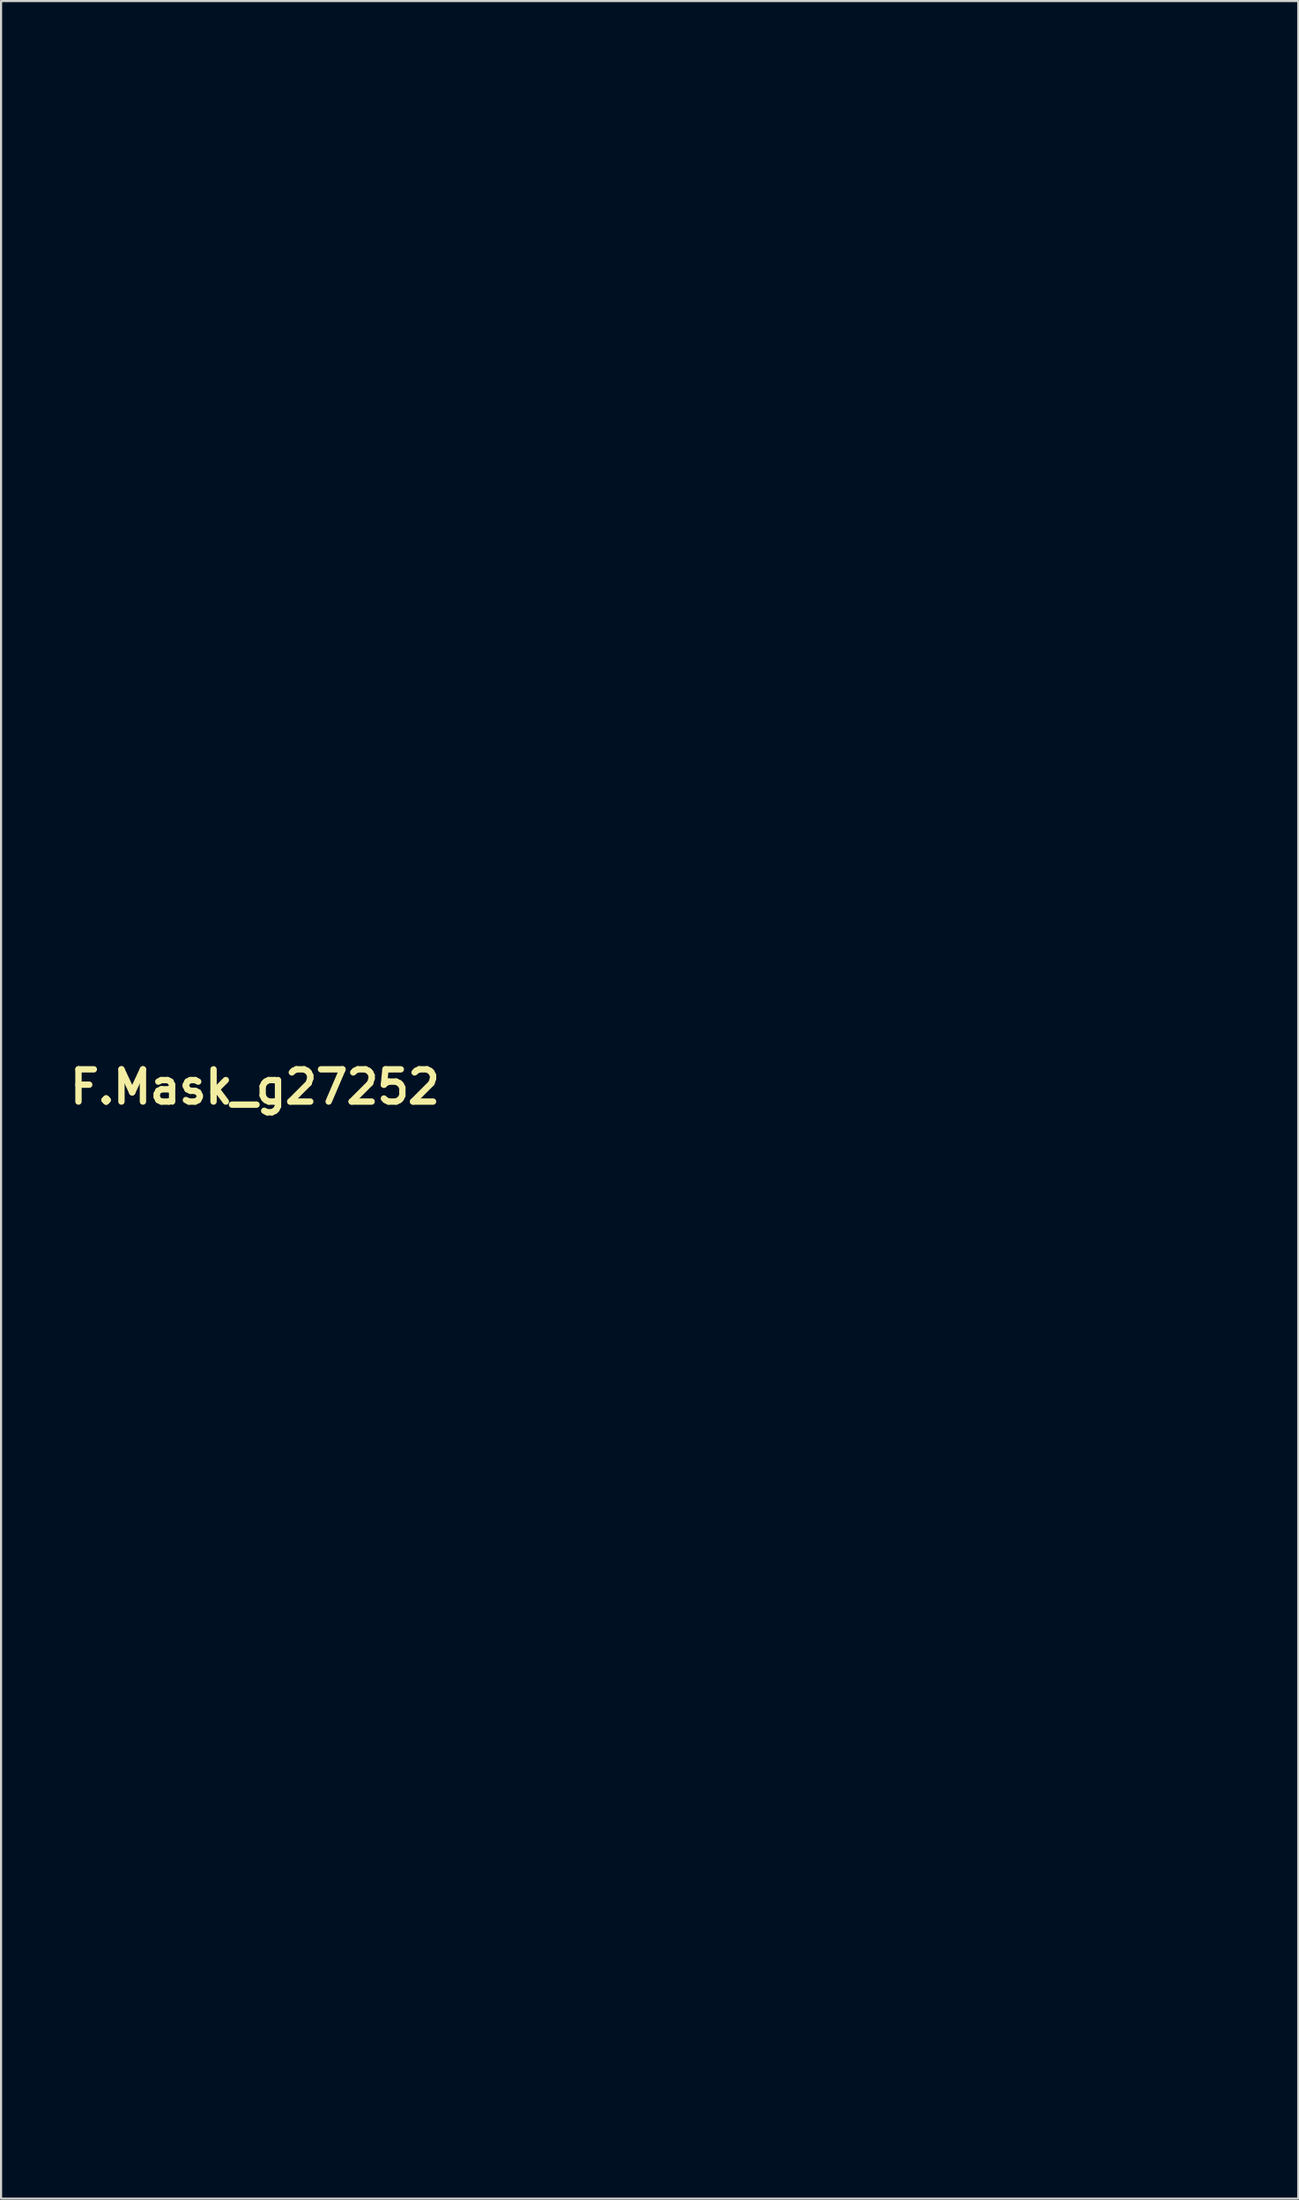
<source format=kicad_pcb>
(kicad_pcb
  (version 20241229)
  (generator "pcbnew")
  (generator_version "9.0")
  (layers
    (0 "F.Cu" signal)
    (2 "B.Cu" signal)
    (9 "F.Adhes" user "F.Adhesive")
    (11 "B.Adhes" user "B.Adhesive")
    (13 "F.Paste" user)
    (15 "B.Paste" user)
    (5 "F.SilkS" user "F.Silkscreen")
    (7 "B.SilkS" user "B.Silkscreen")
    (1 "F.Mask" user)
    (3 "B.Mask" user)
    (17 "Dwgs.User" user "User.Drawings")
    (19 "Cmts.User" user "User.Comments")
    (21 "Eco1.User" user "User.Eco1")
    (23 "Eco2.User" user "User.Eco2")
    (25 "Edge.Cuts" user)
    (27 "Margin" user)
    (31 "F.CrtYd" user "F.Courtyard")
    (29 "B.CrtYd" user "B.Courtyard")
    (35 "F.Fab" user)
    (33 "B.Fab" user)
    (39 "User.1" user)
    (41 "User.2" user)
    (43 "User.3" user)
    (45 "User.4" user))
  (footprint "F.Mask_g27252"
    (layer "F.Cu")
    (at 9.006 48.335)
    (property "Reference" "F.Mask_g27252" (at 0 0 0) (layer "F.SilkS") (effects (font (size 1.524 1.524) (thickness 0.3))))
    (attr through_hole)
    (fp_poly (pts (xy 23.119 41.796) (xy 23.212 41.799) (xy 23.288 41.803) (xy 23.335 41.81) (xy 23.344 41.813) (xy 23.37 41.847) (xy 23.358 41.889) (xy 23.309 41.936) (xy 23.262 41.965) (xy 23.188 42.014) (xy 23.147 42.061) (xy 23.143 42.073) (xy 23.138 42.114) (xy 23.136 42.187) (xy 23.137 42.278) (xy 23.139 42.342) (xy 23.144 42.454) (xy 23.155 42.533) (xy 23.174 42.586) (xy 23.204 42.623) (xy 23.251 42.65) (xy 23.276 42.662) (xy 23.329 42.691) (xy 23.345 42.724) (xy 23.328 42.774) (xy 23.325 42.779) (xy 23.313 42.795) (xy 23.294 42.806) (xy 23.26 42.814) (xy 23.204 42.818) (xy 23.12 42.82) (xy 23.001 42.82) (xy 22.99 42.82) (xy 22.879 42.819) (xy 22.783 42.817) (xy 22.71 42.813) (xy 22.669 42.808) (xy 22.662 42.806) (xy 22.651 42.769) (xy 22.665 42.721) (xy 22.698 42.678) (xy 22.74 42.653) (xy 22.755 42.651) (xy 22.778 42.634) (xy 22.811 42.594) (xy 22.818 42.582) (xy 22.843 42.515) (xy 22.857 42.416) (xy 22.862 42.295) (xy 22.855 42.163) (xy 22.847 42.096) (xy 22.835 42.035) (xy 22.813 42.001) (xy 22.771 41.979) (xy 22.764 41.976) (xy 22.694 41.94) (xy 22.659 41.898) (xy 22.661 41.856) (xy 22.702 41.82) (xy 22.718 41.812) (xy 22.756 41.805) (xy 22.825 41.8) (xy 22.915 41.797) (xy 23.016 41.796) (xy 23.119 41.796)) (stroke (width 0.01) (type solid)) (fill yes) (layer "F.Mask"))
    (fp_poly (pts (xy 33.266 41.797) (xy 33.374 41.799) (xy 33.466 41.8) (xy 33.536 41.802) (xy 33.573 41.803) (xy 33.577 41.803) (xy 33.587 41.822) (xy 33.588 41.862) (xy 33.572 41.906) (xy 33.532 41.943) (xy 33.486 41.97) (xy 33.427 42.003) (xy 33.385 42.033) (xy 33.373 42.044) (xy 33.365 42.079) (xy 33.361 42.144) (xy 33.362 42.231) (xy 33.365 42.327) (xy 33.372 42.423) (xy 33.381 42.508) (xy 33.391 42.57) (xy 33.402 42.599) (xy 33.44 42.63) (xy 33.495 42.66) (xy 33.5 42.662) (xy 33.553 42.691) (xy 33.568 42.724) (xy 33.551 42.774) (xy 33.548 42.779) (xy 33.537 42.795) (xy 33.517 42.806) (xy 33.483 42.814) (xy 33.428 42.818) (xy 33.344 42.82) (xy 33.225 42.82) (xy 33.213 42.82) (xy 33.102 42.819) (xy 33.006 42.817) (xy 32.934 42.813) (xy 32.892 42.808) (xy 32.886 42.806) (xy 32.871 42.766) (xy 32.892 42.719) (xy 32.945 42.673) (xy 32.946 42.672) (xy 33.01 42.627) (xy 33.05 42.58) (xy 33.073 42.519) (xy 33.082 42.434) (xy 33.084 42.363) (xy 33.082 42.267) (xy 33.078 42.175) (xy 33.071 42.104) (xy 33.071 42.098) (xy 33.058 42.037) (xy 33.034 42.001) (xy 32.986 41.974) (xy 32.975 41.97) (xy 32.915 41.935) (xy 32.893 41.896) (xy 32.893 41.892) (xy 32.899 41.855) (xy 32.92 41.829) (xy 32.962 41.812) (xy 33.031 41.802) (xy 33.131 41.797) (xy 33.266 41.797)) (stroke (width 0.01) (type solid)) (fill yes) (layer "F.Mask"))
    (fp_poly (pts (xy 17.42 -15.416) (xy 17.477 -15.411) (xy 17.516 -15.402) (xy 17.545 -15.387) (xy 17.561 -15.376) (xy 17.631 -15.303) (xy 17.67 -15.208) (xy 17.68 -15.1) (xy 17.674 -15.02) (xy 17.654 -14.949) (xy 17.617 -14.886) (xy 17.562 -14.832) (xy 17.485 -14.784) (xy 17.385 -14.743) (xy 17.258 -14.707) (xy 17.102 -14.676) (xy 16.915 -14.649) (xy 16.695 -14.625) (xy 16.438 -14.603) (xy 16.143 -14.584) (xy 15.97 -14.574) (xy 15.622 -14.555) (xy 15.313 -14.538) (xy 15.042 -14.522) (xy 14.806 -14.509) (xy 14.603 -14.496) (xy 14.431 -14.486) (xy 14.287 -14.477) (xy 14.169 -14.468) (xy 14.075 -14.461) (xy 14.012 -14.456) (xy 13.846 -14.442) (xy 13.715 -14.436) (xy 13.612 -14.437) (xy 13.531 -14.446) (xy 13.465 -14.464) (xy 13.419 -14.483) (xy 13.345 -14.534) (xy 13.302 -14.593) (xy 13.294 -14.653) (xy 13.306 -14.685) (xy 13.354 -14.739) (xy 13.433 -14.79) (xy 13.544 -14.839) (xy 13.687 -14.887) (xy 13.866 -14.934) (xy 14.081 -14.981) (xy 14.333 -15.028) (xy 14.625 -15.075) (xy 14.958 -15.122) (xy 14.965 -15.123) (xy 15.135 -15.147) (xy 15.334 -15.175) (xy 15.553 -15.206) (xy 15.779 -15.239) (xy 16.001 -15.272) (xy 16.207 -15.303) (xy 16.235 -15.308) (xy 16.45 -15.34) (xy 16.629 -15.365) (xy 16.779 -15.385) (xy 16.906 -15.4) (xy 17.015 -15.409) (xy 17.113 -15.415) (xy 17.205 -15.418) (xy 17.223 -15.418) (xy 17.339 -15.418) (xy 17.42 -15.416)) (stroke (width 0.01) (type solid)) (fill yes) (layer "F.Mask"))
    (fp_poly (pts (xy 7.735 26.633) (xy 7.758 26.651) (xy 7.773 26.688) (xy 7.783 26.748) (xy 7.787 26.836) (xy 7.787 26.957) (xy 7.783 27.113) (xy 7.778 27.238) (xy 7.772 27.363) (xy 7.763 27.492) (xy 7.751 27.63) (xy 7.736 27.783) (xy 7.717 27.955) (xy 7.694 28.152) (xy 7.666 28.377) (xy 7.632 28.636) (xy 7.609 28.815) (xy 7.569 29.119) (xy 7.537 29.386) (xy 7.511 29.617) (xy 7.492 29.818) (xy 7.479 29.99) (xy 7.473 30.138) (xy 7.474 30.266) (xy 7.482 30.375) (xy 7.496 30.471) (xy 7.517 30.557) (xy 7.544 30.636) (xy 7.578 30.711) (xy 7.591 30.736) (xy 7.635 30.807) (xy 7.702 30.901) (xy 7.786 31.008) (xy 7.882 31.122) (xy 7.905 31.149) (xy 8.041 31.307) (xy 8.147 31.441) (xy 8.224 31.555) (xy 8.274 31.651) (xy 8.297 31.734) (xy 8.296 31.806) (xy 8.271 31.872) (xy 8.225 31.935) (xy 8.224 31.936) (xy 8.125 32.021) (xy 8.001 32.087) (xy 7.866 32.131) (xy 7.73 32.149) (xy 7.603 32.139) (xy 7.554 32.124) (xy 7.4 32.045) (xy 7.261 31.927) (xy 7.137 31.77) (xy 7.028 31.575) (xy 6.933 31.34) (xy 6.929 31.327) (xy 6.858 31.074) (xy 6.809 30.795) (xy 6.781 30.503) (xy 6.777 30.211) (xy 6.793 29.961) (xy 6.81 29.834) (xy 6.837 29.672) (xy 6.873 29.481) (xy 6.917 29.267) (xy 6.967 29.035) (xy 7.021 28.79) (xy 7.08 28.538) (xy 7.14 28.284) (xy 7.202 28.033) (xy 7.264 27.791) (xy 7.324 27.563) (xy 7.381 27.354) (xy 7.435 27.17) (xy 7.483 27.016) (xy 7.524 26.898) (xy 7.53 26.883) (xy 7.583 26.761) (xy 7.632 26.679) (xy 7.676 26.636) (xy 7.705 26.628) (xy 7.735 26.633)) (stroke (width 0.01) (type solid)) (fill yes) (layer "F.Mask"))
    (fp_poly (pts (xy 32.104 41.813) (xy 32.174 41.816) (xy 32.298 41.823) (xy 32.386 41.829) (xy 32.444 41.836) (xy 32.479 41.845) (xy 32.496 41.858) (xy 32.501 41.868) (xy 32.505 41.918) (xy 32.477 41.959) (xy 32.413 41.995) (xy 32.378 42.009) (xy 32.269 42.048) (xy 32.263 42.302) (xy 32.263 42.404) (xy 32.266 42.492) (xy 32.271 42.556) (xy 32.278 42.587) (xy 32.31 42.608) (xy 32.373 42.617) (xy 32.419 42.618) (xy 32.482 42.615) (xy 32.528 42.605) (xy 32.566 42.58) (xy 32.607 42.533) (xy 32.662 42.458) (xy 32.662 42.457) (xy 32.694 42.424) (xy 32.728 42.424) (xy 32.747 42.431) (xy 32.771 42.445) (xy 32.786 42.466) (xy 32.795 42.503) (xy 32.799 42.566) (xy 32.801 42.642) (xy 32.8 42.731) (xy 32.796 42.805) (xy 32.79 42.853) (xy 32.786 42.862) (xy 32.769 42.878) (xy 32.732 42.887) (xy 32.667 42.892) (xy 32.568 42.894) (xy 32.554 42.894) (xy 32.464 42.894) (xy 32.391 42.893) (xy 32.346 42.891) (xy 32.335 42.89) (xy 32.313 42.887) (xy 32.257 42.884) (xy 32.175 42.879) (xy 32.075 42.875) (xy 32.058 42.874) (xy 31.944 42.867) (xy 31.85 42.858) (xy 31.785 42.848) (xy 31.757 42.838) (xy 31.732 42.796) (xy 31.743 42.751) (xy 31.784 42.715) (xy 31.803 42.708) (xy 31.866 42.678) (xy 31.914 42.645) (xy 31.933 42.625) (xy 31.946 42.602) (xy 31.954 42.568) (xy 31.957 42.516) (xy 31.958 42.437) (xy 31.957 42.324) (xy 31.956 42.311) (xy 31.951 42.02) (xy 31.869 42.009) (xy 31.796 41.993) (xy 31.76 41.965) (xy 31.754 41.92) (xy 31.758 41.902) (xy 31.772 41.865) (xy 31.795 41.838) (xy 31.834 41.821) (xy 31.894 41.812) (xy 31.982 41.81) (xy 32.104 41.813)) (stroke (width 0.01) (type solid)) (fill yes) (layer "F.Mask"))
    (fp_poly (pts (xy 28.485 41.805) (xy 28.604 41.808) (xy 28.705 41.813) (xy 28.779 41.819) (xy 28.819 41.827) (xy 28.824 41.83) (xy 28.849 41.873) (xy 28.838 41.922) (xy 28.794 41.965) (xy 28.788 41.969) (xy 28.729 42.012) (xy 28.689 42.068) (xy 28.667 42.144) (xy 28.658 42.25) (xy 28.658 42.312) (xy 28.661 42.428) (xy 28.669 42.508) (xy 28.686 42.561) (xy 28.715 42.592) (xy 28.759 42.609) (xy 28.806 42.617) (xy 28.888 42.623) (xy 28.949 42.612) (xy 28.992 42.581) (xy 29.019 42.523) (xy 29.034 42.435) (xy 29.04 42.312) (xy 29.041 42.247) (xy 29.041 42.014) (xy 28.965 41.97) (xy 28.913 41.931) (xy 28.896 41.892) (xy 28.897 41.881) (xy 28.902 41.862) (xy 28.915 41.849) (xy 28.943 41.841) (xy 28.995 41.838) (xy 29.076 41.836) (xy 29.157 41.836) (xy 29.264 41.836) (xy 29.337 41.838) (xy 29.381 41.843) (xy 29.404 41.852) (xy 29.414 41.866) (xy 29.417 41.88) (xy 29.405 41.926) (xy 29.353 41.978) (xy 29.349 41.982) (xy 29.273 42.039) (xy 29.273 42.222) (xy 29.267 42.395) (xy 29.249 42.544) (xy 29.219 42.663) (xy 29.179 42.746) (xy 29.176 42.75) (xy 29.111 42.806) (xy 29.015 42.85) (xy 28.9 42.878) (xy 28.775 42.888) (xy 28.651 42.878) (xy 28.649 42.878) (xy 28.525 42.848) (xy 28.436 42.81) (xy 28.373 42.759) (xy 28.338 42.706) (xy 28.32 42.667) (xy 28.308 42.627) (xy 28.302 42.578) (xy 28.3 42.509) (xy 28.302 42.413) (xy 28.304 42.334) (xy 28.307 42.227) (xy 28.309 42.133) (xy 28.308 42.063) (xy 28.306 42.024) (xy 28.305 42.021) (xy 28.281 41.993) (xy 28.236 41.963) (xy 28.234 41.962) (xy 28.188 41.927) (xy 28.173 41.877) (xy 28.173 41.866) (xy 28.173 41.803) (xy 28.485 41.805)) (stroke (width 0.01) (type solid)) (fill yes) (layer "F.Mask"))
    (fp_poly (pts (xy 23.993 41.862) (xy 24.023 41.906) (xy 24.076 41.972) (xy 24.146 42.051) (xy 24.226 42.136) (xy 24.251 42.162) (xy 24.469 42.382) (xy 24.461 42.218) (xy 24.456 42.134) (xy 24.447 42.08) (xy 24.431 42.043) (xy 24.4 42.009) (xy 24.363 41.976) (xy 24.303 41.916) (xy 24.281 41.87) (xy 24.281 41.857) (xy 24.288 41.839) (xy 24.304 41.827) (xy 24.338 41.819) (xy 24.396 41.814) (xy 24.485 41.81) (xy 24.543 41.809) (xy 24.664 41.808) (xy 24.748 41.81) (xy 24.803 41.818) (xy 24.836 41.831) (xy 24.838 41.832) (xy 24.866 41.87) (xy 24.854 41.91) (xy 24.804 41.949) (xy 24.779 41.96) (xy 24.707 41.99) (xy 24.698 42.403) (xy 24.694 42.563) (xy 24.689 42.684) (xy 24.68 42.773) (xy 24.666 42.832) (xy 24.644 42.867) (xy 24.613 42.881) (xy 24.571 42.879) (xy 24.516 42.866) (xy 24.496 42.86) (xy 24.455 42.838) (xy 24.403 42.796) (xy 24.349 42.744) (xy 24.305 42.694) (xy 24.28 42.655) (xy 24.278 42.646) (xy 24.264 42.628) (xy 24.226 42.586) (xy 24.168 42.524) (xy 24.096 42.45) (xy 24.067 42.42) (xy 23.855 42.205) (xy 23.855 42.402) (xy 23.855 42.495) (xy 23.859 42.556) (xy 23.868 42.595) (xy 23.885 42.623) (xy 23.913 42.65) (xy 23.919 42.655) (xy 23.965 42.693) (xy 24.001 42.717) (xy 24.007 42.719) (xy 24.021 42.745) (xy 24.016 42.786) (xy 24.002 42.844) (xy 23.743 42.833) (xy 23.642 42.829) (xy 23.557 42.825) (xy 23.496 42.823) (xy 23.469 42.821) (xy 23.469 42.821) (xy 23.456 42.802) (xy 23.453 42.769) (xy 23.473 42.715) (xy 23.532 42.655) (xy 23.611 42.591) (xy 23.613 42.303) (xy 23.615 42.015) (xy 23.544 41.962) (xy 23.492 41.913) (xy 23.477 41.873) (xy 23.498 41.832) (xy 23.513 41.818) (xy 23.542 41.8) (xy 23.589 41.79) (xy 23.662 41.784) (xy 23.751 41.783) (xy 23.951 41.783) (xy 23.993 41.862)) (stroke (width 0.01) (type solid)) (fill yes) (layer "F.Mask"))
    (fp_poly (pts (xy 18.264 41.503) (xy 18.457 41.533) (xy 18.471 41.536) (xy 18.565 41.555) (xy 18.646 41.567) (xy 18.704 41.572) (xy 18.725 41.57) (xy 18.779 41.566) (xy 18.816 41.596) (xy 18.836 41.651) (xy 18.837 41.725) (xy 18.817 41.812) (xy 18.796 41.863) (xy 18.769 41.926) (xy 18.75 41.98) (xy 18.747 41.994) (xy 18.727 42.048) (xy 18.684 42.073) (xy 18.614 42.075) (xy 18.562 42.068) (xy 18.536 42.049) (xy 18.522 42.006) (xy 18.517 41.98) (xy 18.5 41.907) (xy 18.475 41.839) (xy 18.47 41.83) (xy 18.446 41.793) (xy 18.411 41.771) (xy 18.354 41.758) (xy 18.321 41.754) (xy 18.216 41.751) (xy 18.129 41.771) (xy 18.123 41.773) (xy 18.062 41.803) (xy 18.016 41.84) (xy 17.982 41.892) (xy 17.957 41.966) (xy 17.936 42.069) (xy 17.919 42.196) (xy 17.92 42.264) (xy 17.936 42.345) (xy 17.962 42.422) (xy 17.993 42.48) (xy 18.007 42.496) (xy 18.112 42.573) (xy 18.198 42.62) (xy 18.273 42.64) (xy 18.347 42.636) (xy 18.369 42.631) (xy 18.447 42.592) (xy 18.515 42.527) (xy 18.562 42.448) (xy 18.576 42.39) (xy 18.593 42.33) (xy 18.636 42.299) (xy 18.695 42.291) (xy 18.753 42.304) (xy 18.79 42.344) (xy 18.808 42.416) (xy 18.809 42.523) (xy 18.806 42.56) (xy 18.796 42.643) (xy 18.785 42.713) (xy 18.774 42.756) (xy 18.773 42.76) (xy 18.738 42.787) (xy 18.67 42.812) (xy 18.577 42.833) (xy 18.467 42.85) (xy 18.348 42.862) (xy 18.23 42.868) (xy 18.12 42.867) (xy 18.028 42.857) (xy 17.986 42.848) (xy 17.91 42.816) (xy 17.822 42.766) (xy 17.731 42.703) (xy 17.649 42.638) (xy 17.588 42.578) (xy 17.568 42.551) (xy 17.547 42.505) (xy 17.532 42.444) (xy 17.521 42.358) (xy 17.512 42.239) (xy 17.512 42.238) (xy 17.508 42.118) (xy 17.509 42.031) (xy 17.515 41.979) (xy 17.52 41.969) (xy 17.542 41.928) (xy 17.554 41.889) (xy 17.577 41.838) (xy 17.615 41.781) (xy 17.623 41.772) (xy 17.662 41.726) (xy 17.689 41.69) (xy 17.692 41.685) (xy 17.716 41.662) (xy 17.766 41.626) (xy 17.818 41.593) (xy 17.949 41.532) (xy 18.096 41.502) (xy 18.264 41.503)) (stroke (width 0.01) (type solid)) (fill yes) (layer "F.Mask"))
    (fp_poly (pts (xy 25.479 41.706) (xy 25.485 41.726) (xy 25.504 41.744) (xy 25.554 41.763) (xy 25.624 41.782) (xy 25.703 41.797) (xy 25.78 41.806) (xy 25.838 41.807) (xy 25.902 41.819) (xy 25.939 41.86) (xy 25.948 41.925) (xy 25.926 42.008) (xy 25.92 42.023) (xy 25.891 42.09) (xy 25.86 42.163) (xy 25.857 42.169) (xy 25.829 42.224) (xy 25.795 42.246) (xy 25.773 42.249) (xy 25.702 42.24) (xy 25.665 42.212) (xy 25.654 42.163) (xy 25.645 42.097) (xy 25.631 42.051) (xy 25.591 42.011) (xy 25.525 41.988) (xy 25.444 41.982) (xy 25.362 41.993) (xy 25.289 42.02) (xy 25.24 42.06) (xy 25.224 42.095) (xy 25.206 42.158) (xy 25.19 42.234) (xy 25.174 42.36) (xy 25.182 42.459) (xy 25.218 42.537) (xy 25.283 42.603) (xy 25.316 42.626) (xy 25.415 42.677) (xy 25.5 42.69) (xy 25.573 42.666) (xy 25.6 42.646) (xy 25.638 42.599) (xy 25.642 42.553) (xy 25.641 42.55) (xy 25.625 42.519) (xy 25.593 42.506) (xy 25.538 42.503) (xy 25.46 42.492) (xy 25.415 42.461) (xy 25.406 42.413) (xy 25.41 42.4) (xy 25.421 42.374) (xy 25.441 42.356) (xy 25.476 42.344) (xy 25.534 42.337) (xy 25.622 42.334) (xy 25.72 42.332) (xy 25.834 42.332) (xy 25.911 42.336) (xy 25.956 42.345) (xy 25.972 42.356) (xy 25.984 42.408) (xy 25.975 42.469) (xy 25.954 42.509) (xy 25.938 42.543) (xy 25.919 42.607) (xy 25.902 42.685) (xy 25.901 42.691) (xy 25.877 42.794) (xy 25.85 42.859) (xy 25.817 42.892) (xy 25.772 42.896) (xy 25.74 42.887) (xy 25.655 42.876) (xy 25.62 42.885) (xy 25.563 42.896) (xy 25.48 42.901) (xy 25.385 42.901) (xy 25.293 42.894) (xy 25.219 42.883) (xy 25.199 42.877) (xy 25.132 42.845) (xy 25.05 42.792) (xy 24.969 42.729) (xy 24.903 42.668) (xy 24.875 42.636) (xy 24.845 42.569) (xy 24.83 42.486) (xy 24.83 42.481) (xy 24.827 42.398) (xy 24.822 42.307) (xy 24.82 42.28) (xy 24.832 42.154) (xy 24.88 42.034) (xy 24.955 41.928) (xy 25.053 41.842) (xy 25.167 41.785) (xy 25.29 41.762) (xy 25.299 41.762) (xy 25.373 41.754) (xy 25.419 41.733) (xy 25.421 41.73) (xy 25.456 41.702) (xy 25.479 41.706)) (stroke (width 0.01) (type solid)) (fill yes) (layer "F.Mask"))
    (fp_poly (pts (xy 14.691 41.542) (xy 14.909 41.547) (xy 15.088 41.559) (xy 15.234 41.58) (xy 15.351 41.611) (xy 15.441 41.652) (xy 15.509 41.705) (xy 15.558 41.767) (xy 15.606 41.874) (xy 15.614 41.973) (xy 15.586 42.059) (xy 15.544 42.136) (xy 15.604 42.17) (xy 15.654 42.211) (xy 15.686 42.27) (xy 15.702 42.356) (xy 15.706 42.45) (xy 15.701 42.553) (xy 15.683 42.626) (xy 15.645 42.683) (xy 15.582 42.737) (xy 15.559 42.754) (xy 15.513 42.784) (xy 15.472 42.804) (xy 15.425 42.817) (xy 15.364 42.825) (xy 15.276 42.83) (xy 15.216 42.833) (xy 15.107 42.837) (xy 15.001 42.843) (xy 14.912 42.848) (xy 14.868 42.851) (xy 14.8 42.852) (xy 14.747 42.846) (xy 14.73 42.84) (xy 14.696 42.832) (xy 14.632 42.83) (xy 14.55 42.832) (xy 14.519 42.834) (xy 14.399 42.838) (xy 14.316 42.829) (xy 14.267 42.807) (xy 14.248 42.771) (xy 14.249 42.75) (xy 14.271 42.711) (xy 14.328 42.669) (xy 14.376 42.644) (xy 14.496 42.584) (xy 14.498 42.562) (xy 14.88 42.562) (xy 14.96 42.583) (xy 15.048 42.6) (xy 15.137 42.605) (xy 15.213 42.6) (xy 15.263 42.584) (xy 15.265 42.582) (xy 15.287 42.547) (xy 15.305 42.486) (xy 15.312 42.447) (xy 15.318 42.382) (xy 15.313 42.344) (xy 15.292 42.318) (xy 15.267 42.3) (xy 15.196 42.272) (xy 15.083 42.256) (xy 15.044 42.253) (xy 14.88 42.243) (xy 14.88 42.562) (xy 14.498 42.562) (xy 14.513 42.4) (xy 14.525 42.187) (xy 14.52 42.037) (xy 14.88 42.037) (xy 15.047 42.037) (xy 15.131 42.036) (xy 15.182 42.032) (xy 15.209 42.021) (xy 15.222 42.003) (xy 15.226 41.99) (xy 15.222 41.938) (xy 15.193 41.877) (xy 15.149 41.819) (xy 15.1 41.781) (xy 15.085 41.775) (xy 15.032 41.766) (xy 14.966 41.762) (xy 14.96 41.762) (xy 14.88 41.762) (xy 14.88 42.037) (xy 14.52 42.037) (xy 14.519 42.008) (xy 14.494 41.86) (xy 14.493 41.857) (xy 14.474 41.795) (xy 14.454 41.762) (xy 14.42 41.747) (xy 14.371 41.74) (xy 14.291 41.727) (xy 14.246 41.706) (xy 14.226 41.673) (xy 14.224 41.647) (xy 14.227 41.612) (xy 14.24 41.585) (xy 14.267 41.566) (xy 14.314 41.553) (xy 14.386 41.546) (xy 14.488 41.542) (xy 14.625 41.542) (xy 14.691 41.542)) (stroke (width 0.01) (type solid)) (fill yes) (layer "F.Mask"))
    (fp_poly (pts (xy 25.467 -34.7) (xy 25.754 -34.671) (xy 25.961 -34.638) (xy 26.346 -34.543) (xy 26.711 -34.412) (xy 27.054 -34.246) (xy 27.374 -34.048) (xy 27.667 -33.818) (xy 27.934 -33.56) (xy 28.172 -33.273) (xy 28.378 -32.961) (xy 28.553 -32.624) (xy 28.693 -32.265) (xy 28.794 -31.897) (xy 28.847 -31.616) (xy 28.878 -31.342) (xy 28.889 -31.058) (xy 28.886 -30.85) (xy 28.854 -30.432) (xy 28.788 -30.036) (xy 28.688 -29.664) (xy 28.555 -29.317) (xy 28.388 -28.995) (xy 28.284 -28.831) (xy 28.198 -28.713) (xy 28.121 -28.627) (xy 28.045 -28.567) (xy 27.963 -28.525) (xy 27.888 -28.502) (xy 27.787 -28.484) (xy 27.662 -28.474) (xy 27.531 -28.473) (xy 27.411 -28.48) (xy 27.347 -28.49) (xy 27.066 -28.55) (xy 26.82 -28.601) (xy 26.605 -28.643) (xy 26.416 -28.679) (xy 26.246 -28.707) (xy 26.092 -28.729) (xy 25.947 -28.746) (xy 25.806 -28.759) (xy 25.665 -28.767) (xy 25.517 -28.772) (xy 25.358 -28.774) (xy 25.231 -28.775) (xy 25.059 -28.775) (xy 24.915 -28.774) (xy 24.793 -28.772) (xy 24.683 -28.766) (xy 24.578 -28.758) (xy 24.47 -28.745) (xy 24.352 -28.728) (xy 24.214 -28.705) (xy 24.05 -28.676) (xy 23.876 -28.645) (xy 23.718 -28.617) (xy 23.59 -28.596) (xy 23.479 -28.582) (xy 23.374 -28.574) (xy 23.262 -28.569) (xy 23.132 -28.567) (xy 23.125 -28.567) (xy 22.993 -28.567) (xy 22.896 -28.569) (xy 22.823 -28.573) (xy 22.767 -28.581) (xy 22.719 -28.594) (xy 22.669 -28.612) (xy 22.666 -28.613) (xy 22.515 -28.689) (xy 22.394 -28.784) (xy 22.294 -28.908) (xy 22.288 -28.917) (xy 22.24 -28.996) (xy 22.199 -29.077) (xy 22.162 -29.167) (xy 22.125 -29.274) (xy 22.087 -29.406) (xy 22.044 -29.571) (xy 22.034 -29.612) (xy 21.969 -29.886) (xy 21.917 -30.129) (xy 21.878 -30.349) (xy 21.851 -30.556) (xy 21.834 -30.757) (xy 21.826 -30.96) (xy 21.827 -31.176) (xy 21.829 -31.249) (xy 21.856 -31.635) (xy 21.913 -31.997) (xy 22.003 -32.338) (xy 22.127 -32.661) (xy 22.286 -32.969) (xy 22.482 -33.265) (xy 22.716 -33.553) (xy 22.99 -33.835) (xy 23.194 -34.021) (xy 23.405 -34.195) (xy 23.599 -34.338) (xy 23.785 -34.452) (xy 23.968 -34.54) (xy 24.157 -34.607) (xy 24.358 -34.655) (xy 24.579 -34.688) (xy 24.6 -34.691) (xy 24.874 -34.711) (xy 25.169 -34.713) (xy 25.467 -34.7)) (stroke (width 0.01) (type solid)) (fill yes) (layer "F.Mask"))
    (fp_poly (pts (xy 16.383 41.487) (xy 16.41 41.501) (xy 16.468 41.516) (xy 16.545 41.528) (xy 16.556 41.53) (xy 16.688 41.552) (xy 16.812 41.588) (xy 16.919 41.633) (xy 17 41.683) (xy 17.041 41.728) (xy 17.076 41.821) (xy 17.079 41.926) (xy 17.053 42.025) (xy 17.034 42.06) (xy 16.963 42.139) (xy 16.866 42.213) (xy 16.757 42.275) (xy 16.65 42.313) (xy 16.613 42.32) (xy 16.498 42.335) (xy 16.418 42.346) (xy 16.366 42.356) (xy 16.336 42.367) (xy 16.321 42.381) (xy 16.313 42.399) (xy 16.311 42.407) (xy 16.306 42.464) (xy 16.312 42.522) (xy 16.328 42.566) (xy 16.363 42.601) (xy 16.428 42.635) (xy 16.505 42.679) (xy 16.542 42.724) (xy 16.541 42.775) (xy 16.524 42.808) (xy 16.511 42.825) (xy 16.495 42.838) (xy 16.47 42.847) (xy 16.43 42.852) (xy 16.368 42.855) (xy 16.278 42.856) (xy 16.154 42.857) (xy 16.098 42.856) (xy 15.948 42.855) (xy 15.836 42.852) (xy 15.758 42.848) (xy 15.709 42.84) (xy 15.684 42.83) (xy 15.683 42.828) (xy 15.661 42.777) (xy 15.682 42.725) (xy 15.744 42.674) (xy 15.796 42.646) (xy 15.859 42.612) (xy 15.903 42.581) (xy 15.919 42.561) (xy 15.921 42.529) (xy 15.925 42.466) (xy 15.932 42.384) (xy 15.934 42.355) (xy 15.942 42.232) (xy 15.945 42.106) (xy 15.945 42.037) (xy 16.31 42.037) (xy 16.315 42.101) (xy 16.332 42.135) (xy 16.368 42.145) (xy 16.43 42.137) (xy 16.508 42.12) (xy 16.578 42.1) (xy 16.62 42.073) (xy 16.647 42.032) (xy 16.673 41.97) (xy 16.675 41.922) (xy 16.652 41.867) (xy 16.632 41.835) (xy 16.586 41.78) (xy 16.528 41.748) (xy 16.446 41.734) (xy 16.396 41.732) (xy 16.313 41.73) (xy 16.311 41.936) (xy 16.31 42.037) (xy 15.945 42.037) (xy 15.945 41.987) (xy 15.941 41.885) (xy 15.933 41.81) (xy 15.93 41.793) (xy 15.918 41.763) (xy 15.895 41.747) (xy 15.85 41.741) (xy 15.799 41.741) (xy 15.694 41.733) (xy 15.628 41.709) (xy 15.601 41.67) (xy 15.6 41.659) (xy 15.604 41.622) (xy 15.62 41.594) (xy 15.653 41.574) (xy 15.71 41.558) (xy 15.795 41.546) (xy 15.915 41.536) (xy 15.965 41.532) (xy 16.079 41.522) (xy 16.181 41.511) (xy 16.261 41.5) (xy 16.312 41.489) (xy 16.322 41.485) (xy 16.361 41.472) (xy 16.383 41.487)) (stroke (width 0.01) (type solid)) (fill yes) (layer "F.Mask"))
    (fp_poly (pts (xy 27.839 41.645) (xy 27.849 41.721) (xy 27.857 41.784) (xy 27.86 41.814) (xy 27.847 41.855) (xy 27.803 41.887) (xy 27.739 41.904) (xy 27.697 41.905) (xy 27.65 41.892) (xy 27.613 41.856) (xy 27.59 41.815) (xy 27.554 41.758) (xy 27.516 41.731) (xy 27.478 41.723) (xy 27.433 41.722) (xy 27.415 41.739) (xy 27.411 41.785) (xy 27.411 41.791) (xy 27.42 41.844) (xy 27.452 41.89) (xy 27.51 41.931) (xy 27.6 41.971) (xy 27.721 42.012) (xy 27.826 42.049) (xy 27.896 42.083) (xy 27.927 42.11) (xy 27.954 42.153) (xy 27.992 42.211) (xy 28.008 42.234) (xy 28.05 42.309) (xy 28.089 42.401) (xy 28.117 42.495) (xy 28.132 42.576) (xy 28.132 42.608) (xy 28.118 42.659) (xy 28.092 42.717) (xy 28.06 42.767) (xy 28.03 42.796) (xy 28.022 42.799) (xy 27.996 42.814) (xy 27.958 42.851) (xy 27.946 42.864) (xy 27.875 42.928) (xy 27.773 42.986) (xy 27.636 43.04) (xy 27.489 43.083) (xy 27.367 43.113) (xy 27.27 43.129) (xy 27.181 43.132) (xy 27.084 43.121) (xy 26.965 43.097) (xy 26.953 43.095) (xy 26.83 43.064) (xy 26.736 43.03) (xy 26.658 42.987) (xy 26.581 42.927) (xy 26.55 42.899) (xy 26.469 42.816) (xy 26.421 42.739) (xy 26.396 42.654) (xy 26.391 42.582) (xy 26.408 42.459) (xy 26.46 42.342) (xy 26.54 42.239) (xy 26.641 42.161) (xy 26.738 42.121) (xy 26.836 42.105) (xy 26.932 42.108) (xy 27.015 42.128) (xy 27.078 42.162) (xy 27.111 42.209) (xy 27.114 42.229) (xy 27.098 42.266) (xy 27.046 42.284) (xy 26.958 42.284) (xy 26.913 42.279) (xy 26.846 42.273) (xy 26.811 42.275) (xy 26.798 42.289) (xy 26.797 42.3) (xy 26.788 42.341) (xy 26.766 42.399) (xy 26.759 42.414) (xy 26.736 42.471) (xy 26.735 42.511) (xy 26.748 42.545) (xy 26.769 42.608) (xy 26.776 42.655) (xy 26.794 42.714) (xy 26.823 42.738) (xy 26.872 42.769) (xy 26.929 42.81) (xy 26.937 42.816) (xy 27.003 42.855) (xy 27.086 42.88) (xy 27.198 42.892) (xy 27.273 42.893) (xy 27.386 42.874) (xy 27.491 42.819) (xy 27.578 42.734) (xy 27.622 42.662) (xy 27.654 42.607) (xy 27.685 42.572) (xy 27.698 42.566) (xy 27.725 42.558) (xy 27.728 42.552) (xy 27.719 42.516) (xy 27.696 42.466) (xy 27.668 42.417) (xy 27.642 42.383) (xy 27.631 42.376) (xy 27.6 42.36) (xy 27.56 42.321) (xy 27.525 42.274) (xy 27.511 42.246) (xy 27.486 42.222) (xy 27.433 42.19) (xy 27.361 42.159) (xy 27.354 42.156) (xy 27.234 42.106) (xy 27.148 42.061) (xy 27.09 42.015) (xy 27.052 41.963) (xy 27.041 41.94) (xy 27.012 41.825) (xy 27.023 41.72) (xy 27.073 41.629) (xy 27.139 41.569) (xy 27.168 41.55) (xy 27.2 41.537) (xy 27.242 41.528) (xy 27.302 41.523) (xy 27.389 41.521) (xy 27.509 41.52) (xy 27.515 41.52) (xy 27.823 41.518) (xy 27.839 41.645)) (stroke (width 0.01) (type solid)) (fill yes) (layer "F.Mask"))
    (fp_poly (pts (xy 42.203 38.379) (xy 42.42 38.449) (xy 42.625 38.557) (xy 42.676 38.592) (xy 42.851 38.737) (xy 43.022 38.916) (xy 43.186 39.124) (xy 43.338 39.353) (xy 43.473 39.596) (xy 43.586 39.846) (xy 43.673 40.095) (xy 43.69 40.153) (xy 43.71 40.245) (xy 43.73 40.361) (xy 43.746 40.482) (xy 43.753 40.544) (xy 43.776 40.714) (xy 43.811 40.853) (xy 43.858 40.956) (xy 43.915 41.021) (xy 43.924 41.027) (xy 43.975 41.048) (xy 44.046 41.066) (xy 44.079 41.072) (xy 44.172 41.091) (xy 44.223 41.121) (xy 44.234 41.159) (xy 44.203 41.203) (xy 44.132 41.252) (xy 44.097 41.27) (xy 43.994 41.331) (xy 43.913 41.41) (xy 43.85 41.511) (xy 43.804 41.641) (xy 43.771 41.802) (xy 43.753 41.952) (xy 43.707 42.241) (xy 43.623 42.526) (xy 43.521 42.767) (xy 43.457 42.89) (xy 43.382 43.017) (xy 43.299 43.143) (xy 43.215 43.262) (xy 43.132 43.368) (xy 43.055 43.456) (xy 42.989 43.519) (xy 42.938 43.552) (xy 42.932 43.554) (xy 42.88 43.555) (xy 42.848 43.527) (xy 42.837 43.468) (xy 42.847 43.377) (xy 42.877 43.252) (xy 42.929 43.094) (xy 42.982 42.948) (xy 43.094 42.645) (xy 43.188 42.373) (xy 43.265 42.128) (xy 43.325 41.903) (xy 43.372 41.693) (xy 43.406 41.492) (xy 43.424 41.339) (xy 43.425 41.206) (xy 43.408 41.043) (xy 43.373 40.855) (xy 43.324 40.649) (xy 43.261 40.43) (xy 43.188 40.205) (xy 43.106 39.979) (xy 43.017 39.759) (xy 42.923 39.55) (xy 42.826 39.359) (xy 42.729 39.192) (xy 42.693 39.137) (xy 42.624 39.043) (xy 42.565 38.981) (xy 42.507 38.943) (xy 42.441 38.922) (xy 42.415 38.918) (xy 42.352 38.906) (xy 42.263 38.884) (xy 42.163 38.856) (xy 42.109 38.839) (xy 41.977 38.802) (xy 41.87 38.785) (xy 41.775 38.789) (xy 41.679 38.815) (xy 41.569 38.863) (xy 41.557 38.869) (xy 41.388 38.966) (xy 41.22 39.088) (xy 41.046 39.24) (xy 40.946 39.337) (xy 40.703 39.606) (xy 40.501 39.884) (xy 40.353 40.143) (xy 40.273 40.319) (xy 40.213 40.488) (xy 40.17 40.665) (xy 40.139 40.864) (xy 40.13 40.948) (xy 40.118 41.195) (xy 40.127 41.456) (xy 40.155 41.722) (xy 40.201 41.988) (xy 40.263 42.245) (xy 40.34 42.488) (xy 40.429 42.709) (xy 40.53 42.902) (xy 40.623 43.037) (xy 40.666 43.084) (xy 40.733 43.147) (xy 40.815 43.218) (xy 40.883 43.275) (xy 40.989 43.364) (xy 41.059 43.434) (xy 41.093 43.489) (xy 41.092 43.53) (xy 41.056 43.559) (xy 40.987 43.58) (xy 40.965 43.584) (xy 40.852 43.598) (xy 40.76 43.597) (xy 40.671 43.58) (xy 40.637 43.57) (xy 40.525 43.516) (xy 40.411 43.423) (xy 40.297 43.296) (xy 40.184 43.137) (xy 40.075 42.951) (xy 39.973 42.74) (xy 39.879 42.51) (xy 39.796 42.262) (xy 39.761 42.137) (xy 39.67 41.737) (xy 39.619 41.352) (xy 39.607 40.983) (xy 39.635 40.63) (xy 39.701 40.291) (xy 39.719 40.227) (xy 39.768 40.081) (xy 39.838 39.915) (xy 39.922 39.74) (xy 40.014 39.569) (xy 40.107 39.415) (xy 40.182 39.306) (xy 40.376 39.075) (xy 40.585 38.874) (xy 40.805 38.703) (xy 41.034 38.565) (xy 41.269 38.459) (xy 41.506 38.386) (xy 41.743 38.348) (xy 41.977 38.345) (xy 42.203 38.379)) (stroke (width 0.01) (type solid)) (fill yes) (layer "F.Mask"))
    (fp_poly (pts (xy 31.121 41.815) (xy 31.226 41.816) (xy 31.304 41.819) (xy 31.361 41.825) (xy 31.406 41.834) (xy 31.445 41.847) (xy 31.487 41.865) (xy 31.499 41.871) (xy 31.57 41.908) (xy 31.612 41.943) (xy 31.637 41.987) (xy 31.643 42.003) (xy 31.659 42.089) (xy 31.643 42.167) (xy 31.591 42.245) (xy 31.541 42.297) (xy 31.429 42.378) (xy 31.298 42.424) (xy 31.144 42.439) (xy 31.096 42.442) (xy 31.077 42.457) (xy 31.075 42.499) (xy 31.077 42.519) (xy 31.088 42.577) (xy 31.12 42.613) (xy 31.156 42.634) (xy 31.225 42.678) (xy 31.253 42.724) (xy 31.243 42.775) (xy 31.242 42.778) (xy 31.216 42.806) (xy 31.168 42.819) (xy 31.12 42.822) (xy 30.952 42.826) (xy 30.822 42.828) (xy 30.725 42.827) (xy 30.656 42.824) (xy 30.61 42.816) (xy 30.583 42.805) (xy 30.569 42.789) (xy 30.565 42.768) (xy 30.565 42.755) (xy 30.584 42.713) (xy 30.63 42.676) (xy 30.683 42.646) (xy 30.722 42.62) (xy 30.724 42.619) (xy 30.741 42.586) (xy 30.757 42.521) (xy 30.77 42.434) (xy 30.778 42.336) (xy 30.782 42.236) (xy 30.779 42.145) (xy 30.778 42.132) (xy 30.766 42.005) (xy 30.665 41.994) (xy 30.565 41.982) (xy 30.565 42.092) (xy 30.562 42.16) (xy 30.547 42.206) (xy 30.511 42.249) (xy 30.482 42.276) (xy 30.403 42.344) (xy 30.337 42.387) (xy 30.271 42.412) (xy 30.189 42.427) (xy 30.146 42.431) (xy 29.993 42.445) (xy 29.993 42.524) (xy 29.997 42.575) (xy 30.017 42.607) (xy 30.064 42.634) (xy 30.078 42.64) (xy 30.133 42.67) (xy 30.157 42.701) (xy 30.163 42.739) (xy 30.154 42.787) (xy 30.134 42.811) (xy 30.098 42.817) (xy 30.031 42.822) (xy 29.942 42.825) (xy 29.843 42.826) (xy 29.741 42.826) (xy 29.648 42.825) (xy 29.573 42.821) (xy 29.525 42.817) (xy 29.515 42.814) (xy 29.492 42.781) (xy 29.485 42.744) (xy 29.493 42.708) (xy 29.525 42.678) (xy 29.58 42.651) (xy 29.647 42.614) (xy 29.675 42.579) (xy 29.676 42.572) (xy 29.678 42.536) (xy 29.681 42.468) (xy 29.686 42.38) (xy 29.69 42.319) (xy 29.695 42.195) (xy 29.695 42.122) (xy 29.993 42.122) (xy 29.994 42.203) (xy 30.003 42.249) (xy 30.026 42.267) (xy 30.071 42.262) (xy 30.125 42.248) (xy 30.2 42.214) (xy 30.235 42.164) (xy 30.231 42.1) (xy 30.216 42.067) (xy 30.169 42.008) (xy 30.104 41.979) (xy 30.041 41.974) (xy 30.016 41.977) (xy 30.002 41.991) (xy 29.995 42.027) (xy 29.993 42.093) (xy 29.993 42.122) (xy 29.695 42.122) (xy 29.695 42.106) (xy 29.687 42.048) (xy 29.669 42.014) (xy 29.64 41.998) (xy 29.606 41.994) (xy 29.516 41.987) (xy 29.468 41.968) (xy 31.074 41.968) (xy 31.078 42.121) (xy 31.082 42.274) (xy 31.167 42.261) (xy 31.234 42.241) (xy 31.285 42.209) (xy 31.29 42.204) (xy 31.317 42.158) (xy 31.326 42.125) (xy 31.306 42.066) (xy 31.254 42.016) (xy 31.183 41.984) (xy 31.158 41.979) (xy 31.074 41.968) (xy 29.468 41.968) (xy 29.463 41.966) (xy 29.443 41.929) (xy 29.443 41.923) (xy 29.445 41.887) (xy 29.453 41.86) (xy 29.473 41.841) (xy 29.509 41.828) (xy 29.569 41.82) (xy 29.655 41.816) (xy 29.775 41.815) (xy 29.892 41.815) (xy 30.035 41.815) (xy 30.143 41.816) (xy 30.223 41.82) (xy 30.282 41.825) (xy 30.327 41.834) (xy 30.365 41.846) (xy 30.402 41.862) (xy 30.505 41.91) (xy 30.543 41.862) (xy 30.558 41.846) (xy 30.577 41.834) (xy 30.605 41.825) (xy 30.648 41.82) (xy 30.713 41.817) (xy 30.807 41.815) (xy 30.934 41.815) (xy 30.981 41.815) (xy 31.121 41.815)) (stroke (width 0.01) (type solid)) (fill yes) (layer "F.Mask"))
    (fp_poly (pts (xy 16.026 4.853) (xy 16.061 4.874) (xy 16.095 4.912) (xy 16.13 4.971) (xy 16.167 5.055) (xy 16.209 5.166) (xy 16.256 5.309) (xy 16.31 5.486) (xy 16.371 5.694) (xy 16.457 5.985) (xy 16.542 6.257) (xy 16.63 6.521) (xy 16.725 6.788) (xy 16.831 7.07) (xy 16.952 7.377) (xy 16.964 7.407) (xy 17.152 7.866) (xy 17.336 8.295) (xy 17.523 8.709) (xy 17.719 9.121) (xy 17.803 9.292) (xy 17.916 9.519) (xy 18.014 9.711) (xy 18.101 9.875) (xy 18.179 10.016) (xy 18.252 10.137) (xy 18.322 10.244) (xy 18.393 10.342) (xy 18.467 10.436) (xy 18.548 10.531) (xy 18.595 10.583) (xy 18.662 10.661) (xy 18.753 10.768) (xy 18.863 10.902) (xy 18.991 11.058) (xy 19.132 11.233) (xy 19.284 11.423) (xy 19.444 11.625) (xy 19.609 11.835) (xy 19.776 12.048) (xy 19.896 12.203) (xy 20.153 12.531) (xy 20.386 12.826) (xy 20.599 13.09) (xy 20.793 13.325) (xy 20.97 13.532) (xy 21.131 13.714) (xy 21.278 13.873) (xy 21.412 14.01) (xy 21.535 14.127) (xy 21.65 14.226) (xy 21.728 14.287) (xy 21.842 14.378) (xy 21.976 14.491) (xy 22.129 14.625) (xy 22.295 14.776) (xy 22.474 14.941) (xy 22.661 15.118) (xy 22.854 15.304) (xy 23.051 15.496) (xy 23.247 15.69) (xy 23.441 15.884) (xy 23.63 16.076) (xy 23.81 16.262) (xy 23.978 16.439) (xy 24.133 16.604) (xy 24.27 16.755) (xy 24.388 16.889) (xy 24.482 17.003) (xy 24.551 17.093) (xy 24.589 17.153) (xy 24.608 17.211) (xy 24.608 17.261) (xy 24.584 17.3) (xy 24.529 17.361) (xy 24.445 17.441) (xy 24.335 17.538) (xy 24.202 17.649) (xy 24.05 17.774) (xy 23.882 17.908) (xy 23.7 18.05) (xy 23.508 18.197) (xy 23.309 18.347) (xy 23.106 18.499) (xy 22.902 18.648) (xy 22.7 18.794) (xy 22.503 18.934) (xy 22.314 19.065) (xy 22.137 19.186) (xy 21.974 19.293) (xy 21.828 19.385) (xy 21.703 19.459) (xy 21.657 19.485) (xy 21.585 19.53) (xy 21.488 19.601) (xy 21.368 19.695) (xy 21.23 19.809) (xy 21.078 19.939) (xy 20.917 20.083) (xy 20.892 20.105) (xy 20.694 20.276) (xy 20.481 20.443) (xy 20.249 20.61) (xy 19.992 20.779) (xy 19.707 20.953) (xy 19.389 21.136) (xy 19.198 21.241) (xy 18.852 21.433) (xy 18.518 21.624) (xy 18.2 21.812) (xy 17.899 21.996) (xy 17.62 22.174) (xy 17.364 22.343) (xy 17.135 22.503) (xy 16.936 22.651) (xy 16.768 22.785) (xy 16.635 22.904) (xy 16.601 22.937) (xy 16.536 23.002) (xy 16.48 23.054) (xy 16.441 23.086) (xy 16.428 23.093) (xy 16.401 23.079) (xy 16.36 23.045) (xy 16.345 23.03) (xy 16.296 22.968) (xy 16.236 22.871) (xy 16.168 22.742) (xy 16.093 22.586) (xy 16.014 22.408) (xy 15.938 22.225) (xy 15.821 21.944) (xy 15.712 21.704) (xy 15.612 21.505) (xy 15.521 21.347) (xy 15.437 21.231) (xy 15.42 21.211) (xy 15.354 21.13) (xy 15.291 21.041) (xy 15.243 20.962) (xy 15.241 20.958) (xy 15.162 20.779) (xy 15.084 20.561) (xy 15.007 20.304) (xy 14.933 20.012) (xy 14.86 19.686) (xy 14.791 19.329) (xy 14.724 18.943) (xy 14.661 18.53) (xy 14.602 18.092) (xy 14.547 17.632) (xy 14.497 17.151) (xy 14.451 16.653) (xy 14.437 16.478) (xy 14.406 16.057) (xy 14.379 15.62) (xy 14.354 15.172) (xy 14.334 14.716) (xy 14.317 14.258) (xy 14.304 13.8) (xy 14.294 13.348) (xy 14.288 12.906) (xy 14.286 12.477) (xy 14.288 12.067) (xy 14.294 11.678) (xy 14.304 11.317) (xy 14.318 10.986) (xy 14.336 10.69) (xy 14.351 10.509) (xy 14.388 10.169) (xy 14.437 9.796) (xy 14.497 9.397) (xy 14.567 8.979) (xy 14.646 8.55) (xy 14.732 8.116) (xy 14.823 7.686) (xy 14.919 7.265) (xy 15.018 6.86) (xy 15.113 6.502) (xy 15.17 6.297) (xy 15.221 6.129) (xy 15.265 5.994) (xy 15.307 5.886) (xy 15.346 5.802) (xy 15.385 5.737) (xy 15.425 5.686) (xy 15.509 5.588) (xy 15.585 5.48) (xy 15.66 5.354) (xy 15.739 5.199) (xy 15.761 5.153) (xy 15.818 5.036) (xy 15.862 4.953) (xy 15.898 4.898) (xy 15.93 4.865) (xy 15.961 4.85) (xy 15.989 4.847) (xy 16.026 4.853)) (stroke (width 0.01) (type solid)) (fill yes) (layer "F.Mask"))
    (fp_poly (pts (xy 34.288 41.789) (xy 34.66 41.794) (xy 34.717 41.91) (xy 34.758 42.005) (xy 34.774 42.073) (xy 34.765 42.121) (xy 34.751 42.139) (xy 34.699 42.163) (xy 34.634 42.153) (xy 34.563 42.108) (xy 34.545 42.092) (xy 34.466 42.034) (xy 34.375 42.007) (xy 34.372 42.007) (xy 34.289 42.005) (xy 34.236 42.03) (xy 34.21 42.087) (xy 34.205 42.144) (xy 34.208 42.198) (xy 34.222 42.222) (xy 34.259 42.227) (xy 34.276 42.227) (xy 34.353 42.209) (xy 34.396 42.175) (xy 34.454 42.131) (xy 34.505 42.123) (xy 34.54 42.148) (xy 34.552 42.202) (xy 34.544 42.249) (xy 34.532 42.298) (xy 34.53 42.326) (xy 34.531 42.327) (xy 34.552 42.324) (xy 34.598 42.308) (xy 34.614 42.302) (xy 34.705 42.276) (xy 34.793 42.271) (xy 34.871 42.285) (xy 34.928 42.316) (xy 34.955 42.362) (xy 34.957 42.376) (xy 34.954 42.406) (xy 34.939 42.421) (xy 34.902 42.426) (xy 34.835 42.424) (xy 34.755 42.427) (xy 34.715 42.443) (xy 34.715 42.471) (xy 34.745 42.503) (xy 34.768 42.526) (xy 34.774 42.553) (xy 34.763 42.596) (xy 34.734 42.663) (xy 34.706 42.737) (xy 34.707 42.781) (xy 34.734 42.799) (xy 34.743 42.799) (xy 34.775 42.813) (xy 34.815 42.848) (xy 34.817 42.849) (xy 34.884 42.893) (xy 34.975 42.916) (xy 35.077 42.917) (xy 35.176 42.896) (xy 35.213 42.88) (xy 35.278 42.839) (xy 35.328 42.791) (xy 35.341 42.772) (xy 35.377 42.714) (xy 35.413 42.671) (xy 35.44 42.639) (xy 35.441 42.613) (xy 35.418 42.571) (xy 35.375 42.516) (xy 35.333 42.475) (xy 35.298 42.438) (xy 35.285 42.409) (xy 35.267 42.389) (xy 35.218 42.36) (xy 35.15 42.329) (xy 35.142 42.325) (xy 35.049 42.287) (xy 34.987 42.255) (xy 34.946 42.222) (xy 34.916 42.181) (xy 34.895 42.14) (xy 34.872 42.077) (xy 34.872 42.02) (xy 34.882 41.977) (xy 34.906 41.91) (xy 34.943 41.862) (xy 34.999 41.829) (xy 35.08 41.808) (xy 35.193 41.796) (xy 35.268 41.792) (xy 35.366 41.79) (xy 35.449 41.79) (xy 35.507 41.794) (xy 35.531 41.799) (xy 35.546 41.829) (xy 35.557 41.886) (xy 35.564 41.956) (xy 35.565 42.025) (xy 35.56 42.078) (xy 35.551 42.099) (xy 35.501 42.119) (xy 35.425 42.125) (xy 35.405 42.124) (xy 35.371 42.103) (xy 35.345 42.059) (xy 35.316 42.009) (xy 35.277 41.981) (xy 35.239 41.977) (xy 35.212 41.999) (xy 35.208 42.043) (xy 35.234 42.089) (xy 35.296 42.134) (xy 35.385 42.176) (xy 35.486 42.206) (xy 35.557 42.227) (xy 35.605 42.257) (xy 35.646 42.307) (xy 35.662 42.331) (xy 35.709 42.412) (xy 35.752 42.501) (xy 35.766 42.534) (xy 35.793 42.635) (xy 35.789 42.72) (xy 35.749 42.797) (xy 35.673 42.878) (xy 35.596 42.943) (xy 35.526 42.991) (xy 35.45 43.027) (xy 35.357 43.059) (xy 35.253 43.088) (xy 35.149 43.113) (xy 35.075 43.128) (xy 35.018 43.133) (xy 34.967 43.128) (xy 34.911 43.114) (xy 34.904 43.112) (xy 34.838 43.094) (xy 34.757 43.071) (xy 34.721 43.061) (xy 34.598 43.007) (xy 34.509 42.939) (xy 34.406 42.846) (xy 34.089 42.837) (xy 33.942 42.831) (xy 33.833 42.822) (xy 33.757 42.809) (xy 33.708 42.791) (xy 33.683 42.766) (xy 33.676 42.736) (xy 33.686 42.697) (xy 33.721 42.671) (xy 33.79 42.652) (xy 33.791 42.652) (xy 33.824 42.642) (xy 33.848 42.622) (xy 33.865 42.587) (xy 33.875 42.531) (xy 33.881 42.455) (xy 34.19 42.455) (xy 34.192 42.473) (xy 34.204 42.523) (xy 34.205 42.546) (xy 34.225 42.583) (xy 34.274 42.606) (xy 34.322 42.62) (xy 34.348 42.628) (xy 34.349 42.628) (xy 34.359 42.612) (xy 34.375 42.576) (xy 34.384 42.511) (xy 34.356 42.465) (xy 34.295 42.441) (xy 34.261 42.439) (xy 34.209 42.442) (xy 34.19 42.455) (xy 33.881 42.455) (xy 33.881 42.447) (xy 33.885 42.33) (xy 33.885 42.266) (xy 33.888 42.018) (xy 33.791 41.975) (xy 33.733 41.946) (xy 33.706 41.921) (xy 33.7 41.888) (xy 33.701 41.874) (xy 33.71 41.838) (xy 33.732 41.818) (xy 33.78 41.805) (xy 33.813 41.8) (xy 33.869 41.795) (xy 33.958 41.792) (xy 34.07 41.79) (xy 34.196 41.789) (xy 34.288 41.789)) (stroke (width 0.01) (type solid)) (fill yes) (layer "F.Mask"))
    (fp_poly (pts (xy 25.407 -0.662) (xy 25.72 -0.661) (xy 26.026 -0.66) (xy 26.319 -0.658) (xy 26.596 -0.655) (xy 26.851 -0.652) (xy 27.08 -0.648) (xy 27.277 -0.643) (xy 27.437 -0.638) (xy 27.443 -0.638) (xy 27.552 -0.633) (xy 27.692 -0.627) (xy 27.859 -0.619) (xy 28.049 -0.609) (xy 28.259 -0.599) (xy 28.486 -0.587) (xy 28.725 -0.575) (xy 28.973 -0.562) (xy 29.228 -0.548) (xy 29.485 -0.534) (xy 29.74 -0.521) (xy 29.992 -0.507) (xy 30.235 -0.494) (xy 30.466 -0.481) (xy 30.683 -0.469) (xy 30.881 -0.457) (xy 31.057 -0.447) (xy 31.207 -0.438) (xy 31.329 -0.431) (xy 31.418 -0.425) (xy 31.47 -0.421) (xy 31.485 -0.419) (xy 31.498 -0.401) (xy 31.533 -0.353) (xy 31.588 -0.277) (xy 31.659 -0.179) (xy 31.745 -0.062) (xy 31.842 0.071) (xy 31.948 0.217) (xy 31.975 0.254) (xy 32.18 0.535) (xy 32.361 0.786) (xy 32.522 1.01) (xy 32.665 1.213) (xy 32.792 1.396) (xy 32.907 1.565) (xy 33.012 1.722) (xy 33.11 1.872) (xy 33.202 2.019) (xy 33.269 2.127) (xy 33.387 2.333) (xy 33.483 2.532) (xy 33.56 2.731) (xy 33.618 2.938) (xy 33.661 3.159) (xy 33.688 3.401) (xy 33.702 3.671) (xy 33.705 3.926) (xy 33.687 4.426) (xy 33.634 4.945) (xy 33.548 5.481) (xy 33.43 6.028) (xy 33.279 6.585) (xy 33.099 7.147) (xy 32.888 7.71) (xy 32.649 8.272) (xy 32.503 8.584) (xy 32.323 8.94) (xy 32.13 9.291) (xy 31.921 9.642) (xy 31.693 9.994) (xy 31.445 10.352) (xy 31.173 10.719) (xy 30.876 11.098) (xy 30.552 11.492) (xy 30.197 11.905) (xy 29.887 12.255) (xy 29.707 12.453) (xy 29.507 12.67) (xy 29.288 12.904) (xy 29.053 13.152) (xy 28.807 13.41) (xy 28.551 13.676) (xy 28.289 13.946) (xy 28.025 14.216) (xy 27.76 14.485) (xy 27.5 14.748) (xy 27.245 15.003) (xy 27 15.247) (xy 26.768 15.475) (xy 26.551 15.686) (xy 26.354 15.876) (xy 26.178 16.041) (xy 26.027 16.179) (xy 26.003 16.201) (xy 25.848 16.335) (xy 25.693 16.46) (xy 25.544 16.573) (xy 25.408 16.667) (xy 25.292 16.739) (xy 25.247 16.763) (xy 25.108 16.817) (xy 24.976 16.84) (xy 24.861 16.831) (xy 24.827 16.821) (xy 24.705 16.761) (xy 24.573 16.672) (xy 24.44 16.561) (xy 24.316 16.437) (xy 24.21 16.307) (xy 24.207 16.303) (xy 24.175 16.265) (xy 24.115 16.2) (xy 24.031 16.112) (xy 23.925 16.004) (xy 23.801 15.878) (xy 23.66 15.737) (xy 23.506 15.584) (xy 23.342 15.422) (xy 23.171 15.254) (xy 22.996 15.083) (xy 22.819 14.912) (xy 22.644 14.743) (xy 22.474 14.579) (xy 22.373 14.484) (xy 22.119 14.24) (xy 21.873 13.998) (xy 21.632 13.756) (xy 21.394 13.508) (xy 21.153 13.253) (xy 20.908 12.985) (xy 20.654 12.701) (xy 20.389 12.398) (xy 20.109 12.071) (xy 19.81 11.718) (xy 19.49 11.335) (xy 19.481 11.324) (xy 19.306 11.113) (xy 19.155 10.93) (xy 19.026 10.773) (xy 18.916 10.638) (xy 18.822 10.521) (xy 18.742 10.42) (xy 18.673 10.33) (xy 18.611 10.248) (xy 18.556 10.171) (xy 18.503 10.095) (xy 18.449 10.016) (xy 18.425 9.98) (xy 18.177 9.586) (xy 17.937 9.163) (xy 17.707 8.718) (xy 17.488 8.254) (xy 17.284 7.779) (xy 17.096 7.296) (xy 16.925 6.812) (xy 16.775 6.332) (xy 16.647 5.862) (xy 16.543 5.406) (xy 16.466 4.971) (xy 16.424 4.648) (xy 16.406 4.329) (xy 16.419 4.039) (xy 16.462 3.774) (xy 16.486 3.683) (xy 16.592 3.368) (xy 16.73 3.033) (xy 16.897 2.684) (xy 17.09 2.326) (xy 17.306 1.963) (xy 17.543 1.6) (xy 17.798 1.242) (xy 17.996 0.984) (xy 18.05 0.918) (xy 18.128 0.826) (xy 18.224 0.713) (xy 18.336 0.585) (xy 18.458 0.446) (xy 18.585 0.301) (xy 18.693 0.179) (xy 19.222 -0.414) (xy 20.877 -0.515) (xy 21.155 -0.532) (xy 21.434 -0.549) (xy 21.708 -0.565) (xy 21.973 -0.58) (xy 22.224 -0.594) (xy 22.457 -0.607) (xy 22.666 -0.618) (xy 22.846 -0.627) (xy 22.994 -0.635) (xy 23.093 -0.639) (xy 23.246 -0.644) (xy 23.437 -0.649) (xy 23.661 -0.652) (xy 23.912 -0.656) (xy 24.185 -0.658) (xy 24.477 -0.66) (xy 24.781 -0.661) (xy 25.092 -0.662) (xy 25.407 -0.662)) (stroke (width 0.01) (type solid)) (fill yes) (layer "F.Mask"))
    (fp_poly (pts (xy 19.584 41.788) (xy 19.603 41.813) (xy 19.626 41.859) (xy 19.656 41.933) (xy 19.696 42.04) (xy 19.706 42.069) (xy 19.739 42.153) (xy 19.772 42.235) (xy 19.792 42.28) (xy 19.821 42.348) (xy 19.856 42.433) (xy 19.878 42.492) (xy 19.913 42.569) (xy 19.952 42.638) (xy 19.98 42.674) (xy 20.034 42.728) (xy 20.063 42.708) (xy 20.857 42.708) (xy 20.875 42.714) (xy 20.906 42.695) (xy 20.939 42.653) (xy 20.942 42.648) (xy 20.968 42.582) (xy 20.986 42.489) (xy 20.99 42.442) (xy 20.999 42.302) (xy 20.936 42.467) (xy 20.904 42.549) (xy 20.878 42.62) (xy 20.862 42.667) (xy 20.859 42.674) (xy 20.857 42.708) (xy 20.063 42.708) (xy 20.119 42.667) (xy 20.172 42.626) (xy 20.209 42.586) (xy 20.233 42.539) (xy 20.247 42.477) (xy 20.254 42.39) (xy 20.254 42.385) (xy 20.469 42.385) (xy 20.472 42.457) (xy 20.483 42.544) (xy 20.504 42.603) (xy 20.531 42.64) (xy 20.566 42.674) (xy 20.586 42.687) (xy 20.587 42.687) (xy 20.586 42.665) (xy 20.577 42.616) (xy 20.57 42.587) (xy 20.552 42.525) (xy 20.535 42.481) (xy 20.529 42.472) (xy 20.514 42.436) (xy 20.511 42.404) (xy 20.501 42.36) (xy 20.487 42.342) (xy 20.474 42.347) (xy 20.469 42.385) (xy 20.254 42.385) (xy 20.256 42.271) (xy 20.256 42.247) (xy 20.256 41.982) (xy 20.167 41.962) (xy 20.098 41.937) (xy 20.071 41.901) (xy 20.083 41.853) (xy 20.086 41.846) (xy 20.104 41.832) (xy 20.141 41.823) (xy 20.202 41.817) (xy 20.296 41.815) (xy 20.352 41.815) (xy 20.458 41.815) (xy 20.529 41.818) (xy 20.575 41.823) (xy 20.604 41.834) (xy 20.625 41.851) (xy 20.638 41.868) (xy 20.668 41.924) (xy 20.689 41.995) (xy 20.69 42.005) (xy 20.705 42.098) (xy 20.719 42.16) (xy 20.734 42.202) (xy 20.754 42.235) (xy 20.761 42.244) (xy 20.778 42.265) (xy 20.792 42.27) (xy 20.806 42.253) (xy 20.823 42.208) (xy 20.849 42.13) (xy 20.856 42.107) (xy 20.892 41.993) (xy 20.919 41.914) (xy 20.947 41.862) (xy 20.981 41.833) (xy 21.029 41.82) (xy 21.1 41.818) (xy 21.199 41.822) (xy 21.221 41.822) (xy 21.319 41.827) (xy 21.401 41.834) (xy 21.458 41.842) (xy 21.481 41.85) (xy 21.481 41.85) (xy 21.5 41.855) (xy 21.521 41.842) (xy 21.547 41.832) (xy 21.599 41.824) (xy 21.68 41.819) (xy 21.796 41.816) (xy 21.948 41.815) (xy 22.089 41.815) (xy 22.195 41.817) (xy 22.274 41.82) (xy 22.334 41.826) (xy 22.381 41.836) (xy 22.425 41.85) (xy 22.46 41.864) (xy 22.547 41.908) (xy 22.599 41.961) (xy 22.623 42.033) (xy 22.627 42.1) (xy 22.611 42.182) (xy 22.56 42.261) (xy 22.472 42.34) (xy 22.443 42.361) (xy 22.378 42.396) (xy 22.301 42.419) (xy 22.209 42.431) (xy 22.056 42.445) (xy 22.056 42.522) (xy 22.061 42.574) (xy 22.084 42.608) (xy 22.135 42.64) (xy 22.192 42.684) (xy 22.223 42.735) (xy 22.222 42.783) (xy 22.209 42.802) (xy 22.181 42.81) (xy 22.12 42.817) (xy 22.035 42.822) (xy 21.937 42.826) (xy 21.834 42.827) (xy 21.736 42.826) (xy 21.653 42.824) (xy 21.594 42.818) (xy 21.568 42.811) (xy 21.552 42.775) (xy 21.548 42.741) (xy 21.558 42.705) (xy 21.594 42.674) (xy 21.64 42.652) (xy 21.732 42.613) (xy 21.747 42.378) (xy 21.752 42.275) (xy 21.753 42.18) (xy 21.752 42.122) (xy 22.056 42.122) (xy 22.057 42.203) (xy 22.065 42.249) (xy 22.088 42.267) (xy 22.133 42.262) (xy 22.188 42.248) (xy 22.262 42.214) (xy 22.297 42.164) (xy 22.293 42.1) (xy 22.278 42.067) (xy 22.232 42.008) (xy 22.167 41.979) (xy 22.103 41.974) (xy 22.078 41.977) (xy 22.064 41.991) (xy 22.058 42.027) (xy 22.056 42.093) (xy 22.056 42.122) (xy 21.752 42.122) (xy 21.751 42.106) (xy 21.748 42.072) (xy 21.737 42.029) (xy 21.718 42.006) (xy 21.677 41.995) (xy 21.626 41.989) (xy 21.563 41.979) (xy 21.52 41.965) (xy 21.51 41.956) (xy 21.49 41.952) (xy 21.448 41.967) (xy 21.397 41.994) (xy 21.349 42.028) (xy 21.32 42.055) (xy 21.307 42.092) (xy 21.298 42.167) (xy 21.294 42.282) (xy 21.294 42.35) (xy 21.294 42.613) (xy 21.375 42.69) (xy 21.425 42.747) (xy 21.447 42.792) (xy 21.447 42.804) (xy 21.439 42.821) (xy 21.417 42.832) (xy 21.376 42.838) (xy 21.306 42.841) (xy 21.21 42.841) (xy 21.108 42.843) (xy 21.016 42.846) (xy 20.944 42.851) (xy 20.914 42.855) (xy 20.866 42.86) (xy 20.843 42.844) (xy 20.835 42.822) (xy 20.823 42.776) (xy 20.792 42.819) (xy 20.746 42.857) (xy 20.695 42.855) (xy 20.652 42.82) (xy 20.627 42.791) (xy 20.607 42.797) (xy 20.596 42.809) (xy 20.575 42.824) (xy 20.535 42.833) (xy 20.471 42.839) (xy 20.375 42.841) (xy 20.322 42.841) (xy 20.209 42.839) (xy 20.122 42.834) (xy 20.067 42.825) (xy 20.051 42.818) (xy 20.026 42.807) (xy 20.014 42.818) (xy 19.987 42.83) (xy 19.929 42.837) (xy 19.853 42.841) (xy 19.77 42.84) (xy 19.691 42.836) (xy 19.629 42.828) (xy 19.599 42.819) (xy 19.564 42.782) (xy 19.564 42.734) (xy 19.598 42.689) (xy 19.602 42.686) (xy 19.634 42.647) (xy 19.639 42.616) (xy 19.614 42.587) (xy 19.558 42.566) (xy 19.484 42.553) (xy 19.403 42.549) (xy 19.325 42.555) (xy 19.263 42.57) (xy 19.228 42.595) (xy 19.226 42.6) (xy 19.233 42.635) (xy 19.266 42.678) (xy 19.27 42.682) (xy 19.31 42.722) (xy 19.323 42.75) (xy 19.313 42.782) (xy 19.303 42.8) (xy 19.285 42.823) (xy 19.252 42.835) (xy 19.194 42.841) (xy 19.137 42.841) (xy 19.019 42.839) (xy 18.939 42.831) (xy 18.889 42.815) (xy 18.865 42.79) (xy 18.86 42.764) (xy 18.871 42.72) (xy 18.891 42.701) (xy 18.919 42.679) (xy 18.923 42.668) (xy 18.935 42.64) (xy 18.965 42.594) (xy 18.976 42.579) (xy 19.009 42.532) (xy 19.027 42.501) (xy 19.029 42.496) (xy 19.038 42.469) (xy 19.063 42.409) (xy 19.102 42.321) (xy 19.112 42.299) (xy 19.372 42.299) (xy 19.386 42.331) (xy 19.391 42.335) (xy 19.433 42.352) (xy 19.47 42.352) (xy 19.488 42.338) (xy 19.486 42.328) (xy 19.468 42.285) (xy 19.461 42.266) (xy 19.434 42.229) (xy 19.419 42.219) (xy 19.392 42.226) (xy 19.376 42.258) (xy 19.372 42.299) (xy 19.112 42.299) (xy 19.152 42.211) (xy 19.211 42.087) (xy 19.255 42.001) (xy 19.298 41.941) (xy 19.35 41.893) (xy 19.394 41.861) (xy 19.459 41.821) (xy 19.515 41.791) (xy 19.545 41.78) (xy 19.566 41.779) (xy 19.584 41.788)) (stroke (width 0.01) (type solid)) (fill yes) (layer "F.Mask"))
    (fp_poly (pts (xy 34.216 4.086) (xy 34.309 4.141) (xy 34.408 4.229) (xy 34.511 4.349) (xy 34.615 4.5) (xy 34.719 4.681) (xy 34.822 4.89) (xy 34.841 4.934) (xy 34.909 5.097) (xy 34.983 5.296) (xy 35.062 5.524) (xy 35.144 5.776) (xy 35.227 6.044) (xy 35.31 6.322) (xy 35.39 6.606) (xy 35.465 6.888) (xy 35.533 7.162) (xy 35.557 7.26) (xy 35.671 7.774) (xy 35.774 8.289) (xy 35.866 8.81) (xy 35.948 9.343) (xy 36.02 9.893) (xy 36.084 10.467) (xy 36.14 11.07) (xy 36.189 11.708) (xy 36.199 11.853) (xy 36.207 12.002) (xy 36.214 12.188) (xy 36.219 12.404) (xy 36.223 12.647) (xy 36.226 12.909) (xy 36.228 13.186) (xy 36.228 13.472) (xy 36.227 13.761) (xy 36.225 14.049) (xy 36.222 14.328) (xy 36.218 14.595) (xy 36.212 14.843) (xy 36.206 15.066) (xy 36.198 15.26) (xy 36.189 15.418) (xy 36.189 15.427) (xy 36.146 15.99) (xy 36.098 16.52) (xy 36.044 17.025) (xy 35.983 17.513) (xy 35.913 17.993) (xy 35.834 18.474) (xy 35.813 18.595) (xy 35.734 19.01) (xy 35.649 19.418) (xy 35.558 19.817) (xy 35.462 20.202) (xy 35.362 20.571) (xy 35.258 20.921) (xy 35.152 21.249) (xy 35.046 21.551) (xy 34.939 21.825) (xy 34.832 22.068) (xy 34.728 22.276) (xy 34.626 22.446) (xy 34.579 22.513) (xy 34.503 22.618) (xy 34.428 22.729) (xy 34.353 22.851) (xy 34.273 22.989) (xy 34.186 23.149) (xy 34.09 23.335) (xy 33.98 23.553) (xy 33.939 23.636) (xy 33.849 23.817) (xy 33.774 23.965) (xy 33.712 24.084) (xy 33.66 24.178) (xy 33.616 24.251) (xy 33.578 24.308) (xy 33.542 24.353) (xy 33.526 24.371) (xy 33.401 24.482) (xy 33.249 24.569) (xy 33.065 24.632) (xy 33.006 24.646) (xy 32.876 24.67) (xy 32.704 24.692) (xy 32.491 24.714) (xy 32.239 24.734) (xy 31.947 24.752) (xy 31.617 24.77) (xy 31.249 24.786) (xy 30.844 24.8) (xy 30.403 24.813) (xy 29.926 24.825) (xy 29.415 24.835) (xy 28.87 24.844) (xy 28.292 24.852) (xy 27.682 24.858) (xy 27.04 24.862) (xy 26.368 24.865) (xy 25.665 24.866) (xy 24.933 24.866) (xy 24.723 24.866) (xy 24.398 24.865) (xy 24.078 24.864) (xy 23.767 24.864) (xy 23.468 24.863) (xy 23.184 24.862) (xy 22.919 24.861) (xy 22.675 24.86) (xy 22.457 24.86) (xy 22.268 24.859) (xy 22.111 24.858) (xy 21.989 24.857) (xy 21.905 24.856) (xy 21.897 24.856) (xy 21.715 24.854) (xy 21.508 24.85) (xy 21.282 24.846) (xy 21.043 24.84) (xy 20.796 24.834) (xy 20.548 24.828) (xy 20.304 24.821) (xy 20.07 24.814) (xy 19.851 24.807) (xy 19.654 24.801) (xy 19.484 24.794) (xy 19.347 24.788) (xy 19.283 24.785) (xy 19.102 24.774) (xy 18.902 24.759) (xy 18.692 24.743) (xy 18.48 24.724) (xy 18.275 24.705) (xy 18.085 24.685) (xy 17.918 24.666) (xy 17.783 24.649) (xy 17.759 24.646) (xy 17.515 24.603) (xy 17.309 24.552) (xy 17.137 24.491) (xy 16.996 24.418) (xy 16.883 24.331) (xy 16.792 24.229) (xy 16.73 24.126) (xy 16.649 23.943) (xy 16.603 23.779) (xy 16.593 23.628) (xy 16.62 23.485) (xy 16.682 23.344) (xy 16.783 23.2) (xy 16.822 23.154) (xy 16.932 23.034) (xy 17.062 22.905) (xy 17.207 22.77) (xy 17.361 22.633) (xy 17.521 22.497) (xy 17.683 22.367) (xy 17.84 22.245) (xy 17.989 22.136) (xy 18.126 22.042) (xy 18.246 21.968) (xy 18.344 21.918) (xy 18.404 21.896) (xy 18.476 21.871) (xy 18.58 21.824) (xy 18.715 21.756) (xy 18.877 21.667) (xy 19.064 21.561) (xy 19.275 21.437) (xy 19.506 21.298) (xy 19.755 21.145) (xy 20.02 20.98) (xy 20.298 20.803) (xy 20.588 20.616) (xy 20.867 20.433) (xy 21.094 20.283) (xy 21.288 20.152) (xy 21.452 20.039) (xy 21.591 19.94) (xy 21.708 19.854) (xy 21.806 19.778) (xy 21.889 19.709) (xy 21.959 19.645) (xy 21.96 19.643) (xy 22.086 19.53) (xy 22.243 19.396) (xy 22.428 19.246) (xy 22.637 19.082) (xy 22.867 18.907) (xy 23.113 18.725) (xy 23.372 18.537) (xy 23.639 18.347) (xy 23.91 18.158) (xy 24.183 17.973) (xy 24.278 17.909) (xy 24.481 17.776) (xy 24.653 17.667) (xy 24.793 17.583) (xy 24.905 17.521) (xy 24.99 17.482) (xy 25.049 17.464) (xy 25.065 17.462) (xy 25.128 17.476) (xy 25.221 17.516) (xy 25.343 17.58) (xy 25.493 17.669) (xy 25.668 17.78) (xy 25.866 17.913) (xy 26.086 18.067) (xy 26.326 18.24) (xy 26.562 18.415) (xy 26.834 18.616) (xy 27.075 18.792) (xy 27.289 18.943) (xy 27.477 19.072) (xy 27.641 19.178) (xy 27.784 19.264) (xy 27.908 19.331) (xy 28.015 19.381) (xy 28.108 19.415) (xy 28.174 19.431) (xy 28.294 19.468) (xy 28.379 19.529) (xy 28.433 19.615) (xy 28.447 19.656) (xy 28.467 19.715) (xy 28.5 19.771) (xy 28.553 19.834) (xy 28.614 19.896) (xy 28.746 20.016) (xy 28.914 20.153) (xy 29.116 20.305) (xy 29.35 20.472) (xy 29.615 20.652) (xy 29.907 20.842) (xy 30.225 21.043) (xy 30.567 21.253) (xy 30.931 21.47) (xy 31.314 21.693) (xy 31.496 21.797) (xy 31.849 22) (xy 32.164 22.189) (xy 32.443 22.363) (xy 32.687 22.523) (xy 32.897 22.671) (xy 33.074 22.807) (xy 33.221 22.933) (xy 33.339 23.049) (xy 33.385 23.102) (xy 33.484 23.21) (xy 33.574 23.286) (xy 33.651 23.329) (xy 33.715 23.338) (xy 33.761 23.311) (xy 33.768 23.301) (xy 33.775 23.251) (xy 33.75 23.181) (xy 33.696 23.095) (xy 33.615 22.995) (xy 33.512 22.886) (xy 33.388 22.772) (xy 33.247 22.654) (xy 33.168 22.594) (xy 33.006 22.475) (xy 32.838 22.358) (xy 32.662 22.241) (xy 32.471 22.12) (xy 32.262 21.992) (xy 32.03 21.855) (xy 31.77 21.706) (xy 31.477 21.541) (xy 31.41 21.504) (xy 31.072 21.315) (xy 30.767 21.141) (xy 30.493 20.98) (xy 30.246 20.83) (xy 30.02 20.687) (xy 29.814 20.55) (xy 29.621 20.415) (xy 29.439 20.28) (xy 29.264 20.143) (xy 29.091 20) (xy 29.047 19.963) (xy 28.897 19.84) (xy 28.717 19.698) (xy 28.514 19.544) (xy 28.294 19.381) (xy 28.063 19.214) (xy 27.827 19.048) (xy 27.675 18.944) (xy 27.31 18.691) (xy 26.98 18.456) (xy 26.685 18.237) (xy 26.427 18.037) (xy 26.247 17.889) (xy 26.174 17.827) (xy 26.087 17.75) (xy 25.99 17.663) (xy 25.89 17.57) (xy 25.789 17.477) (xy 25.694 17.388) (xy 25.609 17.307) (xy 25.54 17.24) (xy 25.49 17.189) (xy 25.466 17.161) (xy 25.464 17.158) (xy 25.478 17.14) (xy 25.521 17.095) (xy 25.589 17.024) (xy 25.682 16.929) (xy 25.796 16.812) (xy 25.93 16.675) (xy 26.082 16.52) (xy 26.25 16.35) (xy 26.432 16.166) (xy 26.626 15.97) (xy 26.83 15.765) (xy 26.972 15.623) (xy 27.41 15.181) (xy 27.819 14.767) (xy 28.201 14.38) (xy 28.556 14.017) (xy 28.886 13.677) (xy 29.193 13.359) (xy 29.478 13.06) (xy 29.742 12.78) (xy 29.986 12.517) (xy 30.213 12.269) (xy 30.423 12.035) (xy 30.619 11.813) (xy 30.8 11.602) (xy 30.97 11.399) (xy 31.128 11.204) (xy 31.277 11.016) (xy 31.419 10.831) (xy 31.553 10.65) (xy 31.683 10.469) (xy 31.799 10.302) (xy 32.069 9.883) (xy 32.33 9.426) (xy 32.581 8.935) (xy 32.818 8.414) (xy 33.042 7.867) (xy 33.249 7.297) (xy 33.439 6.709) (xy 33.504 6.488) (xy 33.598 6.151) (xy 33.675 5.846) (xy 33.738 5.566) (xy 33.787 5.304) (xy 33.825 5.051) (xy 33.851 4.803) (xy 33.865 4.622) (xy 33.875 4.482) (xy 33.888 4.375) (xy 33.903 4.296) (xy 33.922 4.235) (xy 33.926 4.227) (xy 33.982 4.135) (xy 34.05 4.082) (xy 34.129 4.066) (xy 34.216 4.086)) (stroke (width 0.01) (type solid)) (fill yes) (layer "F.Mask"))
    (fp_poly (pts (xy 33.247 -15.422) (xy 33.408 -15.41) (xy 33.601 -15.39) (xy 33.828 -15.361) (xy 34.093 -15.325) (xy 34.163 -15.314) (xy 34.773 -15.22) (xy 35.349 -15.118) (xy 35.891 -15.009) (xy 36.398 -14.893) (xy 36.868 -14.77) (xy 37.301 -14.642) (xy 37.696 -14.507) (xy 38.052 -14.367) (xy 38.368 -14.221) (xy 38.606 -14.091) (xy 38.724 -14.017) (xy 38.83 -13.941) (xy 38.936 -13.851) (xy 39.055 -13.738) (xy 39.055 -13.737) (xy 39.128 -13.664) (xy 39.195 -13.593) (xy 39.258 -13.522) (xy 39.317 -13.448) (xy 39.371 -13.371) (xy 39.422 -13.288) (xy 39.469 -13.198) (xy 39.514 -13.098) (xy 39.556 -12.988) (xy 39.595 -12.865) (xy 39.633 -12.727) (xy 39.669 -12.573) (xy 39.704 -12.401) (xy 39.739 -12.209) (xy 39.772 -11.996) (xy 39.806 -11.759) (xy 39.84 -11.496) (xy 39.874 -11.207) (xy 39.91 -10.889) (xy 39.946 -10.54) (xy 39.985 -10.159) (xy 40.025 -9.743) (xy 40.068 -9.292) (xy 40.113 -8.803) (xy 40.161 -8.274) (xy 40.185 -8.012) (xy 40.246 -7.348) (xy 40.304 -6.718) (xy 40.361 -6.123) (xy 40.415 -5.563) (xy 40.467 -5.038) (xy 40.516 -4.549) (xy 40.564 -4.097) (xy 40.608 -3.682) (xy 40.65 -3.304) (xy 40.69 -2.964) (xy 40.727 -2.663) (xy 40.761 -2.401) (xy 40.792 -2.178) (xy 40.821 -1.995) (xy 40.847 -1.853) (xy 40.87 -1.752) (xy 40.89 -1.692) (xy 40.897 -1.679) (xy 40.921 -1.632) (xy 40.947 -1.547) (xy 40.975 -1.426) (xy 41.005 -1.274) (xy 41.035 -1.092) (xy 41.066 -0.886) (xy 41.073 -0.836) (xy 41.09 -0.706) (xy 41.106 -0.568) (xy 41.123 -0.419) (xy 41.14 -0.253) (xy 41.159 -0.066) (xy 41.178 0.146) (xy 41.199 0.388) (xy 41.223 0.665) (xy 41.244 0.91) (xy 41.261 1.125) (xy 41.279 1.339) (xy 41.298 1.555) (xy 41.316 1.775) (xy 41.335 2) (xy 41.355 2.231) (xy 41.376 2.47) (xy 41.397 2.718) (xy 41.42 2.978) (xy 41.443 3.251) (xy 41.469 3.538) (xy 41.495 3.841) (xy 41.524 4.161) (xy 41.554 4.501) (xy 41.586 4.861) (xy 41.62 5.243) (xy 41.656 5.65) (xy 41.695 6.081) (xy 41.736 6.54) (xy 41.78 7.027) (xy 41.827 7.544) (xy 41.876 8.093) (xy 41.929 8.675) (xy 41.984 9.292) (xy 42.043 9.945) (xy 42.106 10.637) (xy 42.172 11.368) (xy 42.217 11.864) (xy 42.264 12.38) (xy 42.311 12.905) (xy 42.359 13.437) (xy 42.407 13.971) (xy 42.456 14.505) (xy 42.503 15.036) (xy 42.551 15.56) (xy 42.597 16.075) (xy 42.642 16.578) (xy 42.686 17.065) (xy 42.728 17.534) (xy 42.769 17.981) (xy 42.807 18.404) (xy 42.842 18.799) (xy 42.875 19.163) (xy 42.904 19.493) (xy 42.93 19.786) (xy 42.947 19.971) (xy 42.997 20.528) (xy 43.043 21.045) (xy 43.085 21.524) (xy 43.125 21.965) (xy 43.161 22.372) (xy 43.195 22.746) (xy 43.225 23.089) (xy 43.253 23.402) (xy 43.279 23.688) (xy 43.302 23.948) (xy 43.324 24.184) (xy 43.343 24.398) (xy 43.361 24.592) (xy 43.377 24.767) (xy 43.391 24.925) (xy 43.404 25.069) (xy 43.417 25.2) (xy 43.428 25.32) (xy 43.438 25.43) (xy 43.448 25.533) (xy 43.458 25.631) (xy 43.467 25.724) (xy 43.476 25.816) (xy 43.485 25.907) (xy 43.488 25.94) (xy 43.538 26.423) (xy 43.587 26.886) (xy 43.635 27.328) (xy 43.683 27.747) (xy 43.729 28.141) (xy 43.774 28.507) (xy 43.818 28.845) (xy 43.86 29.152) (xy 43.9 29.426) (xy 43.937 29.666) (xy 43.973 29.87) (xy 44.005 30.036) (xy 44.034 30.161) (xy 44.04 30.183) (xy 44.081 30.283) (xy 44.138 30.371) (xy 44.145 30.379) (xy 44.203 30.462) (xy 44.22 30.537) (xy 44.196 30.607) (xy 44.13 30.673) (xy 44.034 30.731) (xy 43.946 30.787) (xy 43.866 30.857) (xy 43.808 30.93) (xy 43.79 30.965) (xy 43.774 31.019) (xy 43.756 31.092) (xy 43.75 31.124) (xy 43.702 31.284) (xy 43.623 31.451) (xy 43.518 31.616) (xy 43.394 31.771) (xy 43.258 31.907) (xy 43.117 32.015) (xy 43.032 32.063) (xy 42.885 32.121) (xy 42.753 32.143) (xy 42.629 32.13) (xy 42.576 32.113) (xy 42.453 32.063) (xy 42.366 32.017) (xy 42.31 31.969) (xy 42.28 31.914) (xy 42.27 31.849) (xy 42.27 31.843) (xy 42.274 31.799) (xy 42.289 31.752) (xy 42.318 31.698) (xy 42.364 31.632) (xy 42.43 31.549) (xy 42.52 31.445) (xy 42.635 31.317) (xy 42.655 31.295) (xy 42.742 31.195) (xy 42.811 31.101) (xy 42.865 31.008) (xy 42.906 30.91) (xy 42.934 30.798) (xy 42.952 30.667) (xy 42.963 30.51) (xy 42.967 30.321) (xy 42.968 30.215) (xy 42.968 30.141) (xy 42.967 30.066) (xy 42.966 29.991) (xy 42.965 29.913) (xy 42.962 29.831) (xy 42.959 29.742) (xy 42.954 29.646) (xy 42.949 29.541) (xy 42.942 29.425) (xy 42.934 29.297) (xy 42.924 29.154) (xy 42.913 28.995) (xy 42.9 28.819) (xy 42.884 28.624) (xy 42.867 28.409) (xy 42.848 28.171) (xy 42.826 27.909) (xy 42.802 27.621) (xy 42.775 27.306) (xy 42.746 26.962) (xy 42.714 26.588) (xy 42.679 26.181) (xy 42.641 25.741) (xy 42.599 25.265) (xy 42.555 24.753) (xy 42.507 24.201) (xy 42.455 23.609) (xy 42.449 23.537) (xy 42.358 22.503) (xy 42.271 21.509) (xy 42.188 20.556) (xy 42.108 19.643) (xy 42.031 18.769) (xy 41.957 17.933) (xy 41.887 17.134) (xy 41.819 16.371) (xy 41.755 15.644) (xy 41.693 14.952) (xy 41.634 14.293) (xy 41.578 13.668) (xy 41.525 13.075) (xy 41.474 12.514) (xy 41.426 11.983) (xy 41.38 11.482) (xy 41.337 11.01) (xy 41.295 10.566) (xy 41.256 10.149) (xy 41.219 9.759) (xy 41.184 9.394) (xy 41.152 9.055) (xy 41.12 8.739) (xy 41.091 8.447) (xy 41.064 8.177) (xy 41.038 7.928) (xy 41.013 7.7) (xy 40.991 7.492) (xy 40.969 7.304) (xy 40.949 7.133) (xy 40.93 6.98) (xy 40.912 6.843) (xy 40.896 6.723) (xy 40.88 6.617) (xy 40.866 6.525) (xy 40.852 6.447) (xy 40.839 6.381) (xy 40.826 6.326) (xy 40.815 6.283) (xy 40.809 6.263) (xy 40.788 6.193) (xy 40.768 6.109) (xy 40.747 6.005) (xy 40.727 5.878) (xy 40.704 5.721) (xy 40.68 5.532) (xy 40.652 5.306) (xy 40.652 5.302) (xy 40.612 4.958) (xy 40.569 4.579) (xy 40.525 4.166) (xy 40.478 3.718) (xy 40.429 3.234) (xy 40.377 2.714) (xy 40.323 2.156) (xy 40.266 1.561) (xy 40.206 0.927) (xy 40.144 0.254) (xy 40.079 -0.459) (xy 40.012 -1.212) (xy 39.941 -2.006) (xy 39.878 -2.72) (xy 39.799 -3.611) (xy 39.722 -4.46) (xy 39.648 -5.267) (xy 39.577 -6.032) (xy 39.508 -6.755) (xy 39.441 -7.436) (xy 39.377 -8.075) (xy 39.315 -8.673) (xy 39.256 -9.228) (xy 39.199 -9.742) (xy 39.144 -10.214) (xy 39.092 -10.645) (xy 39.042 -11.034) (xy 38.995 -11.382) (xy 38.95 -11.688) (xy 38.907 -11.953) (xy 38.867 -12.177) (xy 38.829 -12.359) (xy 38.797 -12.488) (xy 38.725 -12.688) (xy 38.62 -12.889) (xy 38.491 -13.078) (xy 38.345 -13.243) (xy 38.271 -13.31) (xy 38.138 -13.414) (xy 37.991 -13.512) (xy 37.828 -13.604) (xy 37.647 -13.691) (xy 37.446 -13.774) (xy 37.223 -13.854) (xy 36.975 -13.931) (xy 36.7 -14.005) (xy 36.396 -14.077) (xy 36.061 -14.148) (xy 35.692 -14.219) (xy 35.289 -14.29) (xy 34.847 -14.362) (xy 34.366 -14.435) (xy 34.288 -14.446) (xy 34.013 -14.487) (xy 33.777 -14.524) (xy 33.575 -14.558) (xy 33.404 -14.591) (xy 33.261 -14.622) (xy 33.142 -14.653) (xy 33.043 -14.685) (xy 32.961 -14.719) (xy 32.891 -14.755) (xy 32.832 -14.795) (xy 32.794 -14.824) (xy 32.725 -14.906) (xy 32.682 -15.006) (xy 32.666 -15.112) (xy 32.679 -15.214) (xy 32.722 -15.302) (xy 32.742 -15.325) (xy 32.787 -15.362) (xy 32.843 -15.39) (xy 32.914 -15.41) (xy 33.003 -15.422) (xy 33.112 -15.426) (xy 33.247 -15.422)) (stroke (width 0.01) (type solid)) (fill yes) (layer "F.Mask"))
    (fp_poly (pts (xy 25.424 -47.462) (xy 26.059 -47.445) (xy 26.691 -47.414) (xy 27.316 -47.371) (xy 27.928 -47.315) (xy 28.524 -47.246) (xy 29.099 -47.163) (xy 29.263 -47.136) (xy 30.017 -46.99) (xy 30.765 -46.805) (xy 31.504 -46.583) (xy 32.23 -46.325) (xy 32.942 -46.032) (xy 33.635 -45.706) (xy 34.306 -45.347) (xy 34.953 -44.958) (xy 35.572 -44.54) (xy 35.81 -44.366) (xy 36.318 -43.964) (xy 36.805 -43.539) (xy 37.265 -43.094) (xy 37.696 -42.634) (xy 38.091 -42.164) (xy 38.254 -41.952) (xy 38.452 -41.683) (xy 38.626 -41.435) (xy 38.78 -41.199) (xy 38.918 -40.967) (xy 39.048 -40.731) (xy 39.172 -40.481) (xy 39.297 -40.209) (xy 39.354 -40.079) (xy 39.502 -39.726) (xy 39.642 -39.369) (xy 39.776 -39.002) (xy 39.904 -38.624) (xy 40.028 -38.23) (xy 40.148 -37.816) (xy 40.266 -37.38) (xy 40.383 -36.917) (xy 40.499 -36.423) (xy 40.616 -35.897) (xy 40.734 -35.332) (xy 40.779 -35.112) (xy 40.833 -34.842) (xy 40.882 -34.592) (xy 40.927 -34.357) (xy 40.968 -34.133) (xy 41.004 -33.919) (xy 41.038 -33.711) (xy 41.068 -33.505) (xy 41.096 -33.299) (xy 41.121 -33.089) (xy 41.143 -32.872) (xy 41.164 -32.644) (xy 41.183 -32.403) (xy 41.201 -32.146) (xy 41.218 -31.869) (xy 41.234 -31.568) (xy 41.25 -31.242) (xy 41.266 -30.886) (xy 41.282 -30.498) (xy 41.299 -30.074) (xy 41.317 -29.61) (xy 41.318 -29.591) (xy 41.345 -28.902) (xy 41.374 -28.2) (xy 41.406 -27.486) (xy 41.439 -26.764) (xy 41.475 -26.034) (xy 41.512 -25.3) (xy 41.551 -24.564) (xy 41.592 -23.827) (xy 41.634 -23.093) (xy 41.677 -22.363) (xy 41.722 -21.64) (xy 41.767 -20.926) (xy 41.813 -20.223) (xy 41.859 -19.533) (xy 41.906 -18.859) (xy 41.954 -18.203) (xy 42.001 -17.567) (xy 42.049 -16.954) (xy 42.096 -16.365) (xy 42.144 -15.803) (xy 42.19 -15.27) (xy 42.237 -14.768) (xy 42.282 -14.3) (xy 42.327 -13.868) (xy 42.37 -13.474) (xy 42.408 -13.158) (xy 42.425 -13.012) (xy 42.439 -12.863) (xy 42.451 -12.724) (xy 42.458 -12.606) (xy 42.46 -12.525) (xy 42.45 -12.286) (xy 42.42 -12.05) (xy 42.373 -11.822) (xy 42.31 -11.609) (xy 42.234 -11.416) (xy 42.146 -11.25) (xy 42.048 -11.116) (xy 42.002 -11.07) (xy 41.926 -11.012) (xy 41.846 -10.97) (xy 41.771 -10.949) (xy 41.714 -10.951) (xy 41.703 -10.957) (xy 41.652 -11) (xy 41.61 -11.062) (xy 41.576 -11.148) (xy 41.55 -11.261) (xy 41.53 -11.406) (xy 41.514 -11.587) (xy 41.509 -11.663) (xy 41.494 -11.878) (xy 41.472 -12.062) (xy 41.443 -12.229) (xy 41.404 -12.39) (xy 41.367 -12.516) (xy 41.254 -12.824) (xy 41.114 -13.114) (xy 40.943 -13.391) (xy 40.737 -13.663) (xy 40.493 -13.935) (xy 40.492 -13.936) (xy 40.207 -14.209) (xy 39.904 -14.456) (xy 39.574 -14.682) (xy 39.213 -14.891) (xy 39.099 -14.95) (xy 38.774 -15.107) (xy 38.45 -15.244) (xy 38.122 -15.364) (xy 37.781 -15.468) (xy 37.421 -15.559) (xy 37.036 -15.638) (xy 36.618 -15.707) (xy 36.477 -15.728) (xy 36.189 -15.771) (xy 35.939 -15.813) (xy 35.722 -15.856) (xy 35.534 -15.9) (xy 35.371 -15.946) (xy 35.349 -15.953) (xy 35.249 -15.988) (xy 35.177 -16.023) (xy 35.12 -16.064) (xy 35.084 -16.098) (xy 35.025 -16.155) (xy 34.966 -16.198) (xy 34.898 -16.234) (xy 34.809 -16.269) (xy 34.703 -16.304) (xy 34.623 -16.328) (xy 34.541 -16.351) (xy 34.453 -16.372) (xy 34.354 -16.393) (xy 34.24 -16.414) (xy 34.104 -16.437) (xy 33.944 -16.463) (xy 33.752 -16.492) (xy 33.526 -16.526) (xy 33.422 -16.541) (xy 32.671 -16.649) (xy 32.665 -19.808) (xy 32.665 -20.17) (xy 32.664 -20.52) (xy 32.663 -20.856) (xy 32.662 -21.176) (xy 32.661 -21.477) (xy 32.66 -21.758) (xy 32.659 -22.015) (xy 32.657 -22.246) (xy 32.656 -22.449) (xy 32.655 -22.622) (xy 32.653 -22.763) (xy 32.652 -22.868) (xy 32.651 -22.936) (xy 32.649 -22.965) (xy 32.649 -22.966) (xy 32.626 -22.969) (xy 32.567 -22.979) (xy 32.478 -22.995) (xy 32.363 -23.015) (xy 32.23 -23.038) (xy 32.094 -23.062) (xy 31.929 -23.09) (xy 31.762 -23.118) (xy 31.601 -23.143) (xy 31.457 -23.165) (xy 31.34 -23.182) (xy 31.284 -23.188) (xy 31.142 -23.203) (xy 30.961 -23.217) (xy 30.746 -23.232) (xy 30.498 -23.247) (xy 30.224 -23.261) (xy 29.925 -23.275) (xy 29.606 -23.288) (xy 29.27 -23.301) (xy 29.02 -23.309) (xy 28.85 -23.314) (xy 28.642 -23.318) (xy 28.4 -23.321) (xy 28.126 -23.325) (xy 27.824 -23.327) (xy 27.499 -23.33) (xy 27.154 -23.332) (xy 26.793 -23.333) (xy 26.419 -23.335) (xy 26.036 -23.335) (xy 25.648 -23.336) (xy 25.258 -23.336) (xy 24.871 -23.335) (xy 24.49 -23.334) (xy 24.119 -23.333) (xy 23.761 -23.331) (xy 23.42 -23.329) (xy 23.1 -23.326) (xy 22.805 -23.323) (xy 22.538 -23.32) (xy 22.303 -23.316) (xy 22.104 -23.312) (xy 21.992 -23.309) (xy 21.69 -23.299) (xy 21.389 -23.288) (xy 21.094 -23.276) (xy 20.81 -23.264) (xy 20.541 -23.251) (xy 20.294 -23.238) (xy 20.072 -23.226) (xy 19.88 -23.214) (xy 19.724 -23.202) (xy 19.664 -23.197) (xy 19.601 -23.19) (xy 19.506 -23.179) (xy 19.386 -23.163) (xy 19.245 -23.145) (xy 19.09 -23.124) (xy 18.925 -23.101) (xy 18.757 -23.078) (xy 18.591 -23.054) (xy 18.433 -23.032) (xy 18.289 -23.011) (xy 18.164 -22.992) (xy 18.064 -22.977) (xy 17.994 -22.965) (xy 17.96 -22.959) (xy 17.96 -22.958) (xy 17.956 -22.936) (xy 17.952 -22.873) (xy 17.947 -22.768) (xy 17.942 -22.623) (xy 17.936 -22.439) (xy 17.929 -22.216) (xy 17.922 -21.955) (xy 17.914 -21.656) (xy 17.906 -21.321) (xy 17.897 -20.95) (xy 17.888 -20.543) (xy 17.878 -20.102) (xy 17.872 -19.846) (xy 17.864 -19.487) (xy 17.857 -19.139) (xy 17.85 -18.806) (xy 17.842 -18.489) (xy 17.836 -18.19) (xy 17.829 -17.913) (xy 17.823 -17.659) (xy 17.818 -17.431) (xy 17.813 -17.231) (xy 17.808 -17.061) (xy 17.805 -16.924) (xy 17.802 -16.822) (xy 17.8 -16.758) (xy 17.798 -16.733) (xy 17.798 -16.733) (xy 17.776 -16.727) (xy 17.718 -16.715) (xy 17.627 -16.696) (xy 17.509 -16.672) (xy 17.368 -16.645) (xy 17.21 -16.614) (xy 17.06 -16.585) (xy 16.714 -16.516) (xy 16.408 -16.452) (xy 16.141 -16.392) (xy 15.911 -16.336) (xy 15.718 -16.283) (xy 15.558 -16.233) (xy 15.432 -16.185) (xy 15.337 -16.139) (xy 15.29 -16.109) (xy 15.21 -16.063) (xy 15.089 -16.012) (xy 14.93 -15.959) (xy 14.734 -15.901) (xy 14.503 -15.842) (xy 14.238 -15.78) (xy 13.942 -15.716) (xy 13.684 -15.664) (xy 13.35 -15.597) (xy 13.052 -15.534) (xy 12.786 -15.474) (xy 12.548 -15.414) (xy 12.33 -15.354) (xy 12.13 -15.292) (xy 11.941 -15.227) (xy 11.759 -15.157) (xy 11.579 -15.08) (xy 11.395 -14.995) (xy 11.355 -14.975) (xy 10.996 -14.782) (xy 10.672 -14.565) (xy 10.383 -14.323) (xy 10.128 -14.058) (xy 9.908 -13.77) (xy 9.724 -13.459) (xy 9.707 -13.426) (xy 9.684 -13.372) (xy 9.65 -13.287) (xy 9.609 -13.177) (xy 9.563 -13.05) (xy 9.516 -12.915) (xy 9.503 -12.879) (xy 9.412 -12.621) (xy 9.327 -12.404) (xy 9.248 -12.229) (xy 9.175 -12.095) (xy 9.108 -12.001) (xy 9.048 -11.947) (xy 9.03 -11.939) (xy 8.989 -11.918) (xy 8.957 -11.884) (xy 8.93 -11.831) (xy 8.903 -11.749) (xy 8.887 -11.692) (xy 8.874 -11.639) (xy 8.863 -11.583) (xy 8.855 -11.52) (xy 8.848 -11.444) (xy 8.842 -11.348) (xy 8.838 -11.227) (xy 8.833 -11.076) (xy 8.829 -10.89) (xy 8.816 -10.256) (xy 8.482 -10.679) (xy 8.358 -10.836) (xy 8.258 -10.966) (xy 8.179 -11.074) (xy 8.117 -11.164) (xy 8.069 -11.242) (xy 8.032 -11.313) (xy 8.002 -11.382) (xy 7.979 -11.444) (xy 7.948 -11.54) (xy 7.923 -11.637) (xy 7.904 -11.741) (xy 7.889 -11.858) (xy 7.879 -11.993) (xy 7.872 -12.151) (xy 7.868 -12.339) (xy 7.867 -12.562) (xy 7.867 -12.626) (xy 7.867 -12.766) (xy 7.869 -12.907) (xy 7.871 -13.051) (xy 7.875 -13.2) (xy 7.879 -13.356) (xy 7.886 -13.521) (xy 7.893 -13.698) (xy 7.903 -13.887) (xy 7.914 -14.09) (xy 7.927 -14.311) (xy 7.942 -14.55) (xy 7.959 -14.809) (xy 7.979 -15.091) (xy 8.001 -15.398) (xy 8.025 -15.73) (xy 8.052 -16.091) (xy 8.082 -16.483) (xy 8.115 -16.906) (xy 8.15 -17.364) (xy 8.189 -17.857) (xy 8.231 -18.388) (xy 8.277 -18.96) (xy 8.287 -19.082) (xy 8.336 -19.701) (xy 8.381 -20.28) (xy 8.423 -20.823) (xy 8.462 -21.33) (xy 8.498 -21.805) (xy 8.53 -22.251) (xy 8.56 -22.668) (xy 8.563 -22.712) (xy 16.526 -22.712) (xy 16.545 -22.658) (xy 16.586 -22.623) (xy 16.62 -22.609) (xy 16.752 -22.587) (xy 16.883 -22.595) (xy 16.997 -22.632) (xy 16.998 -22.632) (xy 17.063 -22.673) (xy 17.101 -22.72) (xy 17.12 -22.765) (xy 17.153 -22.841) (xy 17.201 -22.902) (xy 17.274 -22.958) (xy 17.378 -23.014) (xy 17.388 -23.019) (xy 17.543 -23.084) (xy 17.739 -23.15) (xy 17.974 -23.217) (xy 18.247 -23.284) (xy 18.555 -23.351) (xy 18.898 -23.418) (xy 19.274 -23.484) (xy 19.681 -23.55) (xy 20.117 -23.614) (xy 20.582 -23.678) (xy 21.073 -23.739) (xy 21.59 -23.799) (xy 21.802 -23.822) (xy 22.157 -23.859) (xy 22.493 -23.89) (xy 22.819 -23.916) (xy 23.141 -23.937) (xy 23.466 -23.953) (xy 23.802 -23.966) (xy 24.156 -23.974) (xy 24.535 -23.979) (xy 24.947 -23.982) (xy 25.082 -23.982) (xy 25.98 -23.973) (xy 26.865 -23.948) (xy 27.731 -23.907) (xy 28.575 -23.85) (xy 29.391 -23.777) (xy 30.175 -23.689) (xy 30.681 -23.621) (xy 31.102 -23.557) (xy 31.487 -23.49) (xy 31.836 -23.422) (xy 32.146 -23.351) (xy 32.419 -23.278) (xy 32.654 -23.204) (xy 32.849 -23.128) (xy 33.004 -23.05) (xy 33.119 -22.972) (xy 33.192 -22.893) (xy 33.221 -22.826) (xy 33.246 -22.738) (xy 33.282 -22.681) (xy 33.336 -22.64) (xy 33.364 -22.627) (xy 33.473 -22.594) (xy 33.592 -22.587) (xy 33.701 -22.605) (xy 33.727 -22.614) (xy 33.794 -22.662) (xy 33.828 -22.735) (xy 33.83 -22.834) (xy 33.822 -22.884) (xy 33.797 -22.963) (xy 33.752 -23.071) (xy 33.691 -23.201) (xy 33.616 -23.346) (xy 33.531 -23.5) (xy 33.44 -23.656) (xy 33.359 -23.787) (xy 33.049 -24.25) (xy 32.716 -24.705) (xy 32.367 -25.147) (xy 32.005 -25.569) (xy 31.637 -25.964) (xy 31.268 -26.326) (xy 31.126 -26.456) (xy 30.912 -26.644) (xy 30.712 -26.813) (xy 30.517 -26.968) (xy 30.321 -27.114) (xy 30.116 -27.258) (xy 29.894 -27.404) (xy 29.648 -27.559) (xy 29.412 -27.701) (xy 29.188 -27.835) (xy 28.998 -27.949) (xy 28.839 -28.046) (xy 28.708 -28.125) (xy 28.603 -28.191) (xy 28.522 -28.243) (xy 28.462 -28.283) (xy 28.419 -28.314) (xy 28.392 -28.337) (xy 28.378 -28.354) (xy 28.375 -28.36) (xy 28.375 -28.421) (xy 28.404 -28.508) (xy 28.461 -28.618) (xy 28.541 -28.745) (xy 28.611 -28.857) (xy 28.673 -28.977) (xy 28.727 -29.111) (xy 28.777 -29.263) (xy 28.823 -29.442) (xy 28.868 -29.652) (xy 28.901 -29.824) (xy 28.97 -30.264) (xy 29.015 -30.691) (xy 29.036 -31.102) (xy 29.032 -31.494) (xy 29.004 -31.862) (xy 28.953 -32.203) (xy 28.877 -32.514) (xy 28.85 -32.601) (xy 28.747 -32.871) (xy 28.625 -33.111) (xy 28.479 -33.333) (xy 28.302 -33.546) (xy 28.186 -33.667) (xy 28.054 -33.793) (xy 27.924 -33.903) (xy 27.789 -34.004) (xy 27.64 -34.101) (xy 27.467 -34.201) (xy 27.28 -34.3) (xy 26.894 -34.489) (xy 26.527 -34.645) (xy 26.178 -34.77) (xy 25.841 -34.865) (xy 25.703 -34.896) (xy 25.585 -34.919) (xy 25.481 -34.936) (xy 25.378 -34.946) (xy 25.263 -34.952) (xy 25.122 -34.954) (xy 25.082 -34.954) (xy 24.895 -34.953) (xy 24.738 -34.945) (xy 24.597 -34.929) (xy 24.46 -34.902) (xy 24.315 -34.864) (xy 24.172 -34.819) (xy 23.86 -34.7) (xy 23.554 -34.546) (xy 23.252 -34.356) (xy 22.949 -34.128) (xy 22.645 -33.86) (xy 22.488 -33.709) (xy 22.325 -33.54) (xy 22.188 -33.387) (xy 22.073 -33.241) (xy 21.972 -33.093) (xy 21.879 -32.934) (xy 21.787 -32.754) (xy 21.78 -32.739) (xy 21.648 -32.436) (xy 21.548 -32.138) (xy 21.478 -31.836) (xy 21.436 -31.52) (xy 21.419 -31.181) (xy 21.419 -31.115) (xy 21.439 -30.696) (xy 21.5 -30.283) (xy 21.603 -29.875) (xy 21.747 -29.469) (xy 21.933 -29.066) (xy 21.991 -28.957) (xy 22.07 -28.795) (xy 22.118 -28.656) (xy 22.137 -28.532) (xy 22.127 -28.418) (xy 22.089 -28.307) (xy 22.089 -28.307) (xy 22.055 -28.246) (xy 22.009 -28.187) (xy 21.948 -28.129) (xy 21.867 -28.068) (xy 21.762 -28.002) (xy 21.629 -27.926) (xy 21.464 -27.84) (xy 21.316 -27.766) (xy 20.987 -27.593) (xy 20.669 -27.407) (xy 20.357 -27.204) (xy 20.047 -26.98) (xy 19.733 -26.731) (xy 19.411 -26.454) (xy 19.075 -26.146) (xy 18.922 -25.999) (xy 18.49 -25.562) (xy 18.084 -25.112) (xy 17.699 -24.64) (xy 17.326 -24.141) (xy 17.049 -23.739) (xy 16.899 -23.509) (xy 16.775 -23.31) (xy 16.676 -23.14) (xy 16.603 -22.997) (xy 16.554 -22.88) (xy 16.528 -22.785) (xy 16.526 -22.712) (xy 8.563 -22.712) (xy 8.586 -23.061) (xy 8.61 -23.431) (xy 8.632 -23.782) (xy 8.651 -24.114) (xy 8.669 -24.431) (xy 8.684 -24.736) (xy 8.697 -25.031) (xy 8.709 -25.317) (xy 8.719 -25.598) (xy 8.728 -25.877) (xy 8.735 -26.155) (xy 8.742 -26.435) (xy 8.742 -26.458) (xy 8.754 -26.977) (xy 8.77 -27.473) (xy 8.789 -27.952) (xy 8.812 -28.419) (xy 8.839 -28.88) (xy 8.871 -29.341) (xy 8.909 -29.808) (xy 8.952 -30.286) (xy 9.002 -30.781) (xy 9.058 -31.3) (xy 9.121 -31.847) (xy 9.192 -32.429) (xy 9.208 -32.565) (xy 9.235 -32.773) (xy 9.265 -33.004) (xy 9.298 -33.254) (xy 9.333 -33.519) (xy 9.37 -33.796) (xy 9.409 -34.082) (xy 9.449 -34.373) (xy 9.489 -34.665) (xy 9.53 -34.957) (xy 9.57 -35.243) (xy 9.61 -35.521) (xy 9.648 -35.787) (xy 9.684 -36.038) (xy 9.718 -36.271) (xy 9.749 -36.482) (xy 9.776 -36.667) (xy 9.8 -36.824) (xy 9.82 -36.948) (xy 9.836 -37.037) (xy 9.845 -37.084) (xy 9.916 -37.368) (xy 10.001 -37.67) (xy 10.099 -37.987) (xy 10.208 -38.315) (xy 10.327 -38.65) (xy 10.453 -38.988) (xy 10.586 -39.326) (xy 10.724 -39.661) (xy 10.865 -39.988) (xy 11.007 -40.304) (xy 11.149 -40.605) (xy 11.29 -40.887) (xy 11.427 -41.148) (xy 11.56 -41.383) (xy 11.687 -41.588) (xy 11.805 -41.76) (xy 11.914 -41.896) (xy 11.925 -41.907) (xy 11.986 -41.978) (xy 12.061 -42.07) (xy 12.139 -42.17) (xy 12.193 -42.241) (xy 12.301 -42.378) (xy 12.44 -42.536) (xy 12.606 -42.711) (xy 12.795 -42.901) (xy 13.004 -43.102) (xy 13.229 -43.311) (xy 13.466 -43.525) (xy 13.711 -43.74) (xy 13.96 -43.953) (xy 14.211 -44.161) (xy 14.458 -44.36) (xy 14.698 -44.548) (xy 14.928 -44.72) (xy 15.144 -44.874) (xy 15.341 -45.007) (xy 15.431 -45.063) (xy 15.527 -45.123) (xy 15.647 -45.2) (xy 15.777 -45.284) (xy 15.905 -45.368) (xy 15.966 -45.408) (xy 16.074 -45.48) (xy 16.176 -45.544) (xy 16.277 -45.603) (xy 16.383 -45.661) (xy 16.5 -45.719) (xy 16.633 -45.783) (xy 16.789 -45.853) (xy 16.973 -45.933) (xy 17.158 -46.013) (xy 17.85 -46.293) (xy 18.554 -46.546) (xy 19.259 -46.771) (xy 19.958 -46.963) (xy 20.278 -47.04) (xy 20.746 -47.138) (xy 21.25 -47.223) (xy 21.787 -47.295) (xy 22.35 -47.355) (xy 22.936 -47.402) (xy 23.541 -47.436) (xy 24.16 -47.457) (xy 24.789 -47.466) (xy 25.424 -47.462)) (stroke (width 0.01) (type solid)) (fill yes) (layer "F.Mask"))
    (fp_poly (pts (xy 32.695 -12.82) (xy 32.726 -12.813) (xy 32.792 -12.8) (xy 32.889 -12.782) (xy 33.008 -12.76) (xy 33.146 -12.735) (xy 33.274 -12.712) (xy 33.456 -12.679) (xy 33.669 -12.639) (xy 33.909 -12.592) (xy 34.171 -12.541) (xy 34.449 -12.485) (xy 34.739 -12.427) (xy 35.036 -12.367) (xy 35.335 -12.305) (xy 35.63 -12.244) (xy 35.916 -12.184) (xy 36.19 -12.126) (xy 36.445 -12.071) (xy 36.677 -12.021) (xy 36.88 -11.976) (xy 37.05 -11.937) (xy 37.137 -11.916) (xy 37.292 -11.874) (xy 37.431 -11.827) (xy 37.556 -11.771) (xy 37.666 -11.705) (xy 37.765 -11.626) (xy 37.852 -11.531) (xy 37.93 -11.418) (xy 37.998 -11.284) (xy 38.059 -11.127) (xy 38.113 -10.944) (xy 38.162 -10.733) (xy 38.207 -10.491) (xy 38.25 -10.215) (xy 38.29 -9.904) (xy 38.33 -9.555) (xy 38.353 -9.335) (xy 38.364 -9.227) (xy 38.378 -9.084) (xy 38.395 -8.911) (xy 38.414 -8.716) (xy 38.434 -8.505) (xy 38.455 -8.283) (xy 38.476 -8.058) (xy 38.492 -7.885) (xy 38.502 -7.774) (xy 38.516 -7.624) (xy 38.534 -7.435) (xy 38.555 -7.211) (xy 38.579 -6.953) (xy 38.607 -6.663) (xy 38.637 -6.344) (xy 38.669 -5.997) (xy 38.705 -5.626) (xy 38.742 -5.23) (xy 38.781 -4.814) (xy 38.822 -4.379) (xy 38.865 -3.927) (xy 38.909 -3.46) (xy 38.955 -2.98) (xy 39.001 -2.49) (xy 39.048 -1.991) (xy 39.096 -1.486) (xy 39.145 -0.976) (xy 39.148 -0.942) (xy 39.232 -0.057) (xy 39.312 0.786) (xy 39.388 1.591) (xy 39.46 2.357) (xy 39.529 3.087) (xy 39.595 3.782) (xy 39.657 4.442) (xy 39.717 5.07) (xy 39.773 5.667) (xy 39.826 6.235) (xy 39.877 6.774) (xy 39.925 7.286) (xy 39.97 7.772) (xy 40.013 8.234) (xy 40.054 8.673) (xy 40.093 9.091) (xy 40.13 9.489) (xy 40.165 9.868) (xy 40.198 10.229) (xy 40.23 10.575) (xy 40.26 10.906) (xy 40.289 11.224) (xy 40.316 11.53) (xy 40.343 11.825) (xy 40.368 12.112) (xy 40.393 12.39) (xy 40.417 12.663) (xy 40.44 12.93) (xy 40.463 13.194) (xy 40.486 13.456) (xy 40.508 13.717) (xy 40.524 13.896) (xy 40.559 14.302) (xy 40.593 14.668) (xy 40.625 14.996) (xy 40.656 15.286) (xy 40.685 15.541) (xy 40.714 15.763) (xy 40.741 15.953) (xy 40.769 16.113) (xy 40.796 16.245) (xy 40.823 16.351) (xy 40.851 16.433) (xy 40.877 16.488) (xy 40.905 16.555) (xy 40.936 16.659) (xy 40.967 16.801) (xy 41.001 16.982) (xy 41.036 17.202) (xy 41.074 17.461) (xy 41.113 17.76) (xy 41.154 18.099) (xy 41.198 18.48) (xy 41.243 18.902) (xy 41.274 19.198) (xy 41.326 19.714) (xy 41.377 20.243) (xy 41.428 20.783) (xy 41.478 21.331) (xy 41.527 21.886) (xy 41.575 22.445) (xy 41.622 23.005) (xy 41.667 23.564) (xy 41.711 24.119) (xy 41.753 24.668) (xy 41.793 25.209) (xy 41.83 25.739) (xy 41.866 26.256) (xy 41.899 26.757) (xy 41.929 27.24) (xy 41.956 27.703) (xy 41.981 28.143) (xy 42.002 28.557) (xy 42.02 28.943) (xy 42.035 29.3) (xy 42.046 29.623) (xy 42.053 29.912) (xy 42.056 30.163) (xy 42.055 30.353) (xy 42.052 30.521) (xy 42.049 30.653) (xy 42.043 30.755) (xy 42.033 30.833) (xy 42.018 30.895) (xy 41.997 30.945) (xy 41.967 30.991) (xy 41.928 31.038) (xy 41.885 31.085) (xy 41.833 31.134) (xy 41.773 31.176) (xy 41.7 31.211) (xy 41.614 31.241) (xy 41.51 31.264) (xy 41.387 31.282) (xy 41.242 31.294) (xy 41.072 31.3) (xy 40.875 31.301) (xy 40.648 31.297) (xy 40.389 31.287) (xy 40.094 31.273) (xy 39.762 31.254) (xy 39.508 31.238) (xy 39.279 31.225) (xy 39.029 31.214) (xy 38.764 31.205) (xy 38.49 31.197) (xy 38.212 31.192) (xy 37.936 31.189) (xy 37.668 31.188) (xy 37.414 31.19) (xy 37.179 31.193) (xy 36.969 31.199) (xy 36.79 31.207) (xy 36.65 31.217) (xy 36.339 31.25) (xy 36.012 31.294) (xy 35.663 31.349) (xy 35.286 31.417) (xy 34.989 31.474) (xy 34.732 31.526) (xy 34.506 31.57) (xy 34.299 31.609) (xy 34.103 31.646) (xy 33.905 31.682) (xy 33.694 31.718) (xy 33.462 31.758) (xy 33.263 31.791) (xy 32.86 31.857) (xy 32.491 31.914) (xy 32.148 31.964) (xy 31.823 32.007) (xy 31.509 32.043) (xy 31.199 32.075) (xy 30.885 32.102) (xy 30.558 32.126) (xy 30.213 32.147) (xy 29.84 32.166) (xy 29.654 32.174) (xy 29.562 32.178) (xy 29.431 32.181) (xy 29.267 32.184) (xy 29.071 32.187) (xy 28.85 32.19) (xy 28.606 32.192) (xy 28.344 32.195) (xy 28.068 32.197) (xy 27.781 32.2) (xy 27.489 32.202) (xy 27.194 32.203) (xy 26.901 32.205) (xy 26.614 32.206) (xy 26.337 32.207) (xy 26.074 32.207) (xy 25.828 32.207) (xy 25.605 32.207) (xy 25.408 32.206) (xy 25.24 32.205) (xy 25.107 32.203) (xy 25.072 32.203) (xy 24.182 32.183) (xy 23.328 32.16) (xy 22.511 32.133) (xy 21.731 32.103) (xy 20.99 32.07) (xy 20.287 32.034) (xy 19.623 31.995) (xy 19 31.952) (xy 18.417 31.907) (xy 17.875 31.858) (xy 17.632 31.834) (xy 17.328 31.801) (xy 17.054 31.769) (xy 16.799 31.735) (xy 16.55 31.698) (xy 16.296 31.656) (xy 16.105 31.622) (xy 15.75 31.559) (xy 15.428 31.506) (xy 15.127 31.46) (xy 14.84 31.421) (xy 14.556 31.386) (xy 14.266 31.356) (xy 14.076 31.338) (xy 13.87 31.321) (xy 13.678 31.306) (xy 13.494 31.294) (xy 13.313 31.284) (xy 13.128 31.277) (xy 12.935 31.271) (xy 12.729 31.268) (xy 12.503 31.267) (xy 12.252 31.268) (xy 11.971 31.271) (xy 11.655 31.275) (xy 11.578 31.276) (xy 11.225 31.281) (xy 10.911 31.285) (xy 10.634 31.288) (xy 10.391 31.29) (xy 10.179 31.29) (xy 9.996 31.29) (xy 9.839 31.288) (xy 9.704 31.285) (xy 9.59 31.281) (xy 9.494 31.276) (xy 9.412 31.27) (xy 9.346 31.262) (xy 9.113 31.22) (xy 8.916 31.158) (xy 8.752 31.074) (xy 8.618 30.965) (xy 8.512 30.83) (xy 8.431 30.667) (xy 8.382 30.512) (xy 8.358 30.409) (xy 8.339 30.299) (xy 8.324 30.18) (xy 8.313 30.048) (xy 8.307 29.901) (xy 8.305 29.735) (xy 8.308 29.549) (xy 8.316 29.338) (xy 8.328 29.099) (xy 8.344 28.831) (xy 8.366 28.53) (xy 8.392 28.192) (xy 8.423 27.816) (xy 8.425 27.792) (xy 8.469 27.274) (xy 8.513 26.78) (xy 8.556 26.312) (xy 8.599 25.87) (xy 8.64 25.457) (xy 8.681 25.073) (xy 8.72 24.721) (xy 8.757 24.4) (xy 8.793 24.113) (xy 8.828 23.86) (xy 8.86 23.643) (xy 8.891 23.464) (xy 8.919 23.323) (xy 8.945 23.222) (xy 8.965 23.169) (xy 8.988 23.106) (xy 9.013 23) (xy 9.04 22.854) (xy 9.071 22.665) (xy 9.104 22.435) (xy 9.14 22.165) (xy 9.178 21.853) (xy 9.219 21.5) (xy 9.262 21.108) (xy 9.308 20.675) (xy 9.356 20.202) (xy 9.407 19.689) (xy 9.46 19.137) (xy 9.516 18.546) (xy 9.574 17.916) (xy 9.635 17.246) (xy 9.698 16.539) (xy 9.726 16.214) (xy 9.8 15.371) (xy 9.875 14.525) (xy 9.95 13.678) (xy 10.026 12.829) (xy 10.102 11.982) (xy 10.179 11.136) (xy 10.255 10.293) (xy 10.332 9.455) (xy 10.409 8.622) (xy 10.485 7.796) (xy 10.561 6.978) (xy 10.637 6.17) (xy 10.712 5.371) (xy 10.787 4.585) (xy 10.86 3.811) (xy 10.933 3.051) (xy 11.005 2.307) (xy 11.075 1.579) (xy 11.145 0.869) (xy 11.213 0.179) (xy 11.279 -0.492) (xy 11.344 -1.141) (xy 11.407 -1.767) (xy 11.468 -2.37) (xy 11.527 -2.947) (xy 11.584 -3.498) (xy 11.639 -4.021) (xy 11.691 -4.515) (xy 11.741 -4.979) (xy 11.788 -5.412) (xy 11.833 -5.812) (xy 11.875 -6.179) (xy 11.914 -6.51) (xy 11.949 -6.806) (xy 11.982 -7.063) (xy 12.011 -7.283) (xy 12.037 -7.462) (xy 12.056 -7.581) (xy 12.075 -7.679) (xy 12.1 -7.774) (xy 12.124 -7.848) (xy 12.129 -7.86) (xy 12.162 -7.951) (xy 12.195 -8.073) (xy 12.229 -8.229) (xy 12.262 -8.421) (xy 12.297 -8.648) (xy 12.332 -8.914) (xy 12.368 -9.219) (xy 12.403 -9.536) (xy 12.448 -9.927) (xy 12.494 -10.278) (xy 12.543 -10.588) (xy 12.594 -10.858) (xy 12.648 -11.091) (xy 12.704 -11.286) (xy 12.763 -11.445) (xy 12.795 -11.515) (xy 12.83 -11.576) (xy 12.871 -11.628) (xy 12.922 -11.672) (xy 12.99 -11.713) (xy 13.08 -11.753) (xy 13.2 -11.797) (xy 13.354 -11.848) (xy 13.362 -11.85) (xy 13.605 -11.924) (xy 13.878 -12.002) (xy 14.176 -12.082) (xy 14.493 -12.163) (xy 14.823 -12.243) (xy 15.162 -12.322) (xy 15.502 -12.399) (xy 15.839 -12.471) (xy 16.168 -12.538) (xy 16.481 -12.598) (xy 16.775 -12.651) (xy 17.042 -12.695) (xy 17.278 -12.728) (xy 17.405 -12.743) (xy 17.509 -12.753) (xy 17.58 -12.758) (xy 17.627 -12.756) (xy 17.66 -12.747) (xy 17.685 -12.733) (xy 17.746 -12.67) (xy 17.799 -12.567) (xy 17.843 -12.423) (xy 17.879 -12.238) (xy 17.906 -12.012) (xy 17.927 -11.652) (xy 17.92 -11.311) (xy 17.883 -10.982) (xy 17.814 -10.659) (xy 17.713 -10.337) (xy 17.578 -10.008) (xy 17.407 -9.667) (xy 17.359 -9.581) (xy 17.322 -9.517) (xy 17.266 -9.422) (xy 17.194 -9.301) (xy 17.108 -9.16) (xy 17.013 -9.002) (xy 16.91 -8.834) (xy 16.803 -8.66) (xy 16.696 -8.485) (xy 16.591 -8.314) (xy 16.491 -8.153) (xy 16.399 -8.005) (xy 16.319 -7.877) (xy 16.253 -7.773) (xy 16.241 -7.755) (xy 16.233 -7.738) (xy 16.234 -7.72) (xy 16.247 -7.697) (xy 16.277 -7.665) (xy 16.327 -7.619) (xy 16.401 -7.555) (xy 16.504 -7.47) (xy 16.53 -7.448) (xy 16.738 -7.282) (xy 16.924 -7.147) (xy 17.092 -7.04) (xy 17.245 -6.959) (xy 17.387 -6.902) (xy 17.524 -6.867) (xy 17.58 -6.858) (xy 17.715 -6.83) (xy 17.815 -6.783) (xy 17.884 -6.715) (xy 17.922 -6.636) (xy 17.946 -6.59) (xy 17.991 -6.546) (xy 18.059 -6.504) (xy 18.152 -6.463) (xy 18.272 -6.422) (xy 18.423 -6.38) (xy 18.607 -6.336) (xy 18.827 -6.29) (xy 19.084 -6.241) (xy 19.293 -6.203) (xy 19.469 -6.169) (xy 19.609 -6.136) (xy 19.719 -6.1) (xy 19.805 -6.06) (xy 19.874 -6.014) (xy 19.911 -5.981) (xy 19.961 -5.926) (xy 19.999 -5.866) (xy 20.028 -5.796) (xy 20.048 -5.71) (xy 20.061 -5.601) (xy 20.069 -5.464) (xy 20.071 -5.291) (xy 20.071 -5.252) (xy 20.069 -5.063) (xy 20.06 -4.893) (xy 20.041 -4.739) (xy 20.011 -4.596) (xy 19.967 -4.46) (xy 19.908 -4.326) (xy 19.83 -4.19) (xy 19.732 -4.049) (xy 19.611 -3.896) (xy 19.465 -3.729) (xy 19.293 -3.543) (xy 19.091 -3.334) (xy 19.071 -3.313) (xy 18.762 -2.993) (xy 18.481 -2.69) (xy 18.219 -2.397) (xy 17.971 -2.106) (xy 17.729 -1.809) (xy 17.486 -1.497) (xy 17.331 -1.291) (xy 17.17 -1.071) (xy 17.022 -0.861) (xy 16.889 -0.663) (xy 16.773 -0.481) (xy 16.674 -0.317) (xy 16.596 -0.173) (xy 16.539 -0.054) (xy 16.505 0.039) (xy 16.495 0.103) (xy 16.497 0.114) (xy 16.531 0.168) (xy 16.596 0.211) (xy 16.683 0.24) (xy 16.781 0.254) (xy 16.881 0.25) (xy 16.973 0.226) (xy 16.989 0.219) (xy 17.061 0.166) (xy 17.109 0.091) (xy 17.124 0.019) (xy 17.142 -0.05) (xy 17.188 -0.122) (xy 17.252 -0.181) (xy 17.286 -0.201) (xy 17.383 -0.227) (xy 17.486 -0.219) (xy 17.578 -0.181) (xy 17.588 -0.174) (xy 17.634 -0.126) (xy 17.662 -0.064) (xy 17.671 0.014) (xy 17.659 0.11) (xy 17.626 0.226) (xy 17.571 0.364) (xy 17.494 0.525) (xy 17.394 0.711) (xy 17.269 0.925) (xy 17.12 1.167) (xy 16.945 1.441) (xy 16.912 1.492) (xy 16.716 1.797) (xy 16.543 2.076) (xy 16.394 2.326) (xy 16.269 2.548) (xy 16.168 2.741) (xy 16.093 2.903) (xy 16.043 3.033) (xy 16.023 3.107) (xy 15.986 3.27) (xy 15.94 3.41) (xy 15.879 3.539) (xy 15.799 3.667) (xy 15.694 3.806) (xy 15.623 3.89) (xy 15.509 4.03) (xy 15.41 4.165) (xy 15.318 4.308) (xy 15.228 4.471) (xy 15.158 4.607) (xy 15.006 4.939) (xy 14.859 5.31) (xy 14.72 5.718) (xy 14.587 6.16) (xy 14.462 6.634) (xy 14.345 7.136) (xy 14.235 7.664) (xy 14.135 8.217) (xy 14.043 8.79) (xy 13.96 9.381) (xy 13.888 9.989) (xy 13.825 10.609) (xy 13.773 11.24) (xy 13.732 11.88) (xy 13.702 12.524) (xy 13.684 13.171) (xy 13.678 13.818) (xy 13.681 14.245) (xy 13.691 14.756) (xy 13.706 15.232) (xy 13.727 15.68) (xy 13.755 16.105) (xy 13.79 16.515) (xy 13.834 16.916) (xy 13.886 17.316) (xy 13.947 17.72) (xy 14.019 18.135) (xy 14.1 18.563) (xy 14.204 19.071) (xy 14.314 19.566) (xy 14.43 20.047) (xy 14.55 20.509) (xy 14.673 20.949) (xy 14.798 21.364) (xy 14.925 21.75) (xy 15.052 22.104) (xy 15.178 22.422) (xy 15.302 22.702) (xy 15.39 22.88) (xy 15.473 23.029) (xy 15.556 23.159) (xy 15.645 23.279) (xy 15.685 23.328) (xy 15.818 23.51) (xy 15.917 23.691) (xy 15.978 23.868) (xy 16.002 24.037) (xy 16.002 24.052) (xy 15.995 24.159) (xy 15.971 24.237) (xy 15.926 24.294) (xy 15.875 24.33) (xy 15.795 24.358) (xy 15.675 24.372) (xy 15.519 24.37) (xy 15.325 24.354) (xy 15.096 24.323) (xy 15.018 24.31) (xy 14.844 24.284) (xy 14.678 24.264) (xy 14.532 24.252) (xy 14.442 24.248) (xy 14.342 24.248) (xy 14.275 24.251) (xy 14.232 24.259) (xy 14.202 24.273) (xy 14.179 24.293) (xy 14.151 24.326) (xy 14.143 24.358) (xy 14.152 24.406) (xy 14.159 24.431) (xy 14.187 24.505) (xy 14.232 24.594) (xy 14.297 24.703) (xy 14.384 24.834) (xy 14.496 24.993) (xy 14.523 25.03) (xy 14.686 25.265) (xy 14.82 25.478) (xy 14.924 25.668) (xy 14.996 25.834) (xy 15.036 25.973) (xy 15.042 26.008) (xy 15.072 26.126) (xy 15.128 26.241) (xy 15.202 26.338) (xy 15.239 26.372) (xy 15.3 26.414) (xy 15.38 26.461) (xy 15.439 26.49) (xy 15.562 26.562) (xy 15.66 26.649) (xy 15.727 26.742) (xy 15.748 26.797) (xy 15.76 26.863) (xy 15.753 26.917) (xy 15.733 26.962) (xy 15.691 27.024) (xy 15.629 27.07) (xy 15.541 27.104) (xy 15.42 27.127) (xy 15.334 27.137) (xy 15.159 27.161) (xy 14.95 27.204) (xy 14.708 27.265) (xy 14.437 27.342) (xy 14.14 27.436) (xy 13.82 27.544) (xy 13.479 27.667) (xy 13.388 27.701) (xy 13.035 27.838) (xy 12.716 27.968) (xy 12.432 28.092) (xy 12.184 28.209) (xy 11.972 28.319) (xy 11.799 28.421) (xy 11.665 28.514) (xy 11.571 28.598) (xy 11.553 28.62) (xy 11.461 28.75) (xy 11.407 28.871) (xy 11.392 28.987) (xy 11.416 29.102) (xy 11.48 29.219) (xy 11.583 29.345) (xy 11.618 29.381) (xy 11.774 29.516) (xy 11.969 29.649) (xy 12.205 29.781) (xy 12.481 29.911) (xy 12.799 30.041) (xy 13.157 30.169) (xy 13.557 30.296) (xy 13.998 30.423) (xy 14.481 30.549) (xy 15.007 30.674) (xy 15.028 30.679) (xy 15.287 30.736) (xy 15.55 30.792) (xy 15.811 30.845) (xy 16.061 30.893) (xy 16.292 30.935) (xy 16.495 30.97) (xy 16.605 30.986) (xy 16.992 31.038) (xy 17.418 31.086) (xy 17.88 31.131) (xy 18.375 31.174) (xy 18.9 31.213) (xy 19.453 31.249) (xy 20.03 31.282) (xy 20.628 31.312) (xy 21.245 31.339) (xy 21.877 31.362) (xy 22.521 31.382) (xy 23.174 31.398) (xy 23.833 31.411) (xy 24.496 31.42) (xy 25.159 31.426) (xy 25.819 31.428) (xy 26.474 31.426) (xy 27.119 31.42) (xy 27.753 31.41) (xy 28.372 31.397) (xy 28.974 31.379) (xy 29.554 31.358) (xy 30.111 31.332) (xy 30.642 31.302) (xy 31.073 31.273) (xy 31.692 31.221) (xy 32.289 31.155) (xy 32.84 31.081) (xy 33.486 30.982) (xy 34.1 30.877) (xy 34.681 30.767) (xy 35.229 30.652) (xy 35.742 30.533) (xy 36.219 30.409) (xy 36.66 30.281) (xy 37.063 30.149) (xy 37.428 30.013) (xy 37.753 29.874) (xy 38.038 29.732) (xy 38.282 29.587) (xy 38.304 29.573) (xy 38.485 29.437) (xy 38.636 29.288) (xy 38.769 29.115) (xy 38.835 29.009) (xy 38.906 28.882) (xy 38.95 28.778) (xy 38.967 28.691) (xy 38.953 28.614) (xy 38.907 28.541) (xy 38.828 28.464) (xy 38.713 28.378) (xy 38.653 28.337) (xy 38.515 28.252) (xy 38.345 28.165) (xy 38.144 28.074) (xy 37.909 27.979) (xy 37.638 27.879) (xy 37.331 27.774) (xy 36.985 27.663) (xy 36.6 27.547) (xy 36.417 27.493) (xy 36.1 27.4) (xy 35.821 27.316) (xy 35.581 27.242) (xy 35.377 27.176) (xy 35.208 27.118) (xy 35.071 27.068) (xy 34.966 27.025) (xy 34.892 26.987) (xy 34.845 26.956) (xy 34.826 26.932) (xy 34.828 26.892) (xy 34.852 26.824) (xy 34.884 26.757) (xy 34.923 26.686) (xy 34.982 26.582) (xy 35.058 26.451) (xy 35.151 26.295) (xy 35.256 26.118) (xy 35.373 25.925) (xy 35.498 25.719) (xy 35.629 25.504) (xy 35.764 25.283) (xy 35.901 25.062) (xy 36.037 24.843) (xy 36.044 24.831) (xy 36.14 24.678) (xy 36.227 24.537) (xy 36.305 24.411) (xy 36.37 24.304) (xy 36.42 24.221) (xy 36.453 24.165) (xy 36.466 24.141) (xy 36.466 24.14) (xy 36.444 24.142) (xy 36.387 24.149) (xy 36.303 24.162) (xy 36.197 24.179) (xy 36.1 24.195) (xy 35.823 24.242) (xy 35.585 24.28) (xy 35.382 24.31) (xy 35.212 24.333) (xy 35.07 24.348) (xy 34.955 24.356) (xy 34.863 24.357) (xy 34.79 24.351) (xy 34.734 24.339) (xy 34.692 24.32) (xy 34.661 24.295) (xy 34.654 24.288) (xy 34.629 24.251) (xy 34.616 24.21) (xy 34.617 24.158) (xy 34.632 24.091) (xy 34.663 24.003) (xy 34.712 23.89) (xy 34.779 23.745) (xy 34.797 23.707) (xy 34.907 23.47) (xy 35.005 23.247) (xy 35.097 23.022) (xy 35.19 22.777) (xy 35.225 22.68) (xy 35.431 22.099) (xy 35.621 21.535) (xy 35.795 20.993) (xy 35.952 20.473) (xy 36.091 19.98) (xy 36.211 19.516) (xy 36.312 19.083) (xy 36.386 18.722) (xy 36.497 18.069) (xy 36.591 17.387) (xy 36.667 16.68) (xy 36.727 15.952) (xy 36.769 15.209) (xy 36.794 14.455) (xy 36.803 13.693) (xy 36.794 12.93) (xy 36.77 12.169) (xy 36.728 11.415) (xy 36.67 10.673) (xy 36.596 9.946) (xy 36.506 9.24) (xy 36.4 8.559) (xy 36.277 7.908) (xy 36.139 7.29) (xy 36.119 7.207) (xy 36.037 6.897) (xy 35.944 6.566) (xy 35.841 6.221) (xy 35.729 5.864) (xy 35.61 5.503) (xy 35.487 5.14) (xy 35.36 4.781) (xy 35.231 4.43) (xy 35.102 4.092) (xy 34.975 3.772) (xy 34.851 3.475) (xy 34.733 3.205) (xy 34.621 2.967) (xy 34.523 2.776) (xy 34.473 2.696) (xy 34.404 2.605) (xy 34.33 2.519) (xy 34.312 2.501) (xy 34.19 2.367) (xy 34.055 2.2) (xy 33.91 2.004) (xy 33.757 1.784) (xy 33.601 1.544) (xy 33.444 1.29) (xy 33.29 1.026) (xy 33.142 0.758) (xy 33.071 0.624) (xy 32.968 0.421) (xy 32.889 0.251) (xy 32.833 0.112) (xy 32.799 0.003) (xy 32.787 -0.078) (xy 32.787 -0.083) (xy 32.791 -0.141) (xy 32.811 -0.175) (xy 32.857 -0.203) (xy 32.863 -0.206) (xy 32.914 -0.228) (xy 32.951 -0.23) (xy 32.996 -0.211) (xy 33.015 -0.2) (xy 33.068 -0.162) (xy 33.116 -0.102) (xy 33.166 -0.013) (xy 33.238 0.104) (xy 33.318 0.183) (xy 33.412 0.23) (xy 33.513 0.248) (xy 33.631 0.24) (xy 33.729 0.201) (xy 33.801 0.134) (xy 33.844 0.045) (xy 33.853 -0.026) (xy 33.844 -0.089) (xy 33.819 -0.168) (xy 33.774 -0.267) (xy 33.708 -0.388) (xy 33.621 -0.535) (xy 33.51 -0.71) (xy 33.419 -0.848) (xy 33.243 -1.108) (xy 33.054 -1.375) (xy 32.854 -1.647) (xy 32.648 -1.919) (xy 32.439 -2.188) (xy 32.228 -2.449) (xy 32.02 -2.7) (xy 31.818 -2.936) (xy 31.625 -3.154) (xy 31.443 -3.349) (xy 31.276 -3.518) (xy 31.128 -3.657) (xy 31.061 -3.715) (xy 30.927 -3.831) (xy 30.823 -3.935) (xy 30.743 -4.037) (xy 30.68 -4.145) (xy 30.628 -4.269) (xy 30.583 -4.406) (xy 30.568 -4.461) (xy 30.557 -4.518) (xy 30.548 -4.582) (xy 30.541 -4.661) (xy 30.536 -4.761) (xy 30.532 -4.889) (xy 30.528 -5.052) (xy 30.528 -5.071) (xy 30.525 -5.271) (xy 30.527 -5.434) (xy 30.532 -5.566) (xy 30.543 -5.671) (xy 30.56 -5.756) (xy 30.584 -5.825) (xy 30.615 -5.883) (xy 30.641 -5.92) (xy 30.713 -5.989) (xy 30.821 -6.05) (xy 30.965 -6.104) (xy 31.148 -6.153) (xy 31.372 -6.196) (xy 31.411 -6.202) (xy 31.609 -6.236) (xy 31.807 -6.275) (xy 32 -6.318) (xy 32.178 -6.363) (xy 32.334 -6.407) (xy 32.46 -6.45) (xy 32.518 -6.473) (xy 32.586 -6.509) (xy 32.665 -6.561) (xy 32.729 -6.609) (xy 32.818 -6.677) (xy 32.931 -6.754) (xy 33.071 -6.842) (xy 33.241 -6.944) (xy 33.445 -7.061) (xy 33.596 -7.145) (xy 33.8 -7.262) (xy 33.971 -7.368) (xy 34.113 -7.467) (xy 34.234 -7.562) (xy 34.337 -7.659) (xy 34.386 -7.711) (xy 34.487 -7.837) (xy 34.553 -7.949) (xy 34.581 -8.046) (xy 34.573 -8.128) (xy 34.527 -8.191) (xy 34.518 -8.198) (xy 34.491 -8.214) (xy 34.455 -8.227) (xy 34.402 -8.238) (xy 34.326 -8.248) (xy 34.222 -8.258) (xy 34.082 -8.269) (xy 34.074 -8.27) (xy 33.971 -8.278) (xy 33.833 -8.288) (xy 33.665 -8.302) (xy 33.475 -8.317) (xy 33.267 -8.334) (xy 33.049 -8.351) (xy 32.827 -8.369) (xy 32.663 -8.383) (xy 32.36 -8.407) (xy 32.069 -8.43) (xy 31.787 -8.45) (xy 31.509 -8.468) (xy 31.233 -8.485) (xy 30.955 -8.5) (xy 30.671 -8.514) (xy 30.377 -8.526) (xy 30.071 -8.537) (xy 29.749 -8.547) (xy 29.406 -8.557) (xy 29.04 -8.565) (xy 28.647 -8.573) (xy 28.223 -8.58) (xy 27.766 -8.587) (xy 27.27 -8.594) (xy 27.106 -8.596) (xy 26.581 -8.602) (xy 26.086 -8.606) (xy 25.611 -8.608) (xy 25.144 -8.609) (xy 24.674 -8.608) (xy 24.192 -8.605) (xy 23.685 -8.6) (xy 23.328 -8.596) (xy 22.841 -8.589) (xy 22.394 -8.583) (xy 21.982 -8.576) (xy 21.604 -8.569) (xy 21.254 -8.562) (xy 20.932 -8.554) (xy 20.632 -8.546) (xy 20.352 -8.537) (xy 20.089 -8.527) (xy 19.84 -8.516) (xy 19.601 -8.504) (xy 19.369 -8.491) (xy 19.142 -8.477) (xy 18.915 -8.461) (xy 18.685 -8.444) (xy 18.669 -8.443) (xy 18.493 -8.43) (xy 18.306 -8.419) (xy 18.12 -8.409) (xy 17.947 -8.401) (xy 17.798 -8.397) (xy 17.733 -8.396) (xy 17.596 -8.395) (xy 17.496 -8.396) (xy 17.424 -8.399) (xy 17.377 -8.404) (xy 17.346 -8.413) (xy 17.326 -8.425) (xy 17.322 -8.429) (xy 17.298 -8.459) (xy 17.303 -8.483) (xy 17.323 -8.506) (xy 17.368 -8.536) (xy 17.453 -8.568) (xy 17.575 -8.603) (xy 17.731 -8.64) (xy 17.917 -8.679) (xy 18.132 -8.72) (xy 18.373 -8.761) (xy 18.636 -8.804) (xy 18.919 -8.846) (xy 19.219 -8.889) (xy 19.534 -8.93) (xy 19.86 -8.971) (xy 20.195 -9.011) (xy 20.536 -9.049) (xy 20.881 -9.085) (xy 21.226 -9.118) (xy 21.568 -9.149) (xy 21.906 -9.176) (xy 22.183 -9.196) (xy 22.422 -9.212) (xy 22.641 -9.225) (xy 22.846 -9.237) (xy 23.043 -9.247) (xy 23.237 -9.256) (xy 23.436 -9.263) (xy 23.644 -9.268) (xy 23.868 -9.273) (xy 24.114 -9.278) (xy 24.387 -9.281) (xy 24.694 -9.284) (xy 24.85 -9.286) (xy 25.481 -9.289) (xy 26.077 -9.285) (xy 26.641 -9.276) (xy 27.18 -9.261) (xy 27.699 -9.238) (xy 28.204 -9.209) (xy 28.701 -9.173) (xy 29.194 -9.129) (xy 29.69 -9.078) (xy 29.768 -9.069) (xy 29.865 -9.058) (xy 29.958 -9.047) (xy 30.05 -9.036) (xy 30.145 -9.024) (xy 30.247 -9.01) (xy 30.36 -8.995) (xy 30.488 -8.977) (xy 30.634 -8.957) (xy 30.803 -8.933) (xy 30.998 -8.904) (xy 31.223 -8.872) (xy 31.482 -8.834) (xy 31.778 -8.79) (xy 31.803 -8.786) (xy 32.113 -8.742) (xy 32.383 -8.705) (xy 32.617 -8.676) (xy 32.816 -8.655) (xy 32.984 -8.642) (xy 33.122 -8.635) (xy 33.232 -8.636) (xy 33.318 -8.645) (xy 33.382 -8.66) (xy 33.425 -8.682) (xy 33.448 -8.706) (xy 33.457 -8.731) (xy 33.455 -8.769) (xy 33.44 -8.822) (xy 33.412 -8.896) (xy 33.367 -8.995) (xy 33.306 -9.123) (xy 33.243 -9.25) (xy 33.114 -9.516) (xy 33.008 -9.76) (xy 32.921 -9.991) (xy 32.85 -10.22) (xy 32.791 -10.457) (xy 32.741 -10.714) (xy 32.72 -10.842) (xy 32.709 -10.921) (xy 32.699 -11) (xy 32.691 -11.085) (xy 32.685 -11.18) (xy 32.679 -11.292) (xy 32.675 -11.425) (xy 32.672 -11.585) (xy 32.668 -11.778) (xy 32.666 -11.977) (xy 32.663 -12.19) (xy 32.662 -12.364) (xy 32.661 -12.503) (xy 32.661 -12.611) (xy 32.662 -12.692) (xy 32.664 -12.749) (xy 32.668 -12.787) (xy 32.673 -12.809) (xy 32.68 -12.819) (xy 32.689 -12.821) (xy 32.695 -12.82)) (stroke (width 0.01) (type solid)) (fill yes) (layer "F.Mask"))
    (fp_poly (pts (xy 24.497 -48.329) (xy 24.73 -48.328) (xy 24.971 -48.327) (xy 25.216 -48.325) (xy 25.461 -48.322) (xy 25.7 -48.32) (xy 25.93 -48.317) (xy 26.146 -48.313) (xy 26.344 -48.31) (xy 26.519 -48.306) (xy 26.668 -48.302) (xy 26.785 -48.298) (xy 26.866 -48.294) (xy 26.892 -48.291) (xy 26.943 -48.287) (xy 27.026 -48.28) (xy 27.132 -48.272) (xy 27.251 -48.264) (xy 27.316 -48.259) (xy 28.06 -48.195) (xy 28.801 -48.106) (xy 29.534 -47.994) (xy 30.258 -47.859) (xy 30.968 -47.702) (xy 31.663 -47.524) (xy 32.34 -47.325) (xy 32.995 -47.108) (xy 33.625 -46.872) (xy 34.228 -46.618) (xy 34.801 -46.348) (xy 35.341 -46.061) (xy 35.845 -45.76) (xy 36.015 -45.649) (xy 36.57 -45.255) (xy 37.1 -44.825) (xy 37.606 -44.361) (xy 38.088 -43.862) (xy 38.546 -43.329) (xy 38.979 -42.762) (xy 39.388 -42.16) (xy 39.771 -41.525) (xy 40.131 -40.855) (xy 40.162 -40.793) (xy 40.404 -40.283) (xy 40.64 -39.74) (xy 40.866 -39.172) (xy 41.078 -38.588) (xy 41.273 -37.997) (xy 41.434 -37.454) (xy 41.468 -37.331) (xy 41.499 -37.207) (xy 41.528 -37.08) (xy 41.556 -36.944) (xy 41.583 -36.796) (xy 41.61 -36.631) (xy 41.638 -36.446) (xy 41.668 -36.235) (xy 41.699 -35.995) (xy 41.734 -35.721) (xy 41.772 -35.412) (xy 41.811 -35.082) (xy 41.849 -34.755) (xy 41.885 -34.427) (xy 41.92 -34.097) (xy 41.953 -33.762) (xy 41.985 -33.421) (xy 42.016 -33.07) (xy 42.047 -32.707) (xy 42.077 -32.331) (xy 42.106 -31.94) (xy 42.136 -31.53) (xy 42.165 -31.099) (xy 42.194 -30.646) (xy 42.223 -30.169) (xy 42.253 -29.664) (xy 42.283 -29.129) (xy 42.313 -28.564) (xy 42.345 -27.964) (xy 42.378 -27.329) (xy 42.412 -26.655) (xy 42.439 -26.088) (xy 42.467 -25.528) (xy 42.493 -25.008) (xy 42.518 -24.524) (xy 42.541 -24.073) (xy 42.564 -23.651) (xy 42.586 -23.256) (xy 42.607 -22.885) (xy 42.628 -22.534) (xy 42.649 -22.201) (xy 42.67 -21.882) (xy 42.691 -21.574) (xy 42.712 -21.273) (xy 42.734 -20.978) (xy 42.757 -20.684) (xy 42.757 -20.676) (xy 42.774 -20.455) (xy 42.79 -20.237) (xy 42.804 -20.027) (xy 42.817 -19.831) (xy 42.827 -19.655) (xy 42.835 -19.505) (xy 42.84 -19.385) (xy 42.842 -19.301) (xy 42.842 -19.3) (xy 42.843 -19.145) (xy 42.846 -18.988) (xy 42.853 -18.828) (xy 42.862 -18.661) (xy 42.875 -18.483) (xy 42.891 -18.291) (xy 42.911 -18.081) (xy 42.936 -17.85) (xy 42.965 -17.595) (xy 43 -17.313) (xy 43.039 -16.999) (xy 43.085 -16.651) (xy 43.136 -16.265) (xy 43.146 -16.192) (xy 43.198 -15.798) (xy 43.242 -15.441) (xy 43.279 -15.116) (xy 43.309 -14.819) (xy 43.332 -14.546) (xy 43.35 -14.293) (xy 43.361 -14.054) (xy 43.367 -13.825) (xy 43.367 -13.602) (xy 43.364 -13.409) (xy 43.341 -12.948) (xy 43.299 -12.519) (xy 43.236 -12.118) (xy 43.152 -11.739) (xy 43.044 -11.377) (xy 42.911 -11.027) (xy 42.754 -10.683) (xy 42.749 -10.673) (xy 42.694 -10.568) (xy 42.638 -10.463) (xy 42.586 -10.372) (xy 42.552 -10.314) (xy 42.503 -10.229) (xy 42.481 -10.162) (xy 42.478 -10.118) (xy 42.481 -10.089) (xy 42.487 -10.021) (xy 42.498 -9.915) (xy 42.512 -9.773) (xy 42.529 -9.597) (xy 42.55 -9.389) (xy 42.573 -9.151) (xy 42.6 -8.886) (xy 42.629 -8.595) (xy 42.66 -8.281) (xy 42.694 -7.946) (xy 42.729 -7.591) (xy 42.767 -7.218) (xy 42.805 -6.831) (xy 42.846 -6.431) (xy 42.887 -6.019) (xy 42.894 -5.948) (xy 42.943 -5.463) (xy 42.995 -4.942) (xy 43.05 -4.39) (xy 43.108 -3.813) (xy 43.167 -3.216) (xy 43.228 -2.606) (xy 43.289 -1.988) (xy 43.351 -1.367) (xy 43.412 -0.749) (xy 43.472 -0.14) (xy 43.531 0.454) (xy 43.588 1.028) (xy 43.642 1.577) (xy 43.693 2.093) (xy 43.719 2.36) (xy 43.778 2.958) (xy 43.833 3.515) (xy 43.884 4.032) (xy 43.932 4.511) (xy 43.977 4.953) (xy 44.018 5.36) (xy 44.057 5.732) (xy 44.092 6.071) (xy 44.125 6.378) (xy 44.155 6.655) (xy 44.182 6.903) (xy 44.207 7.123) (xy 44.23 7.316) (xy 44.251 7.484) (xy 44.26 7.556) (xy 44.506 9.552) (xy 44.734 11.582) (xy 44.943 13.641) (xy 45.132 15.724) (xy 45.302 17.828) (xy 45.452 19.948) (xy 45.582 22.079) (xy 45.692 24.217) (xy 45.781 26.358) (xy 45.85 28.497) (xy 45.898 30.63) (xy 45.925 32.753) (xy 45.93 34.86) (xy 45.914 36.948) (xy 45.876 39.012) (xy 45.867 39.381) (xy 45.858 39.749) (xy 45.851 40.077) (xy 45.846 40.369) (xy 45.843 40.626) (xy 45.841 40.851) (xy 45.842 41.046) (xy 45.845 41.215) (xy 45.85 41.36) (xy 45.857 41.483) (xy 45.865 41.587) (xy 45.875 41.667) (xy 45.901 41.838) (xy 45.93 42.001) (xy 45.964 42.166) (xy 46.004 42.34) (xy 46.054 42.535) (xy 46.114 42.76) (xy 46.122 42.788) (xy 46.161 42.933) (xy 46.199 43.075) (xy 46.233 43.208) (xy 46.261 43.32) (xy 46.28 43.402) (xy 46.283 43.413) (xy 46.303 43.545) (xy 46.316 43.699) (xy 46.32 43.862) (xy 46.316 44.018) (xy 46.303 44.153) (xy 46.294 44.207) (xy 46.236 44.431) (xy 46.153 44.663) (xy 46.043 44.904) (xy 45.906 45.157) (xy 45.738 45.424) (xy 45.54 45.709) (xy 45.31 46.015) (xy 45.161 46.201) (xy 45.067 46.315) (xy 44.992 46.397) (xy 44.936 46.45) (xy 44.894 46.477) (xy 44.886 46.48) (xy 44.361 46.642) (xy 43.796 46.805) (xy 43.198 46.969) (xy 42.568 47.134) (xy 41.911 47.298) (xy 41.231 47.461) (xy 40.531 47.621) (xy 39.815 47.778) (xy 39.088 47.93) (xy 38.351 48.078) (xy 37.682 48.206) (xy 36.208 48.469) (xy 34.756 48.705) (xy 33.326 48.913) (xy 31.921 49.093) (xy 30.541 49.244) (xy 29.188 49.367) (xy 27.863 49.461) (xy 26.734 49.519) (xy 26.584 49.525) (xy 26.397 49.529) (xy 26.177 49.534) (xy 25.931 49.537) (xy 25.662 49.541) (xy 25.376 49.543) (xy 25.078 49.546) (xy 24.772 49.547) (xy 24.465 49.548) (xy 24.161 49.548) (xy 23.865 49.548) (xy 23.582 49.546) (xy 23.317 49.545) (xy 23.076 49.542) (xy 22.863 49.539) (xy 22.786 49.537) (xy 21.403 49.494) (xy 20.054 49.428) (xy 18.736 49.337) (xy 17.449 49.223) (xy 16.191 49.085) (xy 14.96 48.922) (xy 13.753 48.734) (xy 12.571 48.521) (xy 11.41 48.282) (xy 10.269 48.018) (xy 9.147 47.727) (xy 8.042 47.411) (xy 6.951 47.068) (xy 5.936 46.719) (xy 5.72 46.641) (xy 5.537 46.573) (xy 5.381 46.511) (xy 5.244 46.453) (xy 5.122 46.395) (xy 5.005 46.336) (xy 4.888 46.271) (xy 4.805 46.222) (xy 4.562 46.065) (xy 4.358 45.908) (xy 4.192 45.746) (xy 4.061 45.579) (xy 3.961 45.401) (xy 3.892 45.212) (xy 3.871 45.127) (xy 3.858 45.036) (xy 3.849 44.909) (xy 3.844 44.751) (xy 3.843 44.568) (xy 3.847 44.366) (xy 3.854 44.15) (xy 3.861 44.02) (xy 3.868 43.899) (xy 3.874 43.815) (xy 3.88 43.76) (xy 3.888 43.728) (xy 3.899 43.715) (xy 3.915 43.712) (xy 3.923 43.713) (xy 3.948 43.722) (xy 3.963 43.744) (xy 3.974 43.79) (xy 3.984 43.869) (xy 3.984 43.872) (xy 4.022 44.074) (xy 4.096 44.271) (xy 4.206 44.465) (xy 4.355 44.655) (xy 4.542 44.845) (xy 4.77 45.036) (xy 4.995 45.199) (xy 5.184 45.329) (xy 5.343 45.442) (xy 5.477 45.541) (xy 5.592 45.63) (xy 5.694 45.715) (xy 5.723 45.741) (xy 5.823 45.814) (xy 5.961 45.896) (xy 6.135 45.985) (xy 6.342 46.079) (xy 6.58 46.178) (xy 6.846 46.281) (xy 7.136 46.387) (xy 7.449 46.494) (xy 7.782 46.603) (xy 8.131 46.711) (xy 8.495 46.817) (xy 8.851 46.916) (xy 9.333 47.041) (xy 9.855 47.163) (xy 10.413 47.283) (xy 11.004 47.4) (xy 11.625 47.514) (xy 12.274 47.624) (xy 12.947 47.73) (xy 13.641 47.832) (xy 14.353 47.928) (xy 15.08 48.02) (xy 15.819 48.106) (xy 16.567 48.186) (xy 17.322 48.259) (xy 18.079 48.326) (xy 18.837 48.385) (xy 19.591 48.437) (xy 20.339 48.48) (xy 20.796 48.503) (xy 21.479 48.532) (xy 22.17 48.557) (xy 22.867 48.577) (xy 23.564 48.592) (xy 24.259 48.604) (xy 24.947 48.61) (xy 25.624 48.613) (xy 26.287 48.61) (xy 26.931 48.604) (xy 27.553 48.593) (xy 28.148 48.577) (xy 28.713 48.557) (xy 29.244 48.532) (xy 29.737 48.503) (xy 29.75 48.503) (xy 30.512 48.448) (xy 31.286 48.386) (xy 32.065 48.318) (xy 32.846 48.243) (xy 33.621 48.162) (xy 34.386 48.076) (xy 35.136 47.985) (xy 35.864 47.89) (xy 36.566 47.793) (xy 37.235 47.692) (xy 37.791 47.602) (xy 38.588 47.461) (xy 39.344 47.313) (xy 40.059 47.156) (xy 40.734 46.991) (xy 41.367 46.818) (xy 41.959 46.638) (xy 42.51 46.449) (xy 43.02 46.253) (xy 43.488 46.049) (xy 43.915 45.837) (xy 44.301 45.618) (xy 44.645 45.391) (xy 44.717 45.338) (xy 44.919 45.176) (xy 45.13 44.983) (xy 45.34 44.77) (xy 45.541 44.544) (xy 45.725 44.316) (xy 45.869 44.117) (xy 45.946 43.998) (xy 46.001 43.905) (xy 46.034 43.828) (xy 46.049 43.76) (xy 46.048 43.692) (xy 46.034 43.616) (xy 46.026 43.588) (xy 45.969 43.421) (xy 45.885 43.236) (xy 45.778 43.038) (xy 45.654 42.837) (xy 45.518 42.64) (xy 45.376 42.454) (xy 45.231 42.288) (xy 45.09 42.148) (xy 45.026 42.093) (xy 44.947 42.025) (xy 44.887 41.957) (xy 44.841 41.882) (xy 44.805 41.789) (xy 44.775 41.671) (xy 44.748 41.525) (xy 44.73 41.41) (xy 44.714 41.283) (xy 44.7 41.14) (xy 44.687 40.98) (xy 44.675 40.802) (xy 44.664 40.602) (xy 44.655 40.38) (xy 44.647 40.133) (xy 44.64 39.859) (xy 44.635 39.556) (xy 44.63 39.222) (xy 44.626 38.856) (xy 44.623 38.455) (xy 44.621 38.018) (xy 44.62 37.541) (xy 44.62 37.089) (xy 44.62 36.801) (xy 44.619 36.525) (xy 44.619 36.265) (xy 44.618 36.022) (xy 44.618 35.801) (xy 44.617 35.603) (xy 44.616 35.432) (xy 44.615 35.291) (xy 44.614 35.183) (xy 44.612 35.11) (xy 44.611 35.076) (xy 44.611 35.073) (xy 44.59 35.082) (xy 44.538 35.109) (xy 44.457 35.149) (xy 44.355 35.202) (xy 44.235 35.263) (xy 44.119 35.323) (xy 43.857 35.461) (xy 43.631 35.585) (xy 43.434 35.699) (xy 43.263 35.805) (xy 43.113 35.906) (xy 42.979 36.006) (xy 42.857 36.106) (xy 42.855 36.107) (xy 42.77 36.172) (xy 42.663 36.235) (xy 42.53 36.298) (xy 42.369 36.363) (xy 42.174 36.432) (xy 41.943 36.506) (xy 41.815 36.544) (xy 41.526 36.626) (xy 41.198 36.711) (xy 40.836 36.798) (xy 40.444 36.888) (xy 40.024 36.979) (xy 39.582 37.071) (xy 39.12 37.162) (xy 38.643 37.252) (xy 38.154 37.34) (xy 37.657 37.426) (xy 37.156 37.508) (xy 36.655 37.586) (xy 36.417 37.622) (xy 36.003 37.678) (xy 35.547 37.731) (xy 35.049 37.78) (xy 34.509 37.825) (xy 33.926 37.866) (xy 33.302 37.904) (xy 32.636 37.938) (xy 31.928 37.969) (xy 31.178 37.995) (xy 30.387 38.019) (xy 29.553 38.038) (xy 28.678 38.054) (xy 27.761 38.066) (xy 26.803 38.074) (xy 25.803 38.078) (xy 25.051 38.079) (xy 24.073 38.078) (xy 23.127 38.073) (xy 22.213 38.064) (xy 21.333 38.052) (xy 20.487 38.036) (xy 19.675 38.017) (xy 18.899 37.995) (xy 18.16 37.97) (xy 17.458 37.941) (xy 16.793 37.909) (xy 16.167 37.873) (xy 15.581 37.835) (xy 15.034 37.793) (xy 14.528 37.748) (xy 14.129 37.707) (xy 13.825 37.671) (xy 13.496 37.626) (xy 13.147 37.574) (xy 12.78 37.514) (xy 12.398 37.449) (xy 12.006 37.378) (xy 11.606 37.303) (xy 11.202 37.223) (xy 10.797 37.14) (xy 10.394 37.055) (xy 9.997 36.968) (xy 9.609 36.88) (xy 9.233 36.791) (xy 8.873 36.703) (xy 8.532 36.616) (xy 8.213 36.531) (xy 7.92 36.448) (xy 7.656 36.369) (xy 7.424 36.294) (xy 7.228 36.223) (xy 7.09 36.167) (xy 7.008 36.125) (xy 6.933 36.078) (xy 6.875 36.032) (xy 6.841 35.993) (xy 6.837 35.979) (xy 6.821 35.942) (xy 6.775 35.886) (xy 6.706 35.817) (xy 6.619 35.739) (xy 6.61 35.731) (xy 6.512 35.654) (xy 6.396 35.571) (xy 6.258 35.478) (xy 6.092 35.373) (xy 5.896 35.252) (xy 5.823 35.208) (xy 5.493 35.01) (xy 5.472 41.497) (xy 5.009 41.952) (xy 4.885 42.076) (xy 4.764 42.199) (xy 4.652 42.316) (xy 4.553 42.422) (xy 4.473 42.512) (xy 4.417 42.578) (xy 4.41 42.587) (xy 4.297 42.751) (xy 4.196 42.926) (xy 4.11 43.104) (xy 4.044 43.278) (xy 3.999 43.439) (xy 3.98 43.579) (xy 3.98 43.598) (xy 3.977 43.655) (xy 3.964 43.681) (xy 3.936 43.688) (xy 3.93 43.688) (xy 3.88 43.688) (xy 3.867 43.312) (xy 3.854 43.058) (xy 3.833 42.829) (xy 3.803 42.607) (xy 3.762 42.374) (xy 3.747 42.305) (xy 3.729 42.213) (xy 3.715 42.136) (xy 3.706 42.084) (xy 3.704 42.068) (xy 3.717 42.038) (xy 3.751 41.988) (xy 3.798 41.925) (xy 3.806 41.916) (xy 3.963 41.698) (xy 4.105 41.441) (xy 4.233 41.146) (xy 4.345 40.815) (xy 4.442 40.447) (xy 4.524 40.044) (xy 4.589 39.607) (xy 4.602 39.497) (xy 4.619 39.353) (xy 4.633 39.22) (xy 4.645 39.094) (xy 4.655 38.972) (xy 4.663 38.847) (xy 4.67 38.717) (xy 4.676 38.577) (xy 4.68 38.422) (xy 4.683 38.249) (xy 4.685 38.053) (xy 4.687 37.83) (xy 4.687 37.576) (xy 4.687 37.286) (xy 4.687 37.105) (xy 4.687 36.879) (xy 4.687 36.673) (xy 4.686 36.484) (xy 4.686 36.308) (xy 4.684 36.143) (xy 4.682 35.986) (xy 4.68 35.832) (xy 4.677 35.679) (xy 4.673 35.524) (xy 4.667 35.363) (xy 4.661 35.192) (xy 4.654 35.01) (xy 4.645 34.812) (xy 4.634 34.596) (xy 4.622 34.357) (xy 4.609 34.093) (xy 4.593 33.801) (xy 4.576 33.477) (xy 4.556 33.118) (xy 4.535 32.721) (xy 4.529 32.618) (xy 4.502 32.121) (xy 4.478 31.663) (xy 4.456 31.241) (xy 4.438 30.893) (xy 4.714 30.893) (xy 4.984 31.581) (xy 5.108 31.901) (xy 5.215 32.186) (xy 5.306 32.438) (xy 5.381 32.66) (xy 5.441 32.856) (xy 5.488 33.027) (xy 5.521 33.177) (xy 5.543 33.308) (xy 5.553 33.424) (xy 5.554 33.459) (xy 5.557 33.528) (xy 5.562 33.575) (xy 5.567 33.591) (xy 5.589 33.583) (xy 5.641 33.558) (xy 5.716 33.523) (xy 5.807 33.478) (xy 5.821 33.472) (xy 5.981 33.399) (xy 6.111 33.354) (xy 6.217 33.337) (xy 6.303 33.352) (xy 6.372 33.397) (xy 6.429 33.475) (xy 6.477 33.588) (xy 6.506 33.679) (xy 6.566 33.817) (xy 6.666 33.959) (xy 6.804 34.102) (xy 6.978 34.246) (xy 7.185 34.391) (xy 7.425 34.534) (xy 7.695 34.675) (xy 7.992 34.813) (xy 8.315 34.946) (xy 8.662 35.074) (xy 9.03 35.195) (xy 9.418 35.308) (xy 9.61 35.359) (xy 9.941 35.446) (xy 10.235 35.528) (xy 10.492 35.605) (xy 10.711 35.675) (xy 10.891 35.739) (xy 11.03 35.797) (xy 11.129 35.848) (xy 11.158 35.867) (xy 11.218 35.907) (xy 11.274 35.939) (xy 11.282 35.943) (xy 11.359 35.971) (xy 11.474 36.003) (xy 11.624 36.04) (xy 11.804 36.08) (xy 12.01 36.123) (xy 12.238 36.168) (xy 12.485 36.214) (xy 12.746 36.261) (xy 13.018 36.308) (xy 13.297 36.354) (xy 13.579 36.398) (xy 13.859 36.44) (xy 14.134 36.48) (xy 14.4 36.516) (xy 14.654 36.548) (xy 14.89 36.575) (xy 14.994 36.586) (xy 15.401 36.625) (xy 15.85 36.662) (xy 16.339 36.698) (xy 16.867 36.732) (xy 17.433 36.765) (xy 18.037 36.797) (xy 18.676 36.827) (xy 19.35 36.856) (xy 20.058 36.883) (xy 20.799 36.909) (xy 21.572 36.933) (xy 22.376 36.955) (xy 23.209 36.975) (xy 24.072 36.994) (xy 24.961 37.011) (xy 25.878 37.026) (xy 26.056 37.029) (xy 26.19 37.03) (xy 26.36 37.032) (xy 26.561 37.032) (xy 26.792 37.033) (xy 27.047 37.033) (xy 27.324 37.033) (xy 27.62 37.033) (xy 27.93 37.032) (xy 28.253 37.031) (xy 28.583 37.03) (xy 28.918 37.029) (xy 29.255 37.027) (xy 29.589 37.026) (xy 29.918 37.024) (xy 30.238 37.022) (xy 30.547 37.02) (xy 30.839 37.018) (xy 31.112 37.016) (xy 31.363 37.013) (xy 31.588 37.011) (xy 31.784 37.008) (xy 31.948 37.006) (xy 32.075 37.003) (xy 32.152 37.001) (xy 32.491 36.989) (xy 32.793 36.977) (xy 33.066 36.964) (xy 33.316 36.952) (xy 33.549 36.938) (xy 33.772 36.923) (xy 33.99 36.906) (xy 34.211 36.887) (xy 34.441 36.865) (xy 34.685 36.841) (xy 34.703 36.839) (xy 35.229 36.783) (xy 35.745 36.724) (xy 36.248 36.664) (xy 36.735 36.602) (xy 37.203 36.539) (xy 37.65 36.476) (xy 38.073 36.412) (xy 38.469 36.349) (xy 38.835 36.286) (xy 39.169 36.224) (xy 39.468 36.163) (xy 39.729 36.104) (xy 39.873 36.068) (xy 40.032 36.024) (xy 40.152 35.985) (xy 40.237 35.948) (xy 40.292 35.912) (xy 40.32 35.875) (xy 40.32 35.873) (xy 40.366 35.799) (xy 40.443 35.74) (xy 40.552 35.695) (xy 40.697 35.662) (xy 40.841 35.644) (xy 41.061 35.617) (xy 41.318 35.572) (xy 41.611 35.51) (xy 41.938 35.43) (xy 42.299 35.333) (xy 42.691 35.22) (xy 43.113 35.091) (xy 43.139 35.083) (xy 43.418 34.993) (xy 43.659 34.911) (xy 43.865 34.835) (xy 44.038 34.764) (xy 44.182 34.697) (xy 44.3 34.632) (xy 44.395 34.569) (xy 44.469 34.505) (xy 44.472 34.502) (xy 44.528 34.44) (xy 44.568 34.374) (xy 44.596 34.295) (xy 44.615 34.195) (xy 44.629 34.062) (xy 44.63 34.049) (xy 44.654 33.872) (xy 44.699 33.664) (xy 44.765 33.43) (xy 44.85 33.173) (xy 44.952 32.9) (xy 45.071 32.613) (xy 45.096 32.554) (xy 45.207 32.291) (xy 45.296 32.052) (xy 45.368 31.825) (xy 45.425 31.6) (xy 45.469 31.364) (xy 45.505 31.108) (xy 45.512 31.052) (xy 45.52 30.955) (xy 45.526 30.823) (xy 45.532 30.66) (xy 45.535 30.473) (xy 45.537 30.267) (xy 45.538 30.048) (xy 45.538 29.822) (xy 45.536 29.595) (xy 45.532 29.373) (xy 45.528 29.162) (xy 45.522 28.968) (xy 45.514 28.797) (xy 45.512 28.755) (xy 45.497 28.502) (xy 45.481 28.25) (xy 45.465 27.994) (xy 45.448 27.734) (xy 45.429 27.465) (xy 45.409 27.187) (xy 45.387 26.897) (xy 45.364 26.591) (xy 45.338 26.269) (xy 45.31 25.927) (xy 45.28 25.562) (xy 45.247 25.174) (xy 45.212 24.758) (xy 45.173 24.313) (xy 45.132 23.837) (xy 45.087 23.326) (xy 45.038 22.778) (xy 44.985 22.192) (xy 44.968 22.003) (xy 44.904 21.285) (xy 44.843 20.608) (xy 44.786 19.968) (xy 44.732 19.363) (xy 44.682 18.792) (xy 44.634 18.252) (xy 44.589 17.741) (xy 44.546 17.256) (xy 44.506 16.795) (xy 44.468 16.357) (xy 44.431 15.938) (xy 44.397 15.537) (xy 44.364 15.152) (xy 44.332 14.779) (xy 44.302 14.418) (xy 44.272 14.065) (xy 44.27 14.034) (xy 44.236 13.629) (xy 44.203 13.265) (xy 44.172 12.94) (xy 44.143 12.65) (xy 44.115 12.395) (xy 44.088 12.172) (xy 44.061 11.98) (xy 44.035 11.815) (xy 44.009 11.677) (xy 43.982 11.564) (xy 43.956 11.472) (xy 43.935 11.416) (xy 43.914 11.36) (xy 43.894 11.289) (xy 43.873 11.201) (xy 43.851 11.092) (xy 43.828 10.959) (xy 43.804 10.8) (xy 43.777 10.612) (xy 43.747 10.39) (xy 43.714 10.134) (xy 43.678 9.839) (xy 43.668 9.758) (xy 43.647 9.583) (xy 43.626 9.409) (xy 43.605 9.233) (xy 43.585 9.055) (xy 43.564 8.872) (xy 43.543 8.682) (xy 43.521 8.483) (xy 43.499 8.274) (xy 43.475 8.051) (xy 43.451 7.814) (xy 43.425 7.561) (xy 43.398 7.288) (xy 43.368 6.995) (xy 43.337 6.68) (xy 43.304 6.339) (xy 43.268 5.973) (xy 43.23 5.578) (xy 43.189 5.152) (xy 43.145 4.695) (xy 43.098 4.202) (xy 43.047 3.674) (xy 42.993 3.107) (xy 42.936 2.508) (xy 42.854 1.642) (xy 42.775 0.812) (xy 42.698 0.012) (xy 42.624 -0.765) (xy 42.551 -1.525) (xy 42.478 -2.273) (xy 42.406 -3.017) (xy 42.334 -3.762) (xy 42.261 -4.515) (xy 42.186 -5.282) (xy 42.108 -6.069) (xy 42.028 -6.883) (xy 41.945 -7.729) (xy 41.944 -7.743) (xy 41.724 -9.972) (xy 42.06 -10.657) (xy 42.14 -10.821) (xy 42.216 -10.979) (xy 42.286 -11.125) (xy 42.347 -11.253) (xy 42.397 -11.359) (xy 42.433 -11.437) (xy 42.45 -11.476) (xy 42.523 -11.689) (xy 42.577 -11.918) (xy 42.61 -12.169) (xy 42.625 -12.448) (xy 42.621 -12.76) (xy 42.621 -12.764) (xy 42.616 -12.875) (xy 42.611 -12.984) (xy 42.606 -13.092) (xy 42.599 -13.203) (xy 42.592 -13.321) (xy 42.582 -13.449) (xy 42.571 -13.59) (xy 42.558 -13.748) (xy 42.543 -13.926) (xy 42.525 -14.128) (xy 42.504 -14.357) (xy 42.48 -14.617) (xy 42.453 -14.91) (xy 42.422 -15.24) (xy 42.407 -15.399) (xy 42.329 -16.251) (xy 42.253 -17.141) (xy 42.178 -18.067) (xy 42.105 -19.025) (xy 42.034 -20.011) (xy 41.966 -21.022) (xy 41.9 -22.054) (xy 41.858 -22.744) (xy 41.834 -23.155) (xy 41.812 -23.534) (xy 41.793 -23.887) (xy 41.775 -24.221) (xy 41.759 -24.542) (xy 41.745 -24.857) (xy 41.731 -25.174) (xy 41.718 -25.499) (xy 41.706 -25.838) (xy 41.693 -26.199) (xy 41.681 -26.588) (xy 41.667 -27.012) (xy 41.667 -27.04) (xy 41.65 -27.575) (xy 41.633 -28.071) (xy 41.616 -28.533) (xy 41.599 -28.963) (xy 41.581 -29.367) (xy 41.562 -29.748) (xy 41.542 -30.109) (xy 41.521 -30.455) (xy 41.498 -30.79) (xy 41.474 -31.116) (xy 41.448 -31.439) (xy 41.422 -31.75) (xy 41.321 -32.738) (xy 41.196 -33.714) (xy 41.047 -34.672) (xy 40.877 -35.607) (xy 40.684 -36.514) (xy 40.501 -37.272) (xy 40.366 -37.784) (xy 40.233 -38.258) (xy 40.102 -38.697) (xy 39.97 -39.104) (xy 39.836 -39.482) (xy 39.7 -39.836) (xy 39.558 -40.168) (xy 39.411 -40.483) (xy 39.257 -40.783) (xy 39.094 -41.072) (xy 38.921 -41.354) (xy 38.813 -41.518) (xy 38.387 -42.117) (xy 37.93 -42.688) (xy 37.441 -43.231) (xy 36.923 -43.744) (xy 36.376 -44.228) (xy 35.8 -44.681) (xy 35.197 -45.104) (xy 34.567 -45.496) (xy 33.91 -45.855) (xy 33.228 -46.183) (xy 32.522 -46.477) (xy 31.791 -46.738) (xy 31.454 -46.844) (xy 31.145 -46.933) (xy 30.805 -47.023) (xy 30.444 -47.111) (xy 30.074 -47.194) (xy 29.704 -47.271) (xy 29.346 -47.339) (xy 29.011 -47.396) (xy 28.84 -47.422) (xy 28.257 -47.495) (xy 27.648 -47.555) (xy 27.017 -47.601) (xy 26.371 -47.634) (xy 25.715 -47.654) (xy 25.054 -47.66) (xy 24.396 -47.654) (xy 23.744 -47.633) (xy 23.106 -47.6) (xy 22.487 -47.554) (xy 21.892 -47.494) (xy 21.327 -47.422) (xy 20.923 -47.359) (xy 20.64 -47.306) (xy 20.339 -47.244) (xy 20.024 -47.172) (xy 19.699 -47.092) (xy 19.367 -47.004) (xy 19.03 -46.911) (xy 18.693 -46.813) (xy 18.358 -46.712) (xy 18.03 -46.607) (xy 17.711 -46.501) (xy 17.404 -46.395) (xy 17.113 -46.289) (xy 16.842 -46.185) (xy 16.593 -46.084) (xy 16.37 -45.986) (xy 16.177 -45.894) (xy 16.016 -45.807) (xy 15.89 -45.728) (xy 15.83 -45.681) (xy 15.773 -45.635) (xy 15.692 -45.575) (xy 15.601 -45.51) (xy 15.536 -45.466) (xy 15.245 -45.269) (xy 14.974 -45.077) (xy 14.715 -44.887) (xy 14.465 -44.694) (xy 14.215 -44.491) (xy 13.96 -44.275) (xy 13.694 -44.04) (xy 13.41 -43.781) (xy 13.214 -43.598) (xy 12.911 -43.308) (xy 12.619 -43.013) (xy 12.339 -42.719) (xy 12.076 -42.428) (xy 11.834 -42.146) (xy 11.616 -41.878) (xy 11.428 -41.626) (xy 11.328 -41.483) (xy 11.183 -41.25) (xy 11.033 -40.979) (xy 10.882 -40.674) (xy 10.729 -40.341) (xy 10.577 -39.983) (xy 10.428 -39.605) (xy 10.282 -39.21) (xy 10.141 -38.804) (xy 10.007 -38.391) (xy 9.882 -37.975) (xy 9.766 -37.56) (xy 9.662 -37.151) (xy 9.57 -36.752) (xy 9.493 -36.368) (xy 9.452 -36.132) (xy 9.424 -35.956) (xy 9.402 -35.801) (xy 9.384 -35.658) (xy 9.37 -35.515) (xy 9.357 -35.362) (xy 9.347 -35.189) (xy 9.336 -34.987) (xy 9.334 -34.949) (xy 9.326 -34.785) (xy 9.318 -34.658) (xy 9.31 -34.561) (xy 9.3 -34.488) (xy 9.289 -34.433) (xy 9.276 -34.39) (xy 9.271 -34.377) (xy 9.247 -34.312) (xy 9.224 -34.23) (xy 9.2 -34.127) (xy 9.176 -34) (xy 9.15 -33.846) (xy 9.122 -33.661) (xy 9.092 -33.441) (xy 9.059 -33.184) (xy 9.05 -33.115) (xy 8.979 -32.52) (xy 8.914 -31.907) (xy 8.852 -31.272) (xy 8.796 -30.613) (xy 8.743 -29.925) (xy 8.695 -29.206) (xy 8.65 -28.451) (xy 8.609 -27.659) (xy 8.604 -27.57) (xy 8.552 -26.513) (xy 8.499 -25.491) (xy 8.446 -24.499) (xy 8.391 -23.529) (xy 8.334 -22.575) (xy 8.275 -21.63) (xy 8.213 -20.687) (xy 8.159 -19.886) (xy 8.141 -19.631) (xy 8.125 -19.391) (xy 8.109 -19.163) (xy 8.093 -18.945) (xy 8.078 -18.734) (xy 8.062 -18.527) (xy 8.047 -18.322) (xy 8.031 -18.115) (xy 8.014 -17.904) (xy 7.996 -17.686) (xy 7.978 -17.459) (xy 7.958 -17.22) (xy 7.936 -16.965) (xy 7.913 -16.693) (xy 7.887 -16.401) (xy 7.859 -16.086) (xy 7.829 -15.744) (xy 7.796 -15.374) (xy 7.76 -14.973) (xy 7.721 -14.537) (xy 7.679 -14.065) (xy 7.634 -13.574) (xy 7.502 -12.109) (xy 8.68 -9.568) (xy 8.445 -7.128) (xy 8.34 -6.029) (xy 8.238 -4.971) (xy 8.141 -3.952) (xy 8.047 -2.972) (xy 7.957 -2.029) (xy 7.87 -1.121) (xy 7.786 -0.247) (xy 7.706 0.594) (xy 7.629 1.402) (xy 7.555 2.181) (xy 7.484 2.93) (xy 7.415 3.652) (xy 7.349 4.347) (xy 7.286 5.017) (xy 7.225 5.663) (xy 7.166 6.287) (xy 7.109 6.889) (xy 7.055 7.472) (xy 7.002 8.035) (xy 6.951 8.582) (xy 6.902 9.112) (xy 6.854 9.628) (xy 6.808 10.13) (xy 6.762 10.62) (xy 6.718 11.099) (xy 6.676 11.569) (xy 6.633 12.03) (xy 6.592 12.485) (xy 6.562 12.816) (xy 6.51 13.383) (xy 6.462 13.91) (xy 6.416 14.397) (xy 6.372 14.848) (xy 6.331 15.263) (xy 6.292 15.644) (xy 6.255 15.993) (xy 6.219 16.312) (xy 6.185 16.602) (xy 6.152 16.866) (xy 6.121 17.104) (xy 6.09 17.318) (xy 6.06 17.511) (xy 6.03 17.683) (xy 6.001 17.837) (xy 5.972 17.975) (xy 5.943 18.097) (xy 5.94 18.108) (xy 5.921 18.192) (xy 5.9 18.302) (xy 5.878 18.439) (xy 5.854 18.603) (xy 5.828 18.796) (xy 5.8 19.018) (xy 5.77 19.27) (xy 5.738 19.552) (xy 5.704 19.865) (xy 5.668 20.211) (xy 5.63 20.589) (xy 5.589 21.001) (xy 5.546 21.447) (xy 5.5 21.928) (xy 5.452 22.445) (xy 5.401 22.998) (xy 5.348 23.589) (xy 5.291 24.217) (xy 5.232 24.884) (xy 5.17 25.591) (xy 5.105 26.337) (xy 5.037 27.125) (xy 4.983 27.75) (xy 4.714 30.893) (xy 4.438 30.893) (xy 4.436 30.851) (xy 4.419 30.491) (xy 4.403 30.157) (xy 4.39 29.846) (xy 4.378 29.555) (xy 4.369 29.28) (xy 4.361 29.019) (xy 4.354 28.768) (xy 4.349 28.523) (xy 4.345 28.283) (xy 4.343 28.042) (xy 4.342 27.799) (xy 4.342 27.55) (xy 4.342 27.292) (xy 4.344 27.022) (xy 4.346 26.818) (xy 4.351 26.37) (xy 4.359 25.959) (xy 4.369 25.58) (xy 4.382 25.229) (xy 4.399 24.899) (xy 4.419 24.587) (xy 4.443 24.287) (xy 4.472 23.993) (xy 4.505 23.702) (xy 4.543 23.407) (xy 4.587 23.104) (xy 4.605 22.987) (xy 4.621 22.878) (xy 4.641 22.73) (xy 4.666 22.545) (xy 4.695 22.328) (xy 4.726 22.082) (xy 4.761 21.809) (xy 4.799 21.512) (xy 4.838 21.194) (xy 4.88 20.859) (xy 4.923 20.51) (xy 4.967 20.15) (xy 5.012 19.781) (xy 5.057 19.408) (xy 5.102 19.032) (xy 5.147 18.657) (xy 5.191 18.287) (xy 5.234 17.923) (xy 5.275 17.57) (xy 5.314 17.231) (xy 5.351 16.907) (xy 5.354 16.88) (xy 5.413 16.365) (xy 5.47 15.853) (xy 5.527 15.342) (xy 5.583 14.831) (xy 5.639 14.316) (xy 5.695 13.797) (xy 5.751 13.27) (xy 5.808 12.733) (xy 5.865 12.184) (xy 5.923 11.621) (xy 5.982 11.041) (xy 6.043 10.442) (xy 6.105 9.823) (xy 6.169 9.18) (xy 6.235 8.511) (xy 6.303 7.815) (xy 6.374 7.089) (xy 6.448 6.331) (xy 6.524 5.538) (xy 6.604 4.708) (xy 6.687 3.839) (xy 6.72 3.493) (xy 6.803 2.627) (xy 6.882 1.802) (xy 6.957 1.018) (xy 7.028 0.273) (xy 7.096 -0.433) (xy 7.16 -1.102) (xy 7.221 -1.734) (xy 7.279 -2.33) (xy 7.333 -2.892) (xy 7.384 -3.42) (xy 7.433 -3.915) (xy 7.478 -4.378) (xy 7.521 -4.809) (xy 7.56 -5.211) (xy 7.598 -5.583) (xy 7.632 -5.927) (xy 7.664 -6.244) (xy 7.694 -6.534) (xy 7.721 -6.798) (xy 7.747 -7.038) (xy 7.77 -7.254) (xy 7.791 -7.447) (xy 7.81 -7.619) (xy 7.828 -7.769) (xy 7.844 -7.899) (xy 7.858 -8.01) (xy 7.87 -8.103) (xy 7.881 -8.179) (xy 7.891 -8.239) (xy 7.9 -8.282) (xy 7.904 -8.301) (xy 7.968 -8.623) (xy 7.994 -8.948) (xy 7.983 -9.281) (xy 7.934 -9.627) (xy 7.927 -9.663) (xy 7.891 -9.825) (xy 7.848 -9.988) (xy 7.796 -10.155) (xy 7.733 -10.332) (xy 7.658 -10.522) (xy 7.568 -10.731) (xy 7.462 -10.963) (xy 7.338 -11.223) (xy 7.216 -11.472) (xy 6.874 -12.16) (xy 6.887 -12.827) (xy 6.891 -13.03) (xy 6.896 -13.222) (xy 6.903 -13.408) (xy 6.911 -13.591) (xy 6.922 -13.776) (xy 6.935 -13.968) (xy 6.95 -14.17) (xy 6.969 -14.388) (xy 6.991 -14.626) (xy 7.017 -14.888) (xy 7.046 -15.178) (xy 7.081 -15.501) (xy 7.12 -15.861) (xy 7.123 -15.896) (xy 7.16 -16.231) (xy 7.191 -16.529) (xy 7.219 -16.795) (xy 7.243 -17.034) (xy 7.264 -17.25) (xy 7.282 -17.449) (xy 7.297 -17.635) (xy 7.311 -17.814) (xy 7.323 -17.99) (xy 7.334 -18.15) (xy 7.345 -18.319) (xy 7.361 -18.516) (xy 7.379 -18.728) (xy 7.398 -18.943) (xy 7.418 -19.148) (xy 7.429 -19.262) (xy 7.464 -19.599) (xy 7.496 -19.94) (xy 7.527 -20.285) (xy 7.556 -20.639) (xy 7.584 -21.005) (xy 7.611 -21.385) (xy 7.636 -21.783) (xy 7.66 -22.201) (xy 7.684 -22.644) (xy 7.707 -23.113) (xy 7.73 -23.612) (xy 7.753 -24.144) (xy 7.775 -24.712) (xy 7.798 -25.319) (xy 7.8 -25.358) (xy 7.817 -25.836) (xy 7.834 -26.274) (xy 7.849 -26.676) (xy 7.863 -27.044) (xy 7.876 -27.381) (xy 7.889 -27.69) (xy 7.9 -27.973) (xy 7.912 -28.234) (xy 7.922 -28.476) (xy 7.933 -28.701) (xy 7.943 -28.911) (xy 7.949 -29.03) (xy 8.001 -29.971) (xy 8.062 -30.872) (xy 8.132 -31.736) (xy 8.212 -32.566) (xy 8.301 -33.363) (xy 8.4 -34.129) (xy 8.509 -34.868) (xy 8.63 -35.582) (xy 8.762 -36.271) (xy 8.905 -36.94) (xy 9.061 -37.59) (xy 9.228 -38.224) (xy 9.409 -38.843) (xy 9.603 -39.45) (xy 9.811 -40.047) (xy 9.857 -40.174) (xy 10.003 -40.539) (xy 10.179 -40.92) (xy 10.381 -41.312) (xy 10.603 -41.704) (xy 10.843 -42.091) (xy 11.095 -42.465) (xy 11.269 -42.704) (xy 11.709 -43.255) (xy 12.183 -43.78) (xy 12.69 -44.278) (xy 13.229 -44.751) (xy 13.802 -45.197) (xy 14.407 -45.616) (xy 14.573 -45.723) (xy 15.238 -46.119) (xy 15.931 -46.484) (xy 16.651 -46.818) (xy 17.395 -47.12) (xy 18.164 -47.389) (xy 18.955 -47.626) (xy 19.768 -47.83) (xy 20.601 -48) (xy 21.452 -48.137) (xy 22.322 -48.24) (xy 23.207 -48.308) (xy 23.516 -48.323) (xy 23.608 -48.326) (xy 23.734 -48.328) (xy 23.891 -48.329) (xy 24.073 -48.33) (xy 24.277 -48.33) (xy 24.497 -48.329)) (stroke (width 0.01) (type solid)) (fill yes) (layer "F.Mask")))
  (gr_rect
    (start -3 -3)
    (end 58.331 100.888)
    (stroke (width 0.1) (type default))
    (fill no)
    (layer "Edge.Cuts")))
</source>
